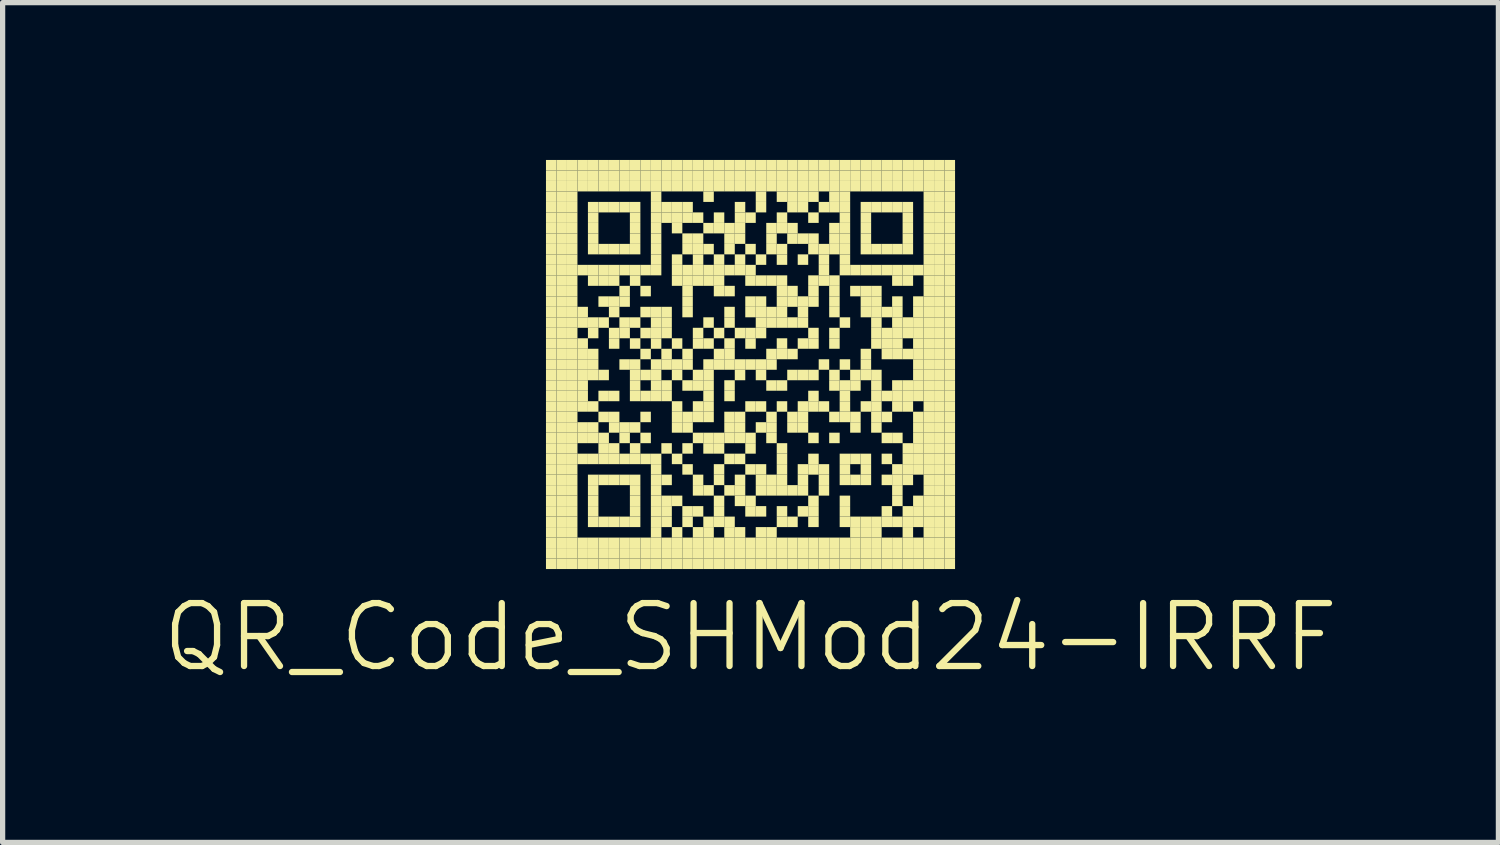
<source format=kicad_pcb>
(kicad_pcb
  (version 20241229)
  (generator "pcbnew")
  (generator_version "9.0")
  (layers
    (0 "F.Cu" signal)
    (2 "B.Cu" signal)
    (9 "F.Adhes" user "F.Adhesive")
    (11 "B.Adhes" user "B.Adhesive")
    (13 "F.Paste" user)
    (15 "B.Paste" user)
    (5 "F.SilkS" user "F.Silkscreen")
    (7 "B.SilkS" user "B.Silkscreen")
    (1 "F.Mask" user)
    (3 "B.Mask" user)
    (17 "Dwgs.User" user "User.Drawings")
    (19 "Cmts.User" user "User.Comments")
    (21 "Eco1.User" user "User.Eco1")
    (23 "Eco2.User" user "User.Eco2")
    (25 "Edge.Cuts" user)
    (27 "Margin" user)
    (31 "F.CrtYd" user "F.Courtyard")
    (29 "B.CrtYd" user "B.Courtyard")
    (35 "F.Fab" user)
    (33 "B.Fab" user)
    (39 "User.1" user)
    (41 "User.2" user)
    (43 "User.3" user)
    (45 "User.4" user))
  (footprint "QR_Code_SHMod24-IRRF"
    (layer "F.Cu")
    (at 11.26 3.9)
    (property "Reference" "QR_Code_SHMod24-IRRF" (at 0 5.2 0) (layer "F.SilkS") (effects (font (size 1.2 1.2) (thickness 0.12))))
    (attr through_hole)
    (fp_poly (pts (xy -3.7 -3.7) (xy -3.7 -3.9) (xy -3.9 -3.9) (xy -3.9 -3.7)) (stroke (width 0) (type solid)) (fill yes) (layer "F.SilkS"))
    (fp_poly (pts (xy -3.7 -3.5) (xy -3.7 -3.7) (xy -3.9 -3.7) (xy -3.9 -3.5)) (stroke (width 0) (type solid)) (fill yes) (layer "F.SilkS"))
    (fp_poly (pts (xy -3.7 -3.3) (xy -3.7 -3.5) (xy -3.9 -3.5) (xy -3.9 -3.3)) (stroke (width 0) (type solid)) (fill yes) (layer "F.SilkS"))
    (fp_poly (pts (xy -3.7 -3.1) (xy -3.7 -3.3) (xy -3.9 -3.3) (xy -3.9 -3.1)) (stroke (width 0) (type solid)) (fill yes) (layer "F.SilkS"))
    (fp_poly (pts (xy -3.7 -2.9) (xy -3.7 -3.1) (xy -3.9 -3.1) (xy -3.9 -2.9)) (stroke (width 0) (type solid)) (fill yes) (layer "F.SilkS"))
    (fp_poly (pts (xy -3.7 -2.7) (xy -3.7 -2.9) (xy -3.9 -2.9) (xy -3.9 -2.7)) (stroke (width 0) (type solid)) (fill yes) (layer "F.SilkS"))
    (fp_poly (pts (xy -3.7 -2.5) (xy -3.7 -2.7) (xy -3.9 -2.7) (xy -3.9 -2.5)) (stroke (width 0) (type solid)) (fill yes) (layer "F.SilkS"))
    (fp_poly (pts (xy -3.7 -2.3) (xy -3.7 -2.5) (xy -3.9 -2.5) (xy -3.9 -2.3)) (stroke (width 0) (type solid)) (fill yes) (layer "F.SilkS"))
    (fp_poly (pts (xy -3.7 -2.1) (xy -3.7 -2.3) (xy -3.9 -2.3) (xy -3.9 -2.1)) (stroke (width 0) (type solid)) (fill yes) (layer "F.SilkS"))
    (fp_poly (pts (xy -3.7 -1.9) (xy -3.7 -2.1) (xy -3.9 -2.1) (xy -3.9 -1.9)) (stroke (width 0) (type solid)) (fill yes) (layer "F.SilkS"))
    (fp_poly (pts (xy -3.7 -1.7) (xy -3.7 -1.9) (xy -3.9 -1.9) (xy -3.9 -1.7)) (stroke (width 0) (type solid)) (fill yes) (layer "F.SilkS"))
    (fp_poly (pts (xy -3.7 -1.5) (xy -3.7 -1.7) (xy -3.9 -1.7) (xy -3.9 -1.5)) (stroke (width 0) (type solid)) (fill yes) (layer "F.SilkS"))
    (fp_poly (pts (xy -3.7 -1.3) (xy -3.7 -1.5) (xy -3.9 -1.5) (xy -3.9 -1.3)) (stroke (width 0) (type solid)) (fill yes) (layer "F.SilkS"))
    (fp_poly (pts (xy -3.7 -1.1) (xy -3.7 -1.3) (xy -3.9 -1.3) (xy -3.9 -1.1)) (stroke (width 0) (type solid)) (fill yes) (layer "F.SilkS"))
    (fp_poly (pts (xy -3.7 -0.9) (xy -3.7 -1.1) (xy -3.9 -1.1) (xy -3.9 -0.9)) (stroke (width 0) (type solid)) (fill yes) (layer "F.SilkS"))
    (fp_poly (pts (xy -3.7 -0.7) (xy -3.7 -0.9) (xy -3.9 -0.9) (xy -3.9 -0.7)) (stroke (width 0) (type solid)) (fill yes) (layer "F.SilkS"))
    (fp_poly (pts (xy -3.7 -0.5) (xy -3.7 -0.7) (xy -3.9 -0.7) (xy -3.9 -0.5)) (stroke (width 0) (type solid)) (fill yes) (layer "F.SilkS"))
    (fp_poly (pts (xy -3.7 -0.3) (xy -3.7 -0.5) (xy -3.9 -0.5) (xy -3.9 -0.3)) (stroke (width 0) (type solid)) (fill yes) (layer "F.SilkS"))
    (fp_poly (pts (xy -3.7 -0.1) (xy -3.7 -0.3) (xy -3.9 -0.3) (xy -3.9 -0.1)) (stroke (width 0) (type solid)) (fill yes) (layer "F.SilkS"))
    (fp_poly (pts (xy -3.7 0.1) (xy -3.7 -0.1) (xy -3.9 -0.1) (xy -3.9 0.1)) (stroke (width 0) (type solid)) (fill yes) (layer "F.SilkS"))
    (fp_poly (pts (xy -3.7 0.3) (xy -3.7 0.1) (xy -3.9 0.1) (xy -3.9 0.3)) (stroke (width 0) (type solid)) (fill yes) (layer "F.SilkS"))
    (fp_poly (pts (xy -3.7 0.5) (xy -3.7 0.3) (xy -3.9 0.3) (xy -3.9 0.5)) (stroke (width 0) (type solid)) (fill yes) (layer "F.SilkS"))
    (fp_poly (pts (xy -3.7 0.7) (xy -3.7 0.5) (xy -3.9 0.5) (xy -3.9 0.7)) (stroke (width 0) (type solid)) (fill yes) (layer "F.SilkS"))
    (fp_poly (pts (xy -3.7 0.9) (xy -3.7 0.7) (xy -3.9 0.7) (xy -3.9 0.9)) (stroke (width 0) (type solid)) (fill yes) (layer "F.SilkS"))
    (fp_poly (pts (xy -3.7 1.1) (xy -3.7 0.9) (xy -3.9 0.9) (xy -3.9 1.1)) (stroke (width 0) (type solid)) (fill yes) (layer "F.SilkS"))
    (fp_poly (pts (xy -3.7 1.3) (xy -3.7 1.1) (xy -3.9 1.1) (xy -3.9 1.3)) (stroke (width 0) (type solid)) (fill yes) (layer "F.SilkS"))
    (fp_poly (pts (xy -3.7 1.5) (xy -3.7 1.3) (xy -3.9 1.3) (xy -3.9 1.5)) (stroke (width 0) (type solid)) (fill yes) (layer "F.SilkS"))
    (fp_poly (pts (xy -3.7 1.7) (xy -3.7 1.5) (xy -3.9 1.5) (xy -3.9 1.7)) (stroke (width 0) (type solid)) (fill yes) (layer "F.SilkS"))
    (fp_poly (pts (xy -3.7 1.9) (xy -3.7 1.7) (xy -3.9 1.7) (xy -3.9 1.9)) (stroke (width 0) (type solid)) (fill yes) (layer "F.SilkS"))
    (fp_poly (pts (xy -3.7 2.1) (xy -3.7 1.9) (xy -3.9 1.9) (xy -3.9 2.1)) (stroke (width 0) (type solid)) (fill yes) (layer "F.SilkS"))
    (fp_poly (pts (xy -3.7 2.3) (xy -3.7 2.1) (xy -3.9 2.1) (xy -3.9 2.3)) (stroke (width 0) (type solid)) (fill yes) (layer "F.SilkS"))
    (fp_poly (pts (xy -3.7 2.5) (xy -3.7 2.3) (xy -3.9 2.3) (xy -3.9 2.5)) (stroke (width 0) (type solid)) (fill yes) (layer "F.SilkS"))
    (fp_poly (pts (xy -3.7 2.7) (xy -3.7 2.5) (xy -3.9 2.5) (xy -3.9 2.7)) (stroke (width 0) (type solid)) (fill yes) (layer "F.SilkS"))
    (fp_poly (pts (xy -3.7 2.9) (xy -3.7 2.7) (xy -3.9 2.7) (xy -3.9 2.9)) (stroke (width 0) (type solid)) (fill yes) (layer "F.SilkS"))
    (fp_poly (pts (xy -3.7 3.1) (xy -3.7 2.9) (xy -3.9 2.9) (xy -3.9 3.1)) (stroke (width 0) (type solid)) (fill yes) (layer "F.SilkS"))
    (fp_poly (pts (xy -3.7 3.3) (xy -3.7 3.1) (xy -3.9 3.1) (xy -3.9 3.3)) (stroke (width 0) (type solid)) (fill yes) (layer "F.SilkS"))
    (fp_poly (pts (xy -3.7 3.5) (xy -3.7 3.3) (xy -3.9 3.3) (xy -3.9 3.5)) (stroke (width 0) (type solid)) (fill yes) (layer "F.SilkS"))
    (fp_poly (pts (xy -3.7 3.7) (xy -3.7 3.5) (xy -3.9 3.5) (xy -3.9 3.7)) (stroke (width 0) (type solid)) (fill yes) (layer "F.SilkS"))
    (fp_poly (pts (xy -3.7 3.9) (xy -3.7 3.7) (xy -3.9 3.7) (xy -3.9 3.9)) (stroke (width 0) (type solid)) (fill yes) (layer "F.SilkS"))
    (fp_poly (pts (xy -3.5 -3.7) (xy -3.5 -3.9) (xy -3.7 -3.9) (xy -3.7 -3.7)) (stroke (width 0) (type solid)) (fill yes) (layer "F.SilkS"))
    (fp_poly (pts (xy -3.5 -3.5) (xy -3.5 -3.7) (xy -3.7 -3.7) (xy -3.7 -3.5)) (stroke (width 0) (type solid)) (fill yes) (layer "F.SilkS"))
    (fp_poly (pts (xy -3.5 -3.3) (xy -3.5 -3.5) (xy -3.7 -3.5) (xy -3.7 -3.3)) (stroke (width 0) (type solid)) (fill yes) (layer "F.SilkS"))
    (fp_poly (pts (xy -3.5 -3.1) (xy -3.5 -3.3) (xy -3.7 -3.3) (xy -3.7 -3.1)) (stroke (width 0) (type solid)) (fill yes) (layer "F.SilkS"))
    (fp_poly (pts (xy -3.5 -2.9) (xy -3.5 -3.1) (xy -3.7 -3.1) (xy -3.7 -2.9)) (stroke (width 0) (type solid)) (fill yes) (layer "F.SilkS"))
    (fp_poly (pts (xy -3.5 -2.7) (xy -3.5 -2.9) (xy -3.7 -2.9) (xy -3.7 -2.7)) (stroke (width 0) (type solid)) (fill yes) (layer "F.SilkS"))
    (fp_poly (pts (xy -3.5 -2.5) (xy -3.5 -2.7) (xy -3.7 -2.7) (xy -3.7 -2.5)) (stroke (width 0) (type solid)) (fill yes) (layer "F.SilkS"))
    (fp_poly (pts (xy -3.5 -2.3) (xy -3.5 -2.5) (xy -3.7 -2.5) (xy -3.7 -2.3)) (stroke (width 0) (type solid)) (fill yes) (layer "F.SilkS"))
    (fp_poly (pts (xy -3.5 -2.1) (xy -3.5 -2.3) (xy -3.7 -2.3) (xy -3.7 -2.1)) (stroke (width 0) (type solid)) (fill yes) (layer "F.SilkS"))
    (fp_poly (pts (xy -3.5 -1.9) (xy -3.5 -2.1) (xy -3.7 -2.1) (xy -3.7 -1.9)) (stroke (width 0) (type solid)) (fill yes) (layer "F.SilkS"))
    (fp_poly (pts (xy -3.5 -1.7) (xy -3.5 -1.9) (xy -3.7 -1.9) (xy -3.7 -1.7)) (stroke (width 0) (type solid)) (fill yes) (layer "F.SilkS"))
    (fp_poly (pts (xy -3.5 -1.5) (xy -3.5 -1.7) (xy -3.7 -1.7) (xy -3.7 -1.5)) (stroke (width 0) (type solid)) (fill yes) (layer "F.SilkS"))
    (fp_poly (pts (xy -3.5 -1.3) (xy -3.5 -1.5) (xy -3.7 -1.5) (xy -3.7 -1.3)) (stroke (width 0) (type solid)) (fill yes) (layer "F.SilkS"))
    (fp_poly (pts (xy -3.5 -1.1) (xy -3.5 -1.3) (xy -3.7 -1.3) (xy -3.7 -1.1)) (stroke (width 0) (type solid)) (fill yes) (layer "F.SilkS"))
    (fp_poly (pts (xy -3.5 -0.9) (xy -3.5 -1.1) (xy -3.7 -1.1) (xy -3.7 -0.9)) (stroke (width 0) (type solid)) (fill yes) (layer "F.SilkS"))
    (fp_poly (pts (xy -3.5 -0.7) (xy -3.5 -0.9) (xy -3.7 -0.9) (xy -3.7 -0.7)) (stroke (width 0) (type solid)) (fill yes) (layer "F.SilkS"))
    (fp_poly (pts (xy -3.5 -0.5) (xy -3.5 -0.7) (xy -3.7 -0.7) (xy -3.7 -0.5)) (stroke (width 0) (type solid)) (fill yes) (layer "F.SilkS"))
    (fp_poly (pts (xy -3.5 -0.3) (xy -3.5 -0.5) (xy -3.7 -0.5) (xy -3.7 -0.3)) (stroke (width 0) (type solid)) (fill yes) (layer "F.SilkS"))
    (fp_poly (pts (xy -3.5 -0.1) (xy -3.5 -0.3) (xy -3.7 -0.3) (xy -3.7 -0.1)) (stroke (width 0) (type solid)) (fill yes) (layer "F.SilkS"))
    (fp_poly (pts (xy -3.5 0.1) (xy -3.5 -0.1) (xy -3.7 -0.1) (xy -3.7 0.1)) (stroke (width 0) (type solid)) (fill yes) (layer "F.SilkS"))
    (fp_poly (pts (xy -3.5 0.3) (xy -3.5 0.1) (xy -3.7 0.1) (xy -3.7 0.3)) (stroke (width 0) (type solid)) (fill yes) (layer "F.SilkS"))
    (fp_poly (pts (xy -3.5 0.5) (xy -3.5 0.3) (xy -3.7 0.3) (xy -3.7 0.5)) (stroke (width 0) (type solid)) (fill yes) (layer "F.SilkS"))
    (fp_poly (pts (xy -3.5 0.7) (xy -3.5 0.5) (xy -3.7 0.5) (xy -3.7 0.7)) (stroke (width 0) (type solid)) (fill yes) (layer "F.SilkS"))
    (fp_poly (pts (xy -3.5 0.9) (xy -3.5 0.7) (xy -3.7 0.7) (xy -3.7 0.9)) (stroke (width 0) (type solid)) (fill yes) (layer "F.SilkS"))
    (fp_poly (pts (xy -3.5 1.1) (xy -3.5 0.9) (xy -3.7 0.9) (xy -3.7 1.1)) (stroke (width 0) (type solid)) (fill yes) (layer "F.SilkS"))
    (fp_poly (pts (xy -3.5 1.3) (xy -3.5 1.1) (xy -3.7 1.1) (xy -3.7 1.3)) (stroke (width 0) (type solid)) (fill yes) (layer "F.SilkS"))
    (fp_poly (pts (xy -3.5 1.5) (xy -3.5 1.3) (xy -3.7 1.3) (xy -3.7 1.5)) (stroke (width 0) (type solid)) (fill yes) (layer "F.SilkS"))
    (fp_poly (pts (xy -3.5 1.7) (xy -3.5 1.5) (xy -3.7 1.5) (xy -3.7 1.7)) (stroke (width 0) (type solid)) (fill yes) (layer "F.SilkS"))
    (fp_poly (pts (xy -3.5 1.9) (xy -3.5 1.7) (xy -3.7 1.7) (xy -3.7 1.9)) (stroke (width 0) (type solid)) (fill yes) (layer "F.SilkS"))
    (fp_poly (pts (xy -3.5 2.1) (xy -3.5 1.9) (xy -3.7 1.9) (xy -3.7 2.1)) (stroke (width 0) (type solid)) (fill yes) (layer "F.SilkS"))
    (fp_poly (pts (xy -3.5 2.3) (xy -3.5 2.1) (xy -3.7 2.1) (xy -3.7 2.3)) (stroke (width 0) (type solid)) (fill yes) (layer "F.SilkS"))
    (fp_poly (pts (xy -3.5 2.5) (xy -3.5 2.3) (xy -3.7 2.3) (xy -3.7 2.5)) (stroke (width 0) (type solid)) (fill yes) (layer "F.SilkS"))
    (fp_poly (pts (xy -3.5 2.7) (xy -3.5 2.5) (xy -3.7 2.5) (xy -3.7 2.7)) (stroke (width 0) (type solid)) (fill yes) (layer "F.SilkS"))
    (fp_poly (pts (xy -3.5 2.9) (xy -3.5 2.7) (xy -3.7 2.7) (xy -3.7 2.9)) (stroke (width 0) (type solid)) (fill yes) (layer "F.SilkS"))
    (fp_poly (pts (xy -3.5 3.1) (xy -3.5 2.9) (xy -3.7 2.9) (xy -3.7 3.1)) (stroke (width 0) (type solid)) (fill yes) (layer "F.SilkS"))
    (fp_poly (pts (xy -3.5 3.3) (xy -3.5 3.1) (xy -3.7 3.1) (xy -3.7 3.3)) (stroke (width 0) (type solid)) (fill yes) (layer "F.SilkS"))
    (fp_poly (pts (xy -3.5 3.5) (xy -3.5 3.3) (xy -3.7 3.3) (xy -3.7 3.5)) (stroke (width 0) (type solid)) (fill yes) (layer "F.SilkS"))
    (fp_poly (pts (xy -3.5 3.7) (xy -3.5 3.5) (xy -3.7 3.5) (xy -3.7 3.7)) (stroke (width 0) (type solid)) (fill yes) (layer "F.SilkS"))
    (fp_poly (pts (xy -3.5 3.9) (xy -3.5 3.7) (xy -3.7 3.7) (xy -3.7 3.9)) (stroke (width 0) (type solid)) (fill yes) (layer "F.SilkS"))
    (fp_poly (pts (xy -3.3 -3.7) (xy -3.3 -3.9) (xy -3.5 -3.9) (xy -3.5 -3.7)) (stroke (width 0) (type solid)) (fill yes) (layer "F.SilkS"))
    (fp_poly (pts (xy -3.3 -3.5) (xy -3.3 -3.7) (xy -3.5 -3.7) (xy -3.5 -3.5)) (stroke (width 0) (type solid)) (fill yes) (layer "F.SilkS"))
    (fp_poly (pts (xy -3.3 -3.3) (xy -3.3 -3.5) (xy -3.5 -3.5) (xy -3.5 -3.3)) (stroke (width 0) (type solid)) (fill yes) (layer "F.SilkS"))
    (fp_poly (pts (xy -3.3 -3.1) (xy -3.3 -3.3) (xy -3.5 -3.3) (xy -3.5 -3.1)) (stroke (width 0) (type solid)) (fill yes) (layer "F.SilkS"))
    (fp_poly (pts (xy -3.3 -2.9) (xy -3.3 -3.1) (xy -3.5 -3.1) (xy -3.5 -2.9)) (stroke (width 0) (type solid)) (fill yes) (layer "F.SilkS"))
    (fp_poly (pts (xy -3.3 -2.7) (xy -3.3 -2.9) (xy -3.5 -2.9) (xy -3.5 -2.7)) (stroke (width 0) (type solid)) (fill yes) (layer "F.SilkS"))
    (fp_poly (pts (xy -3.3 -2.5) (xy -3.3 -2.7) (xy -3.5 -2.7) (xy -3.5 -2.5)) (stroke (width 0) (type solid)) (fill yes) (layer "F.SilkS"))
    (fp_poly (pts (xy -3.3 -2.3) (xy -3.3 -2.5) (xy -3.5 -2.5) (xy -3.5 -2.3)) (stroke (width 0) (type solid)) (fill yes) (layer "F.SilkS"))
    (fp_poly (pts (xy -3.3 -2.1) (xy -3.3 -2.3) (xy -3.5 -2.3) (xy -3.5 -2.1)) (stroke (width 0) (type solid)) (fill yes) (layer "F.SilkS"))
    (fp_poly (pts (xy -3.3 -1.9) (xy -3.3 -2.1) (xy -3.5 -2.1) (xy -3.5 -1.9)) (stroke (width 0) (type solid)) (fill yes) (layer "F.SilkS"))
    (fp_poly (pts (xy -3.3 -1.7) (xy -3.3 -1.9) (xy -3.5 -1.9) (xy -3.5 -1.7)) (stroke (width 0) (type solid)) (fill yes) (layer "F.SilkS"))
    (fp_poly (pts (xy -3.3 -1.5) (xy -3.3 -1.7) (xy -3.5 -1.7) (xy -3.5 -1.5)) (stroke (width 0) (type solid)) (fill yes) (layer "F.SilkS"))
    (fp_poly (pts (xy -3.3 -1.3) (xy -3.3 -1.5) (xy -3.5 -1.5) (xy -3.5 -1.3)) (stroke (width 0) (type solid)) (fill yes) (layer "F.SilkS"))
    (fp_poly (pts (xy -3.3 -1.1) (xy -3.3 -1.3) (xy -3.5 -1.3) (xy -3.5 -1.1)) (stroke (width 0) (type solid)) (fill yes) (layer "F.SilkS"))
    (fp_poly (pts (xy -3.3 -0.9) (xy -3.3 -1.1) (xy -3.5 -1.1) (xy -3.5 -0.9)) (stroke (width 0) (type solid)) (fill yes) (layer "F.SilkS"))
    (fp_poly (pts (xy -3.3 -0.7) (xy -3.3 -0.9) (xy -3.5 -0.9) (xy -3.5 -0.7)) (stroke (width 0) (type solid)) (fill yes) (layer "F.SilkS"))
    (fp_poly (pts (xy -3.3 -0.5) (xy -3.3 -0.7) (xy -3.5 -0.7) (xy -3.5 -0.5)) (stroke (width 0) (type solid)) (fill yes) (layer "F.SilkS"))
    (fp_poly (pts (xy -3.3 -0.3) (xy -3.3 -0.5) (xy -3.5 -0.5) (xy -3.5 -0.3)) (stroke (width 0) (type solid)) (fill yes) (layer "F.SilkS"))
    (fp_poly (pts (xy -3.3 -0.1) (xy -3.3 -0.3) (xy -3.5 -0.3) (xy -3.5 -0.1)) (stroke (width 0) (type solid)) (fill yes) (layer "F.SilkS"))
    (fp_poly (pts (xy -3.3 0.1) (xy -3.3 -0.1) (xy -3.5 -0.1) (xy -3.5 0.1)) (stroke (width 0) (type solid)) (fill yes) (layer "F.SilkS"))
    (fp_poly (pts (xy -3.3 0.3) (xy -3.3 0.1) (xy -3.5 0.1) (xy -3.5 0.3)) (stroke (width 0) (type solid)) (fill yes) (layer "F.SilkS"))
    (fp_poly (pts (xy -3.3 0.5) (xy -3.3 0.3) (xy -3.5 0.3) (xy -3.5 0.5)) (stroke (width 0) (type solid)) (fill yes) (layer "F.SilkS"))
    (fp_poly (pts (xy -3.3 0.7) (xy -3.3 0.5) (xy -3.5 0.5) (xy -3.5 0.7)) (stroke (width 0) (type solid)) (fill yes) (layer "F.SilkS"))
    (fp_poly (pts (xy -3.3 0.9) (xy -3.3 0.7) (xy -3.5 0.7) (xy -3.5 0.9)) (stroke (width 0) (type solid)) (fill yes) (layer "F.SilkS"))
    (fp_poly (pts (xy -3.3 1.1) (xy -3.3 0.9) (xy -3.5 0.9) (xy -3.5 1.1)) (stroke (width 0) (type solid)) (fill yes) (layer "F.SilkS"))
    (fp_poly (pts (xy -3.3 1.3) (xy -3.3 1.1) (xy -3.5 1.1) (xy -3.5 1.3)) (stroke (width 0) (type solid)) (fill yes) (layer "F.SilkS"))
    (fp_poly (pts (xy -3.3 1.5) (xy -3.3 1.3) (xy -3.5 1.3) (xy -3.5 1.5)) (stroke (width 0) (type solid)) (fill yes) (layer "F.SilkS"))
    (fp_poly (pts (xy -3.3 1.7) (xy -3.3 1.5) (xy -3.5 1.5) (xy -3.5 1.7)) (stroke (width 0) (type solid)) (fill yes) (layer "F.SilkS"))
    (fp_poly (pts (xy -3.3 1.9) (xy -3.3 1.7) (xy -3.5 1.7) (xy -3.5 1.9)) (stroke (width 0) (type solid)) (fill yes) (layer "F.SilkS"))
    (fp_poly (pts (xy -3.3 2.1) (xy -3.3 1.9) (xy -3.5 1.9) (xy -3.5 2.1)) (stroke (width 0) (type solid)) (fill yes) (layer "F.SilkS"))
    (fp_poly (pts (xy -3.3 2.3) (xy -3.3 2.1) (xy -3.5 2.1) (xy -3.5 2.3)) (stroke (width 0) (type solid)) (fill yes) (layer "F.SilkS"))
    (fp_poly (pts (xy -3.3 2.5) (xy -3.3 2.3) (xy -3.5 2.3) (xy -3.5 2.5)) (stroke (width 0) (type solid)) (fill yes) (layer "F.SilkS"))
    (fp_poly (pts (xy -3.3 2.7) (xy -3.3 2.5) (xy -3.5 2.5) (xy -3.5 2.7)) (stroke (width 0) (type solid)) (fill yes) (layer "F.SilkS"))
    (fp_poly (pts (xy -3.3 2.9) (xy -3.3 2.7) (xy -3.5 2.7) (xy -3.5 2.9)) (stroke (width 0) (type solid)) (fill yes) (layer "F.SilkS"))
    (fp_poly (pts (xy -3.3 3.1) (xy -3.3 2.9) (xy -3.5 2.9) (xy -3.5 3.1)) (stroke (width 0) (type solid)) (fill yes) (layer "F.SilkS"))
    (fp_poly (pts (xy -3.3 3.3) (xy -3.3 3.1) (xy -3.5 3.1) (xy -3.5 3.3)) (stroke (width 0) (type solid)) (fill yes) (layer "F.SilkS"))
    (fp_poly (pts (xy -3.3 3.5) (xy -3.3 3.3) (xy -3.5 3.3) (xy -3.5 3.5)) (stroke (width 0) (type solid)) (fill yes) (layer "F.SilkS"))
    (fp_poly (pts (xy -3.3 3.7) (xy -3.3 3.5) (xy -3.5 3.5) (xy -3.5 3.7)) (stroke (width 0) (type solid)) (fill yes) (layer "F.SilkS"))
    (fp_poly (pts (xy -3.3 3.9) (xy -3.3 3.7) (xy -3.5 3.7) (xy -3.5 3.9)) (stroke (width 0) (type solid)) (fill yes) (layer "F.SilkS"))
    (fp_poly (pts (xy -3.1 -3.7) (xy -3.1 -3.9) (xy -3.3 -3.9) (xy -3.3 -3.7)) (stroke (width 0) (type solid)) (fill yes) (layer "F.SilkS"))
    (fp_poly (pts (xy -3.1 -3.5) (xy -3.1 -3.7) (xy -3.3 -3.7) (xy -3.3 -3.5)) (stroke (width 0) (type solid)) (fill yes) (layer "F.SilkS"))
    (fp_poly (pts (xy -3.1 -3.3) (xy -3.1 -3.5) (xy -3.3 -3.5) (xy -3.3 -3.3)) (stroke (width 0) (type solid)) (fill yes) (layer "F.SilkS"))
    (fp_poly (pts (xy -3.1 -1.7) (xy -3.1 -1.9) (xy -3.3 -1.9) (xy -3.3 -1.7)) (stroke (width 0) (type solid)) (fill yes) (layer "F.SilkS"))
    (fp_poly (pts (xy -3.1 -0.9) (xy -3.1 -1.1) (xy -3.3 -1.1) (xy -3.3 -0.9)) (stroke (width 0) (type solid)) (fill yes) (layer "F.SilkS"))
    (fp_poly (pts (xy -3.1 -0.7) (xy -3.1 -0.9) (xy -3.3 -0.9) (xy -3.3 -0.7)) (stroke (width 0) (type solid)) (fill yes) (layer "F.SilkS"))
    (fp_poly (pts (xy -3.1 -0.3) (xy -3.1 -0.5) (xy -3.3 -0.5) (xy -3.3 -0.3)) (stroke (width 0) (type solid)) (fill yes) (layer "F.SilkS"))
    (fp_poly (pts (xy -3.1 -0.1) (xy -3.1 -0.3) (xy -3.3 -0.3) (xy -3.3 -0.1)) (stroke (width 0) (type solid)) (fill yes) (layer "F.SilkS"))
    (fp_poly (pts (xy -3.1 0.1) (xy -3.1 -0.1) (xy -3.3 -0.1) (xy -3.3 0.1)) (stroke (width 0) (type solid)) (fill yes) (layer "F.SilkS"))
    (fp_poly (pts (xy -3.1 0.3) (xy -3.1 0.1) (xy -3.3 0.1) (xy -3.3 0.3)) (stroke (width 0) (type solid)) (fill yes) (layer "F.SilkS"))
    (fp_poly (pts (xy -3.1 0.5) (xy -3.1 0.3) (xy -3.3 0.3) (xy -3.3 0.5)) (stroke (width 0) (type solid)) (fill yes) (layer "F.SilkS"))
    (fp_poly (pts (xy -3.1 0.7) (xy -3.1 0.5) (xy -3.3 0.5) (xy -3.3 0.7)) (stroke (width 0) (type solid)) (fill yes) (layer "F.SilkS"))
    (fp_poly (pts (xy -3.1 0.9) (xy -3.1 0.7) (xy -3.3 0.7) (xy -3.3 0.9)) (stroke (width 0) (type solid)) (fill yes) (layer "F.SilkS"))
    (fp_poly (pts (xy -3.1 1.3) (xy -3.1 1.1) (xy -3.3 1.1) (xy -3.3 1.3)) (stroke (width 0) (type solid)) (fill yes) (layer "F.SilkS"))
    (fp_poly (pts (xy -3.1 1.5) (xy -3.1 1.3) (xy -3.3 1.3) (xy -3.3 1.5)) (stroke (width 0) (type solid)) (fill yes) (layer "F.SilkS"))
    (fp_poly (pts (xy -3.1 1.9) (xy -3.1 1.7) (xy -3.3 1.7) (xy -3.3 1.9)) (stroke (width 0) (type solid)) (fill yes) (layer "F.SilkS"))
    (fp_poly (pts (xy -3.1 3.5) (xy -3.1 3.3) (xy -3.3 3.3) (xy -3.3 3.5)) (stroke (width 0) (type solid)) (fill yes) (layer "F.SilkS"))
    (fp_poly (pts (xy -3.1 3.7) (xy -3.1 3.5) (xy -3.3 3.5) (xy -3.3 3.7)) (stroke (width 0) (type solid)) (fill yes) (layer "F.SilkS"))
    (fp_poly (pts (xy -3.1 3.9) (xy -3.1 3.7) (xy -3.3 3.7) (xy -3.3 3.9)) (stroke (width 0) (type solid)) (fill yes) (layer "F.SilkS"))
    (fp_poly (pts (xy -2.9 -3.7) (xy -2.9 -3.9) (xy -3.1 -3.9) (xy -3.1 -3.7)) (stroke (width 0) (type solid)) (fill yes) (layer "F.SilkS"))
    (fp_poly (pts (xy -2.9 -3.5) (xy -2.9 -3.7) (xy -3.1 -3.7) (xy -3.1 -3.5)) (stroke (width 0) (type solid)) (fill yes) (layer "F.SilkS"))
    (fp_poly (pts (xy -2.9 -3.3) (xy -2.9 -3.5) (xy -3.1 -3.5) (xy -3.1 -3.3)) (stroke (width 0) (type solid)) (fill yes) (layer "F.SilkS"))
    (fp_poly (pts (xy -2.9 -2.9) (xy -2.9 -3.1) (xy -3.1 -3.1) (xy -3.1 -2.9)) (stroke (width 0) (type solid)) (fill yes) (layer "F.SilkS"))
    (fp_poly (pts (xy -2.9 -2.7) (xy -2.9 -2.9) (xy -3.1 -2.9) (xy -3.1 -2.7)) (stroke (width 0) (type solid)) (fill yes) (layer "F.SilkS"))
    (fp_poly (pts (xy -2.9 -2.5) (xy -2.9 -2.7) (xy -3.1 -2.7) (xy -3.1 -2.5)) (stroke (width 0) (type solid)) (fill yes) (layer "F.SilkS"))
    (fp_poly (pts (xy -2.9 -2.3) (xy -2.9 -2.5) (xy -3.1 -2.5) (xy -3.1 -2.3)) (stroke (width 0) (type solid)) (fill yes) (layer "F.SilkS"))
    (fp_poly (pts (xy -2.9 -2.1) (xy -2.9 -2.3) (xy -3.1 -2.3) (xy -3.1 -2.1)) (stroke (width 0) (type solid)) (fill yes) (layer "F.SilkS"))
    (fp_poly (pts (xy -2.9 -1.7) (xy -2.9 -1.9) (xy -3.1 -1.9) (xy -3.1 -1.7)) (stroke (width 0) (type solid)) (fill yes) (layer "F.SilkS"))
    (fp_poly (pts (xy -2.9 -1.5) (xy -2.9 -1.7) (xy -3.1 -1.7) (xy -3.1 -1.5)) (stroke (width 0) (type solid)) (fill yes) (layer "F.SilkS"))
    (fp_poly (pts (xy -2.9 -0.7) (xy -2.9 -0.9) (xy -3.1 -0.9) (xy -3.1 -0.7)) (stroke (width 0) (type solid)) (fill yes) (layer "F.SilkS"))
    (fp_poly (pts (xy -2.9 -0.5) (xy -2.9 -0.7) (xy -3.1 -0.7) (xy -3.1 -0.5)) (stroke (width 0) (type solid)) (fill yes) (layer "F.SilkS"))
    (fp_poly (pts (xy -2.9 -0.1) (xy -2.9 -0.3) (xy -3.1 -0.3) (xy -3.1 -0.1)) (stroke (width 0) (type solid)) (fill yes) (layer "F.SilkS"))
    (fp_poly (pts (xy -2.9 0.1) (xy -2.9 -0.1) (xy -3.1 -0.1) (xy -3.1 0.1)) (stroke (width 0) (type solid)) (fill yes) (layer "F.SilkS"))
    (fp_poly (pts (xy -2.9 0.3) (xy -2.9 0.1) (xy -3.1 0.1) (xy -3.1 0.3)) (stroke (width 0) (type solid)) (fill yes) (layer "F.SilkS"))
    (fp_poly (pts (xy -2.9 0.9) (xy -2.9 0.7) (xy -3.1 0.7) (xy -3.1 0.9)) (stroke (width 0) (type solid)) (fill yes) (layer "F.SilkS"))
    (fp_poly (pts (xy -2.9 1.3) (xy -2.9 1.1) (xy -3.1 1.1) (xy -3.1 1.3)) (stroke (width 0) (type solid)) (fill yes) (layer "F.SilkS"))
    (fp_poly (pts (xy -2.9 1.5) (xy -2.9 1.3) (xy -3.1 1.3) (xy -3.1 1.5)) (stroke (width 0) (type solid)) (fill yes) (layer "F.SilkS"))
    (fp_poly (pts (xy -2.9 1.9) (xy -2.9 1.7) (xy -3.1 1.7) (xy -3.1 1.9)) (stroke (width 0) (type solid)) (fill yes) (layer "F.SilkS"))
    (fp_poly (pts (xy -2.9 2.3) (xy -2.9 2.1) (xy -3.1 2.1) (xy -3.1 2.3)) (stroke (width 0) (type solid)) (fill yes) (layer "F.SilkS"))
    (fp_poly (pts (xy -2.9 2.5) (xy -2.9 2.3) (xy -3.1 2.3) (xy -3.1 2.5)) (stroke (width 0) (type solid)) (fill yes) (layer "F.SilkS"))
    (fp_poly (pts (xy -2.9 2.7) (xy -2.9 2.5) (xy -3.1 2.5) (xy -3.1 2.7)) (stroke (width 0) (type solid)) (fill yes) (layer "F.SilkS"))
    (fp_poly (pts (xy -2.9 2.9) (xy -2.9 2.7) (xy -3.1 2.7) (xy -3.1 2.9)) (stroke (width 0) (type solid)) (fill yes) (layer "F.SilkS"))
    (fp_poly (pts (xy -2.9 3.1) (xy -2.9 2.9) (xy -3.1 2.9) (xy -3.1 3.1)) (stroke (width 0) (type solid)) (fill yes) (layer "F.SilkS"))
    (fp_poly (pts (xy -2.9 3.5) (xy -2.9 3.3) (xy -3.1 3.3) (xy -3.1 3.5)) (stroke (width 0) (type solid)) (fill yes) (layer "F.SilkS"))
    (fp_poly (pts (xy -2.9 3.7) (xy -2.9 3.5) (xy -3.1 3.5) (xy -3.1 3.7)) (stroke (width 0) (type solid)) (fill yes) (layer "F.SilkS"))
    (fp_poly (pts (xy -2.9 3.9) (xy -2.9 3.7) (xy -3.1 3.7) (xy -3.1 3.9)) (stroke (width 0) (type solid)) (fill yes) (layer "F.SilkS"))
    (fp_poly (pts (xy -2.7 -3.7) (xy -2.7 -3.9) (xy -2.9 -3.9) (xy -2.9 -3.7)) (stroke (width 0) (type solid)) (fill yes) (layer "F.SilkS"))
    (fp_poly (pts (xy -2.7 -3.5) (xy -2.7 -3.7) (xy -2.9 -3.7) (xy -2.9 -3.5)) (stroke (width 0) (type solid)) (fill yes) (layer "F.SilkS"))
    (fp_poly (pts (xy -2.7 -3.3) (xy -2.7 -3.5) (xy -2.9 -3.5) (xy -2.9 -3.3)) (stroke (width 0) (type solid)) (fill yes) (layer "F.SilkS"))
    (fp_poly (pts (xy -2.7 -2.9) (xy -2.7 -3.1) (xy -2.9 -3.1) (xy -2.9 -2.9)) (stroke (width 0) (type solid)) (fill yes) (layer "F.SilkS"))
    (fp_poly (pts (xy -2.7 -2.1) (xy -2.7 -2.3) (xy -2.9 -2.3) (xy -2.9 -2.1)) (stroke (width 0) (type solid)) (fill yes) (layer "F.SilkS"))
    (fp_poly (pts (xy -2.7 -1.7) (xy -2.7 -1.9) (xy -2.9 -1.9) (xy -2.9 -1.7)) (stroke (width 0) (type solid)) (fill yes) (layer "F.SilkS"))
    (fp_poly (pts (xy -2.7 -1.5) (xy -2.7 -1.7) (xy -2.9 -1.7) (xy -2.9 -1.5)) (stroke (width 0) (type solid)) (fill yes) (layer "F.SilkS"))
    (fp_poly (pts (xy -2.7 -1.1) (xy -2.7 -1.3) (xy -2.9 -1.3) (xy -2.9 -1.1)) (stroke (width 0) (type solid)) (fill yes) (layer "F.SilkS"))
    (fp_poly (pts (xy -2.7 -0.7) (xy -2.7 -0.9) (xy -2.9 -0.9) (xy -2.9 -0.7)) (stroke (width 0) (type solid)) (fill yes) (layer "F.SilkS"))
    (fp_poly (pts (xy -2.7 0.3) (xy -2.7 0.1) (xy -2.9 0.1) (xy -2.9 0.3)) (stroke (width 0) (type solid)) (fill yes) (layer "F.SilkS"))
    (fp_poly (pts (xy -2.7 0.7) (xy -2.7 0.5) (xy -2.9 0.5) (xy -2.9 0.7)) (stroke (width 0) (type solid)) (fill yes) (layer "F.SilkS"))
    (fp_poly (pts (xy -2.7 1.1) (xy -2.7 0.9) (xy -2.9 0.9) (xy -2.9 1.1)) (stroke (width 0) (type solid)) (fill yes) (layer "F.SilkS"))
    (fp_poly (pts (xy -2.7 1.5) (xy -2.7 1.3) (xy -2.9 1.3) (xy -2.9 1.5)) (stroke (width 0) (type solid)) (fill yes) (layer "F.SilkS"))
    (fp_poly (pts (xy -2.7 1.7) (xy -2.7 1.5) (xy -2.9 1.5) (xy -2.9 1.7)) (stroke (width 0) (type solid)) (fill yes) (layer "F.SilkS"))
    (fp_poly (pts (xy -2.7 1.9) (xy -2.7 1.7) (xy -2.9 1.7) (xy -2.9 1.9)) (stroke (width 0) (type solid)) (fill yes) (layer "F.SilkS"))
    (fp_poly (pts (xy -2.7 2.3) (xy -2.7 2.1) (xy -2.9 2.1) (xy -2.9 2.3)) (stroke (width 0) (type solid)) (fill yes) (layer "F.SilkS"))
    (fp_poly (pts (xy -2.7 3.1) (xy -2.7 2.9) (xy -2.9 2.9) (xy -2.9 3.1)) (stroke (width 0) (type solid)) (fill yes) (layer "F.SilkS"))
    (fp_poly (pts (xy -2.7 3.5) (xy -2.7 3.3) (xy -2.9 3.3) (xy -2.9 3.5)) (stroke (width 0) (type solid)) (fill yes) (layer "F.SilkS"))
    (fp_poly (pts (xy -2.7 3.7) (xy -2.7 3.5) (xy -2.9 3.5) (xy -2.9 3.7)) (stroke (width 0) (type solid)) (fill yes) (layer "F.SilkS"))
    (fp_poly (pts (xy -2.7 3.9) (xy -2.7 3.7) (xy -2.9 3.7) (xy -2.9 3.9)) (stroke (width 0) (type solid)) (fill yes) (layer "F.SilkS"))
    (fp_poly (pts (xy -2.5 -3.7) (xy -2.5 -3.9) (xy -2.7 -3.9) (xy -2.7 -3.7)) (stroke (width 0) (type solid)) (fill yes) (layer "F.SilkS"))
    (fp_poly (pts (xy -2.5 -3.5) (xy -2.5 -3.7) (xy -2.7 -3.7) (xy -2.7 -3.5)) (stroke (width 0) (type solid)) (fill yes) (layer "F.SilkS"))
    (fp_poly (pts (xy -2.5 -3.3) (xy -2.5 -3.5) (xy -2.7 -3.5) (xy -2.7 -3.3)) (stroke (width 0) (type solid)) (fill yes) (layer "F.SilkS"))
    (fp_poly (pts (xy -2.5 -2.9) (xy -2.5 -3.1) (xy -2.7 -3.1) (xy -2.7 -2.9)) (stroke (width 0) (type solid)) (fill yes) (layer "F.SilkS"))
    (fp_poly (pts (xy -2.5 -2.1) (xy -2.5 -2.3) (xy -2.7 -2.3) (xy -2.7 -2.1)) (stroke (width 0) (type solid)) (fill yes) (layer "F.SilkS"))
    (fp_poly (pts (xy -2.5 -1.7) (xy -2.5 -1.9) (xy -2.7 -1.9) (xy -2.7 -1.7)) (stroke (width 0) (type solid)) (fill yes) (layer "F.SilkS"))
    (fp_poly (pts (xy -2.5 -1.5) (xy -2.5 -1.7) (xy -2.7 -1.7) (xy -2.7 -1.5)) (stroke (width 0) (type solid)) (fill yes) (layer "F.SilkS"))
    (fp_poly (pts (xy -2.5 -1.1) (xy -2.5 -1.3) (xy -2.7 -1.3) (xy -2.7 -1.1)) (stroke (width 0) (type solid)) (fill yes) (layer "F.SilkS"))
    (fp_poly (pts (xy -2.5 -0.9) (xy -2.5 -1.1) (xy -2.7 -1.1) (xy -2.7 -0.9)) (stroke (width 0) (type solid)) (fill yes) (layer "F.SilkS"))
    (fp_poly (pts (xy -2.5 -0.5) (xy -2.5 -0.7) (xy -2.7 -0.7) (xy -2.7 -0.5)) (stroke (width 0) (type solid)) (fill yes) (layer "F.SilkS"))
    (fp_poly (pts (xy -2.5 -0.3) (xy -2.5 -0.5) (xy -2.7 -0.5) (xy -2.7 -0.3)) (stroke (width 0) (type solid)) (fill yes) (layer "F.SilkS"))
    (fp_poly (pts (xy -2.5 0.7) (xy -2.5 0.5) (xy -2.7 0.5) (xy -2.7 0.7)) (stroke (width 0) (type solid)) (fill yes) (layer "F.SilkS"))
    (fp_poly (pts (xy -2.5 1.1) (xy -2.5 0.9) (xy -2.7 0.9) (xy -2.7 1.1)) (stroke (width 0) (type solid)) (fill yes) (layer "F.SilkS"))
    (fp_poly (pts (xy -2.5 1.3) (xy -2.5 1.1) (xy -2.7 1.1) (xy -2.7 1.3)) (stroke (width 0) (type solid)) (fill yes) (layer "F.SilkS"))
    (fp_poly (pts (xy -2.5 1.7) (xy -2.5 1.5) (xy -2.7 1.5) (xy -2.7 1.7)) (stroke (width 0) (type solid)) (fill yes) (layer "F.SilkS"))
    (fp_poly (pts (xy -2.5 1.9) (xy -2.5 1.7) (xy -2.7 1.7) (xy -2.7 1.9)) (stroke (width 0) (type solid)) (fill yes) (layer "F.SilkS"))
    (fp_poly (pts (xy -2.5 2.3) (xy -2.5 2.1) (xy -2.7 2.1) (xy -2.7 2.3)) (stroke (width 0) (type solid)) (fill yes) (layer "F.SilkS"))
    (fp_poly (pts (xy -2.5 3.1) (xy -2.5 2.9) (xy -2.7 2.9) (xy -2.7 3.1)) (stroke (width 0) (type solid)) (fill yes) (layer "F.SilkS"))
    (fp_poly (pts (xy -2.5 3.5) (xy -2.5 3.3) (xy -2.7 3.3) (xy -2.7 3.5)) (stroke (width 0) (type solid)) (fill yes) (layer "F.SilkS"))
    (fp_poly (pts (xy -2.5 3.7) (xy -2.5 3.5) (xy -2.7 3.5) (xy -2.7 3.7)) (stroke (width 0) (type solid)) (fill yes) (layer "F.SilkS"))
    (fp_poly (pts (xy -2.5 3.9) (xy -2.5 3.7) (xy -2.7 3.7) (xy -2.7 3.9)) (stroke (width 0) (type solid)) (fill yes) (layer "F.SilkS"))
    (fp_poly (pts (xy -2.3 -3.7) (xy -2.3 -3.9) (xy -2.5 -3.9) (xy -2.5 -3.7)) (stroke (width 0) (type solid)) (fill yes) (layer "F.SilkS"))
    (fp_poly (pts (xy -2.3 -3.5) (xy -2.3 -3.7) (xy -2.5 -3.7) (xy -2.5 -3.5)) (stroke (width 0) (type solid)) (fill yes) (layer "F.SilkS"))
    (fp_poly (pts (xy -2.3 -3.3) (xy -2.3 -3.5) (xy -2.5 -3.5) (xy -2.5 -3.3)) (stroke (width 0) (type solid)) (fill yes) (layer "F.SilkS"))
    (fp_poly (pts (xy -2.3 -2.9) (xy -2.3 -3.1) (xy -2.5 -3.1) (xy -2.5 -2.9)) (stroke (width 0) (type solid)) (fill yes) (layer "F.SilkS"))
    (fp_poly (pts (xy -2.3 -2.1) (xy -2.3 -2.3) (xy -2.5 -2.3) (xy -2.5 -2.1)) (stroke (width 0) (type solid)) (fill yes) (layer "F.SilkS"))
    (fp_poly (pts (xy -2.3 -1.7) (xy -2.3 -1.9) (xy -2.5 -1.9) (xy -2.5 -1.7)) (stroke (width 0) (type solid)) (fill yes) (layer "F.SilkS"))
    (fp_poly (pts (xy -2.3 -1.3) (xy -2.3 -1.5) (xy -2.5 -1.5) (xy -2.5 -1.3)) (stroke (width 0) (type solid)) (fill yes) (layer "F.SilkS"))
    (fp_poly (pts (xy -2.3 -1.1) (xy -2.3 -1.3) (xy -2.5 -1.3) (xy -2.5 -1.1)) (stroke (width 0) (type solid)) (fill yes) (layer "F.SilkS"))
    (fp_poly (pts (xy -2.3 -0.7) (xy -2.3 -0.9) (xy -2.5 -0.9) (xy -2.5 -0.7)) (stroke (width 0) (type solid)) (fill yes) (layer "F.SilkS"))
    (fp_poly (pts (xy -2.3 -0.5) (xy -2.3 -0.7) (xy -2.5 -0.7) (xy -2.5 -0.5)) (stroke (width 0) (type solid)) (fill yes) (layer "F.SilkS"))
    (fp_poly (pts (xy -2.3 0.1) (xy -2.3 -0.1) (xy -2.5 -0.1) (xy -2.5 0.1)) (stroke (width 0) (type solid)) (fill yes) (layer "F.SilkS"))
    (fp_poly (pts (xy -2.3 1.3) (xy -2.3 1.1) (xy -2.5 1.1) (xy -2.5 1.3)) (stroke (width 0) (type solid)) (fill yes) (layer "F.SilkS"))
    (fp_poly (pts (xy -2.3 1.5) (xy -2.3 1.3) (xy -2.5 1.3) (xy -2.5 1.5)) (stroke (width 0) (type solid)) (fill yes) (layer "F.SilkS"))
    (fp_poly (pts (xy -2.3 1.9) (xy -2.3 1.7) (xy -2.5 1.7) (xy -2.5 1.9)) (stroke (width 0) (type solid)) (fill yes) (layer "F.SilkS"))
    (fp_poly (pts (xy -2.3 2.3) (xy -2.3 2.1) (xy -2.5 2.1) (xy -2.5 2.3)) (stroke (width 0) (type solid)) (fill yes) (layer "F.SilkS"))
    (fp_poly (pts (xy -2.3 3.1) (xy -2.3 2.9) (xy -2.5 2.9) (xy -2.5 3.1)) (stroke (width 0) (type solid)) (fill yes) (layer "F.SilkS"))
    (fp_poly (pts (xy -2.3 3.5) (xy -2.3 3.3) (xy -2.5 3.3) (xy -2.5 3.5)) (stroke (width 0) (type solid)) (fill yes) (layer "F.SilkS"))
    (fp_poly (pts (xy -2.3 3.7) (xy -2.3 3.5) (xy -2.5 3.5) (xy -2.5 3.7)) (stroke (width 0) (type solid)) (fill yes) (layer "F.SilkS"))
    (fp_poly (pts (xy -2.3 3.9) (xy -2.3 3.7) (xy -2.5 3.7) (xy -2.5 3.9)) (stroke (width 0) (type solid)) (fill yes) (layer "F.SilkS"))
    (fp_poly (pts (xy -2.1 -3.7) (xy -2.1 -3.9) (xy -2.3 -3.9) (xy -2.3 -3.7)) (stroke (width 0) (type solid)) (fill yes) (layer "F.SilkS"))
    (fp_poly (pts (xy -2.1 -3.5) (xy -2.1 -3.7) (xy -2.3 -3.7) (xy -2.3 -3.5)) (stroke (width 0) (type solid)) (fill yes) (layer "F.SilkS"))
    (fp_poly (pts (xy -2.1 -3.3) (xy -2.1 -3.5) (xy -2.3 -3.5) (xy -2.3 -3.3)) (stroke (width 0) (type solid)) (fill yes) (layer "F.SilkS"))
    (fp_poly (pts (xy -2.1 -2.9) (xy -2.1 -3.1) (xy -2.3 -3.1) (xy -2.3 -2.9)) (stroke (width 0) (type solid)) (fill yes) (layer "F.SilkS"))
    (fp_poly (pts (xy -2.1 -2.7) (xy -2.1 -2.9) (xy -2.3 -2.9) (xy -2.3 -2.7)) (stroke (width 0) (type solid)) (fill yes) (layer "F.SilkS"))
    (fp_poly (pts (xy -2.1 -2.5) (xy -2.1 -2.7) (xy -2.3 -2.7) (xy -2.3 -2.5)) (stroke (width 0) (type solid)) (fill yes) (layer "F.SilkS"))
    (fp_poly (pts (xy -2.1 -2.3) (xy -2.1 -2.5) (xy -2.3 -2.5) (xy -2.3 -2.3)) (stroke (width 0) (type solid)) (fill yes) (layer "F.SilkS"))
    (fp_poly (pts (xy -2.1 -2.1) (xy -2.1 -2.3) (xy -2.3 -2.3) (xy -2.3 -2.1)) (stroke (width 0) (type solid)) (fill yes) (layer "F.SilkS"))
    (fp_poly (pts (xy -2.1 -1.7) (xy -2.1 -1.9) (xy -2.3 -1.9) (xy -2.3 -1.7)) (stroke (width 0) (type solid)) (fill yes) (layer "F.SilkS"))
    (fp_poly (pts (xy -2.1 -1.5) (xy -2.1 -1.7) (xy -2.3 -1.7) (xy -2.3 -1.5)) (stroke (width 0) (type solid)) (fill yes) (layer "F.SilkS"))
    (fp_poly (pts (xy -2.1 -0.7) (xy -2.1 -0.9) (xy -2.3 -0.9) (xy -2.3 -0.7)) (stroke (width 0) (type solid)) (fill yes) (layer "F.SilkS"))
    (fp_poly (pts (xy -2.1 -0.3) (xy -2.1 -0.5) (xy -2.3 -0.5) (xy -2.3 -0.3)) (stroke (width 0) (type solid)) (fill yes) (layer "F.SilkS"))
    (fp_poly (pts (xy -2.1 0.1) (xy -2.1 -0.1) (xy -2.3 -0.1) (xy -2.3 0.1)) (stroke (width 0) (type solid)) (fill yes) (layer "F.SilkS"))
    (fp_poly (pts (xy -2.1 0.3) (xy -2.1 0.1) (xy -2.3 0.1) (xy -2.3 0.3)) (stroke (width 0) (type solid)) (fill yes) (layer "F.SilkS"))
    (fp_poly (pts (xy -2.1 0.5) (xy -2.1 0.3) (xy -2.3 0.3) (xy -2.3 0.5)) (stroke (width 0) (type solid)) (fill yes) (layer "F.SilkS"))
    (fp_poly (pts (xy -2.1 0.7) (xy -2.1 0.5) (xy -2.3 0.5) (xy -2.3 0.7)) (stroke (width 0) (type solid)) (fill yes) (layer "F.SilkS"))
    (fp_poly (pts (xy -2.1 1.3) (xy -2.1 1.1) (xy -2.3 1.1) (xy -2.3 1.3)) (stroke (width 0) (type solid)) (fill yes) (layer "F.SilkS"))
    (fp_poly (pts (xy -2.1 1.7) (xy -2.1 1.5) (xy -2.3 1.5) (xy -2.3 1.7)) (stroke (width 0) (type solid)) (fill yes) (layer "F.SilkS"))
    (fp_poly (pts (xy -2.1 1.9) (xy -2.1 1.7) (xy -2.3 1.7) (xy -2.3 1.9)) (stroke (width 0) (type solid)) (fill yes) (layer "F.SilkS"))
    (fp_poly (pts (xy -2.1 2.3) (xy -2.1 2.1) (xy -2.3 2.1) (xy -2.3 2.3)) (stroke (width 0) (type solid)) (fill yes) (layer "F.SilkS"))
    (fp_poly (pts (xy -2.1 2.5) (xy -2.1 2.3) (xy -2.3 2.3) (xy -2.3 2.5)) (stroke (width 0) (type solid)) (fill yes) (layer "F.SilkS"))
    (fp_poly (pts (xy -2.1 2.7) (xy -2.1 2.5) (xy -2.3 2.5) (xy -2.3 2.7)) (stroke (width 0) (type solid)) (fill yes) (layer "F.SilkS"))
    (fp_poly (pts (xy -2.1 2.9) (xy -2.1 2.7) (xy -2.3 2.7) (xy -2.3 2.9)) (stroke (width 0) (type solid)) (fill yes) (layer "F.SilkS"))
    (fp_poly (pts (xy -2.1 3.1) (xy -2.1 2.9) (xy -2.3 2.9) (xy -2.3 3.1)) (stroke (width 0) (type solid)) (fill yes) (layer "F.SilkS"))
    (fp_poly (pts (xy -2.1 3.5) (xy -2.1 3.3) (xy -2.3 3.3) (xy -2.3 3.5)) (stroke (width 0) (type solid)) (fill yes) (layer "F.SilkS"))
    (fp_poly (pts (xy -2.1 3.7) (xy -2.1 3.5) (xy -2.3 3.5) (xy -2.3 3.7)) (stroke (width 0) (type solid)) (fill yes) (layer "F.SilkS"))
    (fp_poly (pts (xy -2.1 3.9) (xy -2.1 3.7) (xy -2.3 3.7) (xy -2.3 3.9)) (stroke (width 0) (type solid)) (fill yes) (layer "F.SilkS"))
    (fp_poly (pts (xy -1.9 -3.7) (xy -1.9 -3.9) (xy -2.1 -3.9) (xy -2.1 -3.7)) (stroke (width 0) (type solid)) (fill yes) (layer "F.SilkS"))
    (fp_poly (pts (xy -1.9 -3.5) (xy -1.9 -3.7) (xy -2.1 -3.7) (xy -2.1 -3.5)) (stroke (width 0) (type solid)) (fill yes) (layer "F.SilkS"))
    (fp_poly (pts (xy -1.9 -3.3) (xy -1.9 -3.5) (xy -2.1 -3.5) (xy -2.1 -3.3)) (stroke (width 0) (type solid)) (fill yes) (layer "F.SilkS"))
    (fp_poly (pts (xy -1.9 -1.7) (xy -1.9 -1.9) (xy -2.1 -1.9) (xy -2.1 -1.7)) (stroke (width 0) (type solid)) (fill yes) (layer "F.SilkS"))
    (fp_poly (pts (xy -1.9 -1.3) (xy -1.9 -1.5) (xy -2.1 -1.5) (xy -2.1 -1.3)) (stroke (width 0) (type solid)) (fill yes) (layer "F.SilkS"))
    (fp_poly (pts (xy -1.9 -0.9) (xy -1.9 -1.1) (xy -2.1 -1.1) (xy -2.1 -0.9)) (stroke (width 0) (type solid)) (fill yes) (layer "F.SilkS"))
    (fp_poly (pts (xy -1.9 -0.5) (xy -1.9 -0.7) (xy -2.1 -0.7) (xy -2.1 -0.5)) (stroke (width 0) (type solid)) (fill yes) (layer "F.SilkS"))
    (fp_poly (pts (xy -1.9 -0.1) (xy -1.9 -0.3) (xy -2.1 -0.3) (xy -2.1 -0.1)) (stroke (width 0) (type solid)) (fill yes) (layer "F.SilkS"))
    (fp_poly (pts (xy -1.9 0.3) (xy -1.9 0.1) (xy -2.1 0.1) (xy -2.1 0.3)) (stroke (width 0) (type solid)) (fill yes) (layer "F.SilkS"))
    (fp_poly (pts (xy -1.9 0.7) (xy -1.9 0.5) (xy -2.1 0.5) (xy -2.1 0.7)) (stroke (width 0) (type solid)) (fill yes) (layer "F.SilkS"))
    (fp_poly (pts (xy -1.9 1.1) (xy -1.9 0.9) (xy -2.1 0.9) (xy -2.1 1.1)) (stroke (width 0) (type solid)) (fill yes) (layer "F.SilkS"))
    (fp_poly (pts (xy -1.9 1.5) (xy -1.9 1.3) (xy -2.1 1.3) (xy -2.1 1.5)) (stroke (width 0) (type solid)) (fill yes) (layer "F.SilkS"))
    (fp_poly (pts (xy -1.9 1.9) (xy -1.9 1.7) (xy -2.1 1.7) (xy -2.1 1.9)) (stroke (width 0) (type solid)) (fill yes) (layer "F.SilkS"))
    (fp_poly (pts (xy -1.9 3.5) (xy -1.9 3.3) (xy -2.1 3.3) (xy -2.1 3.5)) (stroke (width 0) (type solid)) (fill yes) (layer "F.SilkS"))
    (fp_poly (pts (xy -1.9 3.7) (xy -1.9 3.5) (xy -2.1 3.5) (xy -2.1 3.7)) (stroke (width 0) (type solid)) (fill yes) (layer "F.SilkS"))
    (fp_poly (pts (xy -1.9 3.9) (xy -1.9 3.7) (xy -2.1 3.7) (xy -2.1 3.9)) (stroke (width 0) (type solid)) (fill yes) (layer "F.SilkS"))
    (fp_poly (pts (xy -1.7 -3.7) (xy -1.7 -3.9) (xy -1.9 -3.9) (xy -1.9 -3.7)) (stroke (width 0) (type solid)) (fill yes) (layer "F.SilkS"))
    (fp_poly (pts (xy -1.7 -3.5) (xy -1.7 -3.7) (xy -1.9 -3.7) (xy -1.9 -3.5)) (stroke (width 0) (type solid)) (fill yes) (layer "F.SilkS"))
    (fp_poly (pts (xy -1.7 -3.3) (xy -1.7 -3.5) (xy -1.9 -3.5) (xy -1.9 -3.3)) (stroke (width 0) (type solid)) (fill yes) (layer "F.SilkS"))
    (fp_poly (pts (xy -1.7 -3.1) (xy -1.7 -3.3) (xy -1.9 -3.3) (xy -1.9 -3.1)) (stroke (width 0) (type solid)) (fill yes) (layer "F.SilkS"))
    (fp_poly (pts (xy -1.7 -2.9) (xy -1.7 -3.1) (xy -1.9 -3.1) (xy -1.9 -2.9)) (stroke (width 0) (type solid)) (fill yes) (layer "F.SilkS"))
    (fp_poly (pts (xy -1.7 -2.7) (xy -1.7 -2.9) (xy -1.9 -2.9) (xy -1.9 -2.7)) (stroke (width 0) (type solid)) (fill yes) (layer "F.SilkS"))
    (fp_poly (pts (xy -1.7 -2.5) (xy -1.7 -2.7) (xy -1.9 -2.7) (xy -1.9 -2.5)) (stroke (width 0) (type solid)) (fill yes) (layer "F.SilkS"))
    (fp_poly (pts (xy -1.7 -2.3) (xy -1.7 -2.5) (xy -1.9 -2.5) (xy -1.9 -2.3)) (stroke (width 0) (type solid)) (fill yes) (layer "F.SilkS"))
    (fp_poly (pts (xy -1.7 -2.1) (xy -1.7 -2.3) (xy -1.9 -2.3) (xy -1.9 -2.1)) (stroke (width 0) (type solid)) (fill yes) (layer "F.SilkS"))
    (fp_poly (pts (xy -1.7 -1.9) (xy -1.7 -2.1) (xy -1.9 -2.1) (xy -1.9 -1.9)) (stroke (width 0) (type solid)) (fill yes) (layer "F.SilkS"))
    (fp_poly (pts (xy -1.7 -1.7) (xy -1.7 -1.9) (xy -1.9 -1.9) (xy -1.9 -1.7)) (stroke (width 0) (type solid)) (fill yes) (layer "F.SilkS"))
    (fp_poly (pts (xy -1.7 -0.9) (xy -1.7 -1.1) (xy -1.9 -1.1) (xy -1.9 -0.9)) (stroke (width 0) (type solid)) (fill yes) (layer "F.SilkS"))
    (fp_poly (pts (xy -1.7 -0.7) (xy -1.7 -0.9) (xy -1.9 -0.9) (xy -1.9 -0.7)) (stroke (width 0) (type solid)) (fill yes) (layer "F.SilkS"))
    (fp_poly (pts (xy -1.7 -0.5) (xy -1.7 -0.7) (xy -1.9 -0.7) (xy -1.9 -0.5)) (stroke (width 0) (type solid)) (fill yes) (layer "F.SilkS"))
    (fp_poly (pts (xy -1.7 -0.3) (xy -1.7 -0.5) (xy -1.9 -0.5) (xy -1.9 -0.3)) (stroke (width 0) (type solid)) (fill yes) (layer "F.SilkS"))
    (fp_poly (pts (xy -1.7 0.1) (xy -1.7 -0.1) (xy -1.9 -0.1) (xy -1.9 0.1)) (stroke (width 0) (type solid)) (fill yes) (layer "F.SilkS"))
    (fp_poly (pts (xy -1.7 0.3) (xy -1.7 0.1) (xy -1.9 0.1) (xy -1.9 0.3)) (stroke (width 0) (type solid)) (fill yes) (layer "F.SilkS"))
    (fp_poly (pts (xy -1.7 0.5) (xy -1.7 0.3) (xy -1.9 0.3) (xy -1.9 0.5)) (stroke (width 0) (type solid)) (fill yes) (layer "F.SilkS"))
    (fp_poly (pts (xy -1.7 0.7) (xy -1.7 0.5) (xy -1.9 0.5) (xy -1.9 0.7)) (stroke (width 0) (type solid)) (fill yes) (layer "F.SilkS"))
    (fp_poly (pts (xy -1.7 1.9) (xy -1.7 1.7) (xy -1.9 1.7) (xy -1.9 1.9)) (stroke (width 0) (type solid)) (fill yes) (layer "F.SilkS"))
    (fp_poly (pts (xy -1.7 2.1) (xy -1.7 1.9) (xy -1.9 1.9) (xy -1.9 2.1)) (stroke (width 0) (type solid)) (fill yes) (layer "F.SilkS"))
    (fp_poly (pts (xy -1.7 2.3) (xy -1.7 2.1) (xy -1.9 2.1) (xy -1.9 2.3)) (stroke (width 0) (type solid)) (fill yes) (layer "F.SilkS"))
    (fp_poly (pts (xy -1.7 2.5) (xy -1.7 2.3) (xy -1.9 2.3) (xy -1.9 2.5)) (stroke (width 0) (type solid)) (fill yes) (layer "F.SilkS"))
    (fp_poly (pts (xy -1.7 2.7) (xy -1.7 2.5) (xy -1.9 2.5) (xy -1.9 2.7)) (stroke (width 0) (type solid)) (fill yes) (layer "F.SilkS"))
    (fp_poly (pts (xy -1.7 2.9) (xy -1.7 2.7) (xy -1.9 2.7) (xy -1.9 2.9)) (stroke (width 0) (type solid)) (fill yes) (layer "F.SilkS"))
    (fp_poly (pts (xy -1.7 3.1) (xy -1.7 2.9) (xy -1.9 2.9) (xy -1.9 3.1)) (stroke (width 0) (type solid)) (fill yes) (layer "F.SilkS"))
    (fp_poly (pts (xy -1.7 3.3) (xy -1.7 3.1) (xy -1.9 3.1) (xy -1.9 3.3)) (stroke (width 0) (type solid)) (fill yes) (layer "F.SilkS"))
    (fp_poly (pts (xy -1.7 3.5) (xy -1.7 3.3) (xy -1.9 3.3) (xy -1.9 3.5)) (stroke (width 0) (type solid)) (fill yes) (layer "F.SilkS"))
    (fp_poly (pts (xy -1.7 3.7) (xy -1.7 3.5) (xy -1.9 3.5) (xy -1.9 3.7)) (stroke (width 0) (type solid)) (fill yes) (layer "F.SilkS"))
    (fp_poly (pts (xy -1.7 3.9) (xy -1.7 3.7) (xy -1.9 3.7) (xy -1.9 3.9)) (stroke (width 0) (type solid)) (fill yes) (layer "F.SilkS"))
    (fp_poly (pts (xy -1.5 -3.7) (xy -1.5 -3.9) (xy -1.7 -3.9) (xy -1.7 -3.7)) (stroke (width 0) (type solid)) (fill yes) (layer "F.SilkS"))
    (fp_poly (pts (xy -1.5 -3.5) (xy -1.5 -3.7) (xy -1.7 -3.7) (xy -1.7 -3.5)) (stroke (width 0) (type solid)) (fill yes) (layer "F.SilkS"))
    (fp_poly (pts (xy -1.5 -3.3) (xy -1.5 -3.5) (xy -1.7 -3.5) (xy -1.7 -3.3)) (stroke (width 0) (type solid)) (fill yes) (layer "F.SilkS"))
    (fp_poly (pts (xy -1.5 -2.9) (xy -1.5 -3.1) (xy -1.7 -3.1) (xy -1.7 -2.9)) (stroke (width 0) (type solid)) (fill yes) (layer "F.SilkS"))
    (fp_poly (pts (xy -1.5 -2.7) (xy -1.5 -2.9) (xy -1.7 -2.9) (xy -1.7 -2.7)) (stroke (width 0) (type solid)) (fill yes) (layer "F.SilkS"))
    (fp_poly (pts (xy -1.5 -0.9) (xy -1.5 -1.1) (xy -1.7 -1.1) (xy -1.7 -0.9)) (stroke (width 0) (type solid)) (fill yes) (layer "F.SilkS"))
    (fp_poly (pts (xy -1.5 -0.7) (xy -1.5 -0.9) (xy -1.7 -0.9) (xy -1.7 -0.7)) (stroke (width 0) (type solid)) (fill yes) (layer "F.SilkS"))
    (fp_poly (pts (xy -1.5 -0.5) (xy -1.5 -0.7) (xy -1.7 -0.7) (xy -1.7 -0.5)) (stroke (width 0) (type solid)) (fill yes) (layer "F.SilkS"))
    (fp_poly (pts (xy -1.5 -0.1) (xy -1.5 -0.3) (xy -1.7 -0.3) (xy -1.7 -0.1)) (stroke (width 0) (type solid)) (fill yes) (layer "F.SilkS"))
    (fp_poly (pts (xy -1.5 0.1) (xy -1.5 -0.1) (xy -1.7 -0.1) (xy -1.7 0.1)) (stroke (width 0) (type solid)) (fill yes) (layer "F.SilkS"))
    (fp_poly (pts (xy -1.5 0.5) (xy -1.5 0.3) (xy -1.7 0.3) (xy -1.7 0.5)) (stroke (width 0) (type solid)) (fill yes) (layer "F.SilkS"))
    (fp_poly (pts (xy -1.5 0.7) (xy -1.5 0.5) (xy -1.7 0.5) (xy -1.7 0.7)) (stroke (width 0) (type solid)) (fill yes) (layer "F.SilkS"))
    (fp_poly (pts (xy -1.5 1.7) (xy -1.5 1.5) (xy -1.7 1.5) (xy -1.7 1.7)) (stroke (width 0) (type solid)) (fill yes) (layer "F.SilkS"))
    (fp_poly (pts (xy -1.5 2.3) (xy -1.5 2.1) (xy -1.7 2.1) (xy -1.7 2.3)) (stroke (width 0) (type solid)) (fill yes) (layer "F.SilkS"))
    (fp_poly (pts (xy -1.5 2.7) (xy -1.5 2.5) (xy -1.7 2.5) (xy -1.7 2.7)) (stroke (width 0) (type solid)) (fill yes) (layer "F.SilkS"))
    (fp_poly (pts (xy -1.5 2.9) (xy -1.5 2.7) (xy -1.7 2.7) (xy -1.7 2.9)) (stroke (width 0) (type solid)) (fill yes) (layer "F.SilkS"))
    (fp_poly (pts (xy -1.5 3.1) (xy -1.5 2.9) (xy -1.7 2.9) (xy -1.7 3.1)) (stroke (width 0) (type solid)) (fill yes) (layer "F.SilkS"))
    (fp_poly (pts (xy -1.5 3.5) (xy -1.5 3.3) (xy -1.7 3.3) (xy -1.7 3.5)) (stroke (width 0) (type solid)) (fill yes) (layer "F.SilkS"))
    (fp_poly (pts (xy -1.5 3.7) (xy -1.5 3.5) (xy -1.7 3.5) (xy -1.7 3.7)) (stroke (width 0) (type solid)) (fill yes) (layer "F.SilkS"))
    (fp_poly (pts (xy -1.5 3.9) (xy -1.5 3.7) (xy -1.7 3.7) (xy -1.7 3.9)) (stroke (width 0) (type solid)) (fill yes) (layer "F.SilkS"))
    (fp_poly (pts (xy -1.3 -3.7) (xy -1.3 -3.9) (xy -1.5 -3.9) (xy -1.5 -3.7)) (stroke (width 0) (type solid)) (fill yes) (layer "F.SilkS"))
    (fp_poly (pts (xy -1.3 -3.5) (xy -1.3 -3.7) (xy -1.5 -3.7) (xy -1.5 -3.5)) (stroke (width 0) (type solid)) (fill yes) (layer "F.SilkS"))
    (fp_poly (pts (xy -1.3 -3.3) (xy -1.3 -3.5) (xy -1.5 -3.5) (xy -1.5 -3.3)) (stroke (width 0) (type solid)) (fill yes) (layer "F.SilkS"))
    (fp_poly (pts (xy -1.3 -2.9) (xy -1.3 -3.1) (xy -1.5 -3.1) (xy -1.5 -2.9)) (stroke (width 0) (type solid)) (fill yes) (layer "F.SilkS"))
    (fp_poly (pts (xy -1.3 -2.7) (xy -1.3 -2.9) (xy -1.5 -2.9) (xy -1.5 -2.7)) (stroke (width 0) (type solid)) (fill yes) (layer "F.SilkS"))
    (fp_poly (pts (xy -1.3 -2.5) (xy -1.3 -2.7) (xy -1.5 -2.7) (xy -1.5 -2.5)) (stroke (width 0) (type solid)) (fill yes) (layer "F.SilkS"))
    (fp_poly (pts (xy -1.3 -1.9) (xy -1.3 -2.1) (xy -1.5 -2.1) (xy -1.5 -1.9)) (stroke (width 0) (type solid)) (fill yes) (layer "F.SilkS"))
    (fp_poly (pts (xy -1.3 -1.7) (xy -1.3 -1.9) (xy -1.5 -1.9) (xy -1.5 -1.7)) (stroke (width 0) (type solid)) (fill yes) (layer "F.SilkS"))
    (fp_poly (pts (xy -1.3 -1.5) (xy -1.3 -1.7) (xy -1.5 -1.7) (xy -1.5 -1.5)) (stroke (width 0) (type solid)) (fill yes) (layer "F.SilkS"))
    (fp_poly (pts (xy -1.3 -0.3) (xy -1.3 -0.5) (xy -1.5 -0.5) (xy -1.5 -0.3)) (stroke (width 0) (type solid)) (fill yes) (layer "F.SilkS"))
    (fp_poly (pts (xy -1.3 0.1) (xy -1.3 -0.1) (xy -1.5 -0.1) (xy -1.5 0.1)) (stroke (width 0) (type solid)) (fill yes) (layer "F.SilkS"))
    (fp_poly (pts (xy -1.3 0.3) (xy -1.3 0.1) (xy -1.5 0.1) (xy -1.5 0.3)) (stroke (width 0) (type solid)) (fill yes) (layer "F.SilkS"))
    (fp_poly (pts (xy -1.3 0.9) (xy -1.3 0.7) (xy -1.5 0.7) (xy -1.5 0.9)) (stroke (width 0) (type solid)) (fill yes) (layer "F.SilkS"))
    (fp_poly (pts (xy -1.3 1.1) (xy -1.3 0.9) (xy -1.5 0.9) (xy -1.5 1.1)) (stroke (width 0) (type solid)) (fill yes) (layer "F.SilkS"))
    (fp_poly (pts (xy -1.3 1.3) (xy -1.3 1.1) (xy -1.5 1.1) (xy -1.5 1.3)) (stroke (width 0) (type solid)) (fill yes) (layer "F.SilkS"))
    (fp_poly (pts (xy -1.3 1.9) (xy -1.3 1.7) (xy -1.5 1.7) (xy -1.5 1.9)) (stroke (width 0) (type solid)) (fill yes) (layer "F.SilkS"))
    (fp_poly (pts (xy -1.3 2.7) (xy -1.3 2.5) (xy -1.5 2.5) (xy -1.5 2.7)) (stroke (width 0) (type solid)) (fill yes) (layer "F.SilkS"))
    (fp_poly (pts (xy -1.3 3.3) (xy -1.3 3.1) (xy -1.5 3.1) (xy -1.5 3.3)) (stroke (width 0) (type solid)) (fill yes) (layer "F.SilkS"))
    (fp_poly (pts (xy -1.3 3.5) (xy -1.3 3.3) (xy -1.5 3.3) (xy -1.5 3.5)) (stroke (width 0) (type solid)) (fill yes) (layer "F.SilkS"))
    (fp_poly (pts (xy -1.3 3.7) (xy -1.3 3.5) (xy -1.5 3.5) (xy -1.5 3.7)) (stroke (width 0) (type solid)) (fill yes) (layer "F.SilkS"))
    (fp_poly (pts (xy -1.3 3.9) (xy -1.3 3.7) (xy -1.5 3.7) (xy -1.5 3.9)) (stroke (width 0) (type solid)) (fill yes) (layer "F.SilkS"))
    (fp_poly (pts (xy -1.1 -3.7) (xy -1.1 -3.9) (xy -1.3 -3.9) (xy -1.3 -3.7)) (stroke (width 0) (type solid)) (fill yes) (layer "F.SilkS"))
    (fp_poly (pts (xy -1.1 -3.5) (xy -1.1 -3.7) (xy -1.3 -3.7) (xy -1.3 -3.5)) (stroke (width 0) (type solid)) (fill yes) (layer "F.SilkS"))
    (fp_poly (pts (xy -1.1 -3.3) (xy -1.1 -3.5) (xy -1.3 -3.5) (xy -1.3 -3.3)) (stroke (width 0) (type solid)) (fill yes) (layer "F.SilkS"))
    (fp_poly (pts (xy -1.1 -2.9) (xy -1.1 -3.1) (xy -1.3 -3.1) (xy -1.3 -2.9)) (stroke (width 0) (type solid)) (fill yes) (layer "F.SilkS"))
    (fp_poly (pts (xy -1.1 -2.7) (xy -1.1 -2.9) (xy -1.3 -2.9) (xy -1.3 -2.7)) (stroke (width 0) (type solid)) (fill yes) (layer "F.SilkS"))
    (fp_poly (pts (xy -1.1 -2.3) (xy -1.1 -2.5) (xy -1.3 -2.5) (xy -1.3 -2.3)) (stroke (width 0) (type solid)) (fill yes) (layer "F.SilkS"))
    (fp_poly (pts (xy -1.1 -2.1) (xy -1.1 -2.3) (xy -1.3 -2.3) (xy -1.3 -2.1)) (stroke (width 0) (type solid)) (fill yes) (layer "F.SilkS"))
    (fp_poly (pts (xy -1.1 -1.7) (xy -1.1 -1.9) (xy -1.3 -1.9) (xy -1.3 -1.7)) (stroke (width 0) (type solid)) (fill yes) (layer "F.SilkS"))
    (fp_poly (pts (xy -1.1 -1.5) (xy -1.1 -1.7) (xy -1.3 -1.7) (xy -1.3 -1.5)) (stroke (width 0) (type solid)) (fill yes) (layer "F.SilkS"))
    (fp_poly (pts (xy -1.1 -1.3) (xy -1.1 -1.5) (xy -1.3 -1.5) (xy -1.3 -1.3)) (stroke (width 0) (type solid)) (fill yes) (layer "F.SilkS"))
    (fp_poly (pts (xy -1.1 -1.1) (xy -1.1 -1.3) (xy -1.3 -1.3) (xy -1.3 -1.1)) (stroke (width 0) (type solid)) (fill yes) (layer "F.SilkS"))
    (fp_poly (pts (xy -1.1 -0.9) (xy -1.1 -1.1) (xy -1.3 -1.1) (xy -1.3 -0.9)) (stroke (width 0) (type solid)) (fill yes) (layer "F.SilkS"))
    (fp_poly (pts (xy -1.1 -0.1) (xy -1.1 -0.3) (xy -1.3 -0.3) (xy -1.3 -0.1)) (stroke (width 0) (type solid)) (fill yes) (layer "F.SilkS"))
    (fp_poly (pts (xy -1.1 0.1) (xy -1.1 -0.1) (xy -1.3 -0.1) (xy -1.3 0.1)) (stroke (width 0) (type solid)) (fill yes) (layer "F.SilkS"))
    (fp_poly (pts (xy -1.1 0.5) (xy -1.1 0.3) (xy -1.3 0.3) (xy -1.3 0.5)) (stroke (width 0) (type solid)) (fill yes) (layer "F.SilkS"))
    (fp_poly (pts (xy -1.1 1.1) (xy -1.1 0.9) (xy -1.3 0.9) (xy -1.3 1.1)) (stroke (width 0) (type solid)) (fill yes) (layer "F.SilkS"))
    (fp_poly (pts (xy -1.1 1.3) (xy -1.1 1.1) (xy -1.3 1.1) (xy -1.3 1.3)) (stroke (width 0) (type solid)) (fill yes) (layer "F.SilkS"))
    (fp_poly (pts (xy -1.1 1.7) (xy -1.1 1.5) (xy -1.3 1.5) (xy -1.3 1.7)) (stroke (width 0) (type solid)) (fill yes) (layer "F.SilkS"))
    (fp_poly (pts (xy -1.1 2.1) (xy -1.1 1.9) (xy -1.3 1.9) (xy -1.3 2.1)) (stroke (width 0) (type solid)) (fill yes) (layer "F.SilkS"))
    (fp_poly (pts (xy -1.1 2.9) (xy -1.1 2.7) (xy -1.3 2.7) (xy -1.3 2.9)) (stroke (width 0) (type solid)) (fill yes) (layer "F.SilkS"))
    (fp_poly (pts (xy -1.1 3.1) (xy -1.1 2.9) (xy -1.3 2.9) (xy -1.3 3.1)) (stroke (width 0) (type solid)) (fill yes) (layer "F.SilkS"))
    (fp_poly (pts (xy -1.1 3.5) (xy -1.1 3.3) (xy -1.3 3.3) (xy -1.3 3.5)) (stroke (width 0) (type solid)) (fill yes) (layer "F.SilkS"))
    (fp_poly (pts (xy -1.1 3.7) (xy -1.1 3.5) (xy -1.3 3.5) (xy -1.3 3.7)) (stroke (width 0) (type solid)) (fill yes) (layer "F.SilkS"))
    (fp_poly (pts (xy -1.1 3.9) (xy -1.1 3.7) (xy -1.3 3.7) (xy -1.3 3.9)) (stroke (width 0) (type solid)) (fill yes) (layer "F.SilkS"))
    (fp_poly (pts (xy -0.9 -3.7) (xy -0.9 -3.9) (xy -1.1 -3.9) (xy -1.1 -3.7)) (stroke (width 0) (type solid)) (fill yes) (layer "F.SilkS"))
    (fp_poly (pts (xy -0.9 -3.5) (xy -0.9 -3.7) (xy -1.1 -3.7) (xy -1.1 -3.5)) (stroke (width 0) (type solid)) (fill yes) (layer "F.SilkS"))
    (fp_poly (pts (xy -0.9 -3.3) (xy -0.9 -3.5) (xy -1.1 -3.5) (xy -1.1 -3.3)) (stroke (width 0) (type solid)) (fill yes) (layer "F.SilkS"))
    (fp_poly (pts (xy -0.9 -2.7) (xy -0.9 -2.9) (xy -1.1 -2.9) (xy -1.1 -2.7)) (stroke (width 0) (type solid)) (fill yes) (layer "F.SilkS"))
    (fp_poly (pts (xy -0.9 -2.3) (xy -0.9 -2.5) (xy -1.1 -2.5) (xy -1.1 -2.3)) (stroke (width 0) (type solid)) (fill yes) (layer "F.SilkS"))
    (fp_poly (pts (xy -0.9 -2.1) (xy -0.9 -2.3) (xy -1.1 -2.3) (xy -1.1 -2.1)) (stroke (width 0) (type solid)) (fill yes) (layer "F.SilkS"))
    (fp_poly (pts (xy -0.9 -1.9) (xy -0.9 -2.1) (xy -1.1 -2.1) (xy -1.1 -1.9)) (stroke (width 0) (type solid)) (fill yes) (layer "F.SilkS"))
    (fp_poly (pts (xy -0.9 -1.7) (xy -0.9 -1.9) (xy -1.1 -1.9) (xy -1.1 -1.7)) (stroke (width 0) (type solid)) (fill yes) (layer "F.SilkS"))
    (fp_poly (pts (xy -0.9 -1.5) (xy -0.9 -1.7) (xy -1.1 -1.7) (xy -1.1 -1.5)) (stroke (width 0) (type solid)) (fill yes) (layer "F.SilkS"))
    (fp_poly (pts (xy -0.9 -0.5) (xy -0.9 -0.7) (xy -1.1 -0.7) (xy -1.1 -0.5)) (stroke (width 0) (type solid)) (fill yes) (layer "F.SilkS"))
    (fp_poly (pts (xy -0.9 -0.3) (xy -0.9 -0.5) (xy -1.1 -0.5) (xy -1.1 -0.3)) (stroke (width 0) (type solid)) (fill yes) (layer "F.SilkS"))
    (fp_poly (pts (xy -0.9 0.3) (xy -0.9 0.1) (xy -1.1 0.1) (xy -1.1 0.3)) (stroke (width 0) (type solid)) (fill yes) (layer "F.SilkS"))
    (fp_poly (pts (xy -0.9 0.5) (xy -0.9 0.3) (xy -1.1 0.3) (xy -1.1 0.5)) (stroke (width 0) (type solid)) (fill yes) (layer "F.SilkS"))
    (fp_poly (pts (xy -0.9 0.9) (xy -0.9 0.7) (xy -1.1 0.7) (xy -1.1 0.9)) (stroke (width 0) (type solid)) (fill yes) (layer "F.SilkS"))
    (fp_poly (pts (xy -0.9 1.1) (xy -0.9 0.9) (xy -1.1 0.9) (xy -1.1 1.1)) (stroke (width 0) (type solid)) (fill yes) (layer "F.SilkS"))
    (fp_poly (pts (xy -0.9 1.5) (xy -0.9 1.3) (xy -1.1 1.3) (xy -1.1 1.5)) (stroke (width 0) (type solid)) (fill yes) (layer "F.SilkS"))
    (fp_poly (pts (xy -0.9 2.3) (xy -0.9 2.1) (xy -1.1 2.1) (xy -1.1 2.3)) (stroke (width 0) (type solid)) (fill yes) (layer "F.SilkS"))
    (fp_poly (pts (xy -0.9 2.5) (xy -0.9 2.3) (xy -1.1 2.3) (xy -1.1 2.5)) (stroke (width 0) (type solid)) (fill yes) (layer "F.SilkS"))
    (fp_poly (pts (xy -0.9 2.9) (xy -0.9 2.7) (xy -1.1 2.7) (xy -1.1 2.9)) (stroke (width 0) (type solid)) (fill yes) (layer "F.SilkS"))
    (fp_poly (pts (xy -0.9 3.3) (xy -0.9 3.1) (xy -1.1 3.1) (xy -1.1 3.3)) (stroke (width 0) (type solid)) (fill yes) (layer "F.SilkS"))
    (fp_poly (pts (xy -0.9 3.5) (xy -0.9 3.3) (xy -1.1 3.3) (xy -1.1 3.5)) (stroke (width 0) (type solid)) (fill yes) (layer "F.SilkS"))
    (fp_poly (pts (xy -0.9 3.7) (xy -0.9 3.5) (xy -1.1 3.5) (xy -1.1 3.7)) (stroke (width 0) (type solid)) (fill yes) (layer "F.SilkS"))
    (fp_poly (pts (xy -0.9 3.9) (xy -0.9 3.7) (xy -1.1 3.7) (xy -1.1 3.9)) (stroke (width 0) (type solid)) (fill yes) (layer "F.SilkS"))
    (fp_poly (pts (xy -0.7 -3.7) (xy -0.7 -3.9) (xy -0.9 -3.9) (xy -0.9 -3.7)) (stroke (width 0) (type solid)) (fill yes) (layer "F.SilkS"))
    (fp_poly (pts (xy -0.7 -3.5) (xy -0.7 -3.7) (xy -0.9 -3.7) (xy -0.9 -3.5)) (stroke (width 0) (type solid)) (fill yes) (layer "F.SilkS"))
    (fp_poly (pts (xy -0.7 -3.3) (xy -0.7 -3.5) (xy -0.9 -3.5) (xy -0.9 -3.3)) (stroke (width 0) (type solid)) (fill yes) (layer "F.SilkS"))
    (fp_poly (pts (xy -0.7 -3.1) (xy -0.7 -3.3) (xy -0.9 -3.3) (xy -0.9 -3.1)) (stroke (width 0) (type solid)) (fill yes) (layer "F.SilkS"))
    (fp_poly (pts (xy -0.7 -2.5) (xy -0.7 -2.7) (xy -0.9 -2.7) (xy -0.9 -2.5)) (stroke (width 0) (type solid)) (fill yes) (layer "F.SilkS"))
    (fp_poly (pts (xy -0.7 -2.1) (xy -0.7 -2.3) (xy -0.9 -2.3) (xy -0.9 -2.1)) (stroke (width 0) (type solid)) (fill yes) (layer "F.SilkS"))
    (fp_poly (pts (xy -0.7 -1.7) (xy -0.7 -1.9) (xy -0.9 -1.9) (xy -0.9 -1.7)) (stroke (width 0) (type solid)) (fill yes) (layer "F.SilkS"))
    (fp_poly (pts (xy -0.7 -1.5) (xy -0.7 -1.7) (xy -0.9 -1.7) (xy -0.9 -1.5)) (stroke (width 0) (type solid)) (fill yes) (layer "F.SilkS"))
    (fp_poly (pts (xy -0.7 -0.7) (xy -0.7 -0.9) (xy -0.9 -0.9) (xy -0.9 -0.7)) (stroke (width 0) (type solid)) (fill yes) (layer "F.SilkS"))
    (fp_poly (pts (xy -0.7 -0.3) (xy -0.7 -0.5) (xy -0.9 -0.5) (xy -0.9 -0.3)) (stroke (width 0) (type solid)) (fill yes) (layer "F.SilkS"))
    (fp_poly (pts (xy -0.7 0.1) (xy -0.7 -0.1) (xy -0.9 -0.1) (xy -0.9 0.1)) (stroke (width 0) (type solid)) (fill yes) (layer "F.SilkS"))
    (fp_poly (pts (xy -0.7 0.3) (xy -0.7 0.1) (xy -0.9 0.1) (xy -0.9 0.3)) (stroke (width 0) (type solid)) (fill yes) (layer "F.SilkS"))
    (fp_poly (pts (xy -0.7 0.5) (xy -0.7 0.3) (xy -0.9 0.3) (xy -0.9 0.5)) (stroke (width 0) (type solid)) (fill yes) (layer "F.SilkS"))
    (fp_poly (pts (xy -0.7 0.7) (xy -0.7 0.5) (xy -0.9 0.5) (xy -0.9 0.7)) (stroke (width 0) (type solid)) (fill yes) (layer "F.SilkS"))
    (fp_poly (pts (xy -0.7 0.9) (xy -0.7 0.7) (xy -0.9 0.7) (xy -0.9 0.9)) (stroke (width 0) (type solid)) (fill yes) (layer "F.SilkS"))
    (fp_poly (pts (xy -0.7 1.1) (xy -0.7 0.9) (xy -0.9 0.9) (xy -0.9 1.1)) (stroke (width 0) (type solid)) (fill yes) (layer "F.SilkS"))
    (fp_poly (pts (xy -0.7 1.5) (xy -0.7 1.3) (xy -0.9 1.3) (xy -0.9 1.5)) (stroke (width 0) (type solid)) (fill yes) (layer "F.SilkS"))
    (fp_poly (pts (xy -0.7 1.7) (xy -0.7 1.5) (xy -0.9 1.5) (xy -0.9 1.7)) (stroke (width 0) (type solid)) (fill yes) (layer "F.SilkS"))
    (fp_poly (pts (xy -0.7 2.5) (xy -0.7 2.3) (xy -0.9 2.3) (xy -0.9 2.5)) (stroke (width 0) (type solid)) (fill yes) (layer "F.SilkS"))
    (fp_poly (pts (xy -0.7 3.1) (xy -0.7 2.9) (xy -0.9 2.9) (xy -0.9 3.1)) (stroke (width 0) (type solid)) (fill yes) (layer "F.SilkS"))
    (fp_poly (pts (xy -0.7 3.3) (xy -0.7 3.1) (xy -0.9 3.1) (xy -0.9 3.3)) (stroke (width 0) (type solid)) (fill yes) (layer "F.SilkS"))
    (fp_poly (pts (xy -0.7 3.5) (xy -0.7 3.3) (xy -0.9 3.3) (xy -0.9 3.5)) (stroke (width 0) (type solid)) (fill yes) (layer "F.SilkS"))
    (fp_poly (pts (xy -0.7 3.7) (xy -0.7 3.5) (xy -0.9 3.5) (xy -0.9 3.7)) (stroke (width 0) (type solid)) (fill yes) (layer "F.SilkS"))
    (fp_poly (pts (xy -0.7 3.9) (xy -0.7 3.7) (xy -0.9 3.7) (xy -0.9 3.9)) (stroke (width 0) (type solid)) (fill yes) (layer "F.SilkS"))
    (fp_poly (pts (xy -0.5 -3.7) (xy -0.5 -3.9) (xy -0.7 -3.9) (xy -0.7 -3.7)) (stroke (width 0) (type solid)) (fill yes) (layer "F.SilkS"))
    (fp_poly (pts (xy -0.5 -3.5) (xy -0.5 -3.7) (xy -0.7 -3.7) (xy -0.7 -3.5)) (stroke (width 0) (type solid)) (fill yes) (layer "F.SilkS"))
    (fp_poly (pts (xy -0.5 -3.3) (xy -0.5 -3.5) (xy -0.7 -3.5) (xy -0.7 -3.3)) (stroke (width 0) (type solid)) (fill yes) (layer "F.SilkS"))
    (fp_poly (pts (xy -0.5 -2.7) (xy -0.5 -2.9) (xy -0.7 -2.9) (xy -0.7 -2.7)) (stroke (width 0) (type solid)) (fill yes) (layer "F.SilkS"))
    (fp_poly (pts (xy -0.5 -2.5) (xy -0.5 -2.7) (xy -0.7 -2.7) (xy -0.7 -2.5)) (stroke (width 0) (type solid)) (fill yes) (layer "F.SilkS"))
    (fp_poly (pts (xy -0.5 -1.9) (xy -0.5 -2.1) (xy -0.7 -2.1) (xy -0.7 -1.9)) (stroke (width 0) (type solid)) (fill yes) (layer "F.SilkS"))
    (fp_poly (pts (xy -0.5 -1.7) (xy -0.5 -1.9) (xy -0.7 -1.9) (xy -0.7 -1.7)) (stroke (width 0) (type solid)) (fill yes) (layer "F.SilkS"))
    (fp_poly (pts (xy -0.5 -1.5) (xy -0.5 -1.7) (xy -0.7 -1.7) (xy -0.7 -1.5)) (stroke (width 0) (type solid)) (fill yes) (layer "F.SilkS"))
    (fp_poly (pts (xy -0.5 -1.3) (xy -0.5 -1.5) (xy -0.7 -1.5) (xy -0.7 -1.3)) (stroke (width 0) (type solid)) (fill yes) (layer "F.SilkS"))
    (fp_poly (pts (xy -0.5 -0.5) (xy -0.5 -0.7) (xy -0.7 -0.7) (xy -0.7 -0.5)) (stroke (width 0) (type solid)) (fill yes) (layer "F.SilkS"))
    (fp_poly (pts (xy -0.5 -0.1) (xy -0.5 -0.3) (xy -0.7 -0.3) (xy -0.7 -0.1)) (stroke (width 0) (type solid)) (fill yes) (layer "F.SilkS"))
    (fp_poly (pts (xy -0.5 0.1) (xy -0.5 -0.1) (xy -0.7 -0.1) (xy -0.7 0.1)) (stroke (width 0) (type solid)) (fill yes) (layer "F.SilkS"))
    (fp_poly (pts (xy -0.5 1.5) (xy -0.5 1.3) (xy -0.7 1.3) (xy -0.7 1.5)) (stroke (width 0) (type solid)) (fill yes) (layer "F.SilkS"))
    (fp_poly (pts (xy -0.5 1.7) (xy -0.5 1.5) (xy -0.7 1.5) (xy -0.7 1.7)) (stroke (width 0) (type solid)) (fill yes) (layer "F.SilkS"))
    (fp_poly (pts (xy -0.5 2.1) (xy -0.5 1.9) (xy -0.7 1.9) (xy -0.7 2.1)) (stroke (width 0) (type solid)) (fill yes) (layer "F.SilkS"))
    (fp_poly (pts (xy -0.5 2.3) (xy -0.5 2.1) (xy -0.7 2.1) (xy -0.7 2.3)) (stroke (width 0) (type solid)) (fill yes) (layer "F.SilkS"))
    (fp_poly (pts (xy -0.5 2.7) (xy -0.5 2.5) (xy -0.7 2.5) (xy -0.7 2.7)) (stroke (width 0) (type solid)) (fill yes) (layer "F.SilkS"))
    (fp_poly (pts (xy -0.5 2.9) (xy -0.5 2.7) (xy -0.7 2.7) (xy -0.7 2.9)) (stroke (width 0) (type solid)) (fill yes) (layer "F.SilkS"))
    (fp_poly (pts (xy -0.5 3.1) (xy -0.5 2.9) (xy -0.7 2.9) (xy -0.7 3.1)) (stroke (width 0) (type solid)) (fill yes) (layer "F.SilkS"))
    (fp_poly (pts (xy -0.5 3.5) (xy -0.5 3.3) (xy -0.7 3.3) (xy -0.7 3.5)) (stroke (width 0) (type solid)) (fill yes) (layer "F.SilkS"))
    (fp_poly (pts (xy -0.5 3.7) (xy -0.5 3.5) (xy -0.7 3.5) (xy -0.7 3.7)) (stroke (width 0) (type solid)) (fill yes) (layer "F.SilkS"))
    (fp_poly (pts (xy -0.5 3.9) (xy -0.5 3.7) (xy -0.7 3.7) (xy -0.7 3.9)) (stroke (width 0) (type solid)) (fill yes) (layer "F.SilkS"))
    (fp_poly (pts (xy -0.3 -3.7) (xy -0.3 -3.9) (xy -0.5 -3.9) (xy -0.5 -3.7)) (stroke (width 0) (type solid)) (fill yes) (layer "F.SilkS"))
    (fp_poly (pts (xy -0.3 -3.5) (xy -0.3 -3.7) (xy -0.5 -3.7) (xy -0.5 -3.5)) (stroke (width 0) (type solid)) (fill yes) (layer "F.SilkS"))
    (fp_poly (pts (xy -0.3 -3.3) (xy -0.3 -3.5) (xy -0.5 -3.5) (xy -0.5 -3.3)) (stroke (width 0) (type solid)) (fill yes) (layer "F.SilkS"))
    (fp_poly (pts (xy -0.3 -2.5) (xy -0.3 -2.7) (xy -0.5 -2.7) (xy -0.5 -2.5)) (stroke (width 0) (type solid)) (fill yes) (layer "F.SilkS"))
    (fp_poly (pts (xy -0.3 -2.3) (xy -0.3 -2.5) (xy -0.5 -2.5) (xy -0.5 -2.3)) (stroke (width 0) (type solid)) (fill yes) (layer "F.SilkS"))
    (fp_poly (pts (xy -0.3 -2.1) (xy -0.3 -2.3) (xy -0.5 -2.3) (xy -0.5 -2.1)) (stroke (width 0) (type solid)) (fill yes) (layer "F.SilkS"))
    (fp_poly (pts (xy -0.3 -1.7) (xy -0.3 -1.9) (xy -0.5 -1.9) (xy -0.5 -1.7)) (stroke (width 0) (type solid)) (fill yes) (layer "F.SilkS"))
    (fp_poly (pts (xy -0.3 -1.3) (xy -0.3 -1.5) (xy -0.5 -1.5) (xy -0.5 -1.3)) (stroke (width 0) (type solid)) (fill yes) (layer "F.SilkS"))
    (fp_poly (pts (xy -0.3 -0.9) (xy -0.3 -1.1) (xy -0.5 -1.1) (xy -0.5 -0.9)) (stroke (width 0) (type solid)) (fill yes) (layer "F.SilkS"))
    (fp_poly (pts (xy -0.3 -0.7) (xy -0.3 -0.9) (xy -0.5 -0.9) (xy -0.5 -0.7)) (stroke (width 0) (type solid)) (fill yes) (layer "F.SilkS"))
    (fp_poly (pts (xy -0.3 -0.3) (xy -0.3 -0.5) (xy -0.5 -0.5) (xy -0.5 -0.3)) (stroke (width 0) (type solid)) (fill yes) (layer "F.SilkS"))
    (fp_poly (pts (xy -0.3 -0.1) (xy -0.3 -0.3) (xy -0.5 -0.3) (xy -0.5 -0.1)) (stroke (width 0) (type solid)) (fill yes) (layer "F.SilkS"))
    (fp_poly (pts (xy -0.3 0.1) (xy -0.3 -0.1) (xy -0.5 -0.1) (xy -0.5 0.1)) (stroke (width 0) (type solid)) (fill yes) (layer "F.SilkS"))
    (fp_poly (pts (xy -0.3 0.5) (xy -0.3 0.3) (xy -0.5 0.3) (xy -0.5 0.5)) (stroke (width 0) (type solid)) (fill yes) (layer "F.SilkS"))
    (fp_poly (pts (xy -0.3 0.7) (xy -0.3 0.5) (xy -0.5 0.5) (xy -0.5 0.7)) (stroke (width 0) (type solid)) (fill yes) (layer "F.SilkS"))
    (fp_poly (pts (xy -0.3 1.1) (xy -0.3 0.9) (xy -0.5 0.9) (xy -0.5 1.1)) (stroke (width 0) (type solid)) (fill yes) (layer "F.SilkS"))
    (fp_poly (pts (xy -0.3 1.3) (xy -0.3 1.1) (xy -0.5 1.1) (xy -0.5 1.3)) (stroke (width 0) (type solid)) (fill yes) (layer "F.SilkS"))
    (fp_poly (pts (xy -0.3 1.5) (xy -0.3 1.3) (xy -0.5 1.3) (xy -0.5 1.5)) (stroke (width 0) (type solid)) (fill yes) (layer "F.SilkS"))
    (fp_poly (pts (xy -0.3 1.9) (xy -0.3 1.7) (xy -0.5 1.7) (xy -0.5 1.9)) (stroke (width 0) (type solid)) (fill yes) (layer "F.SilkS"))
    (fp_poly (pts (xy -0.3 2.5) (xy -0.3 2.3) (xy -0.5 2.3) (xy -0.5 2.5)) (stroke (width 0) (type solid)) (fill yes) (layer "F.SilkS"))
    (fp_poly (pts (xy -0.3 3.1) (xy -0.3 2.9) (xy -0.5 2.9) (xy -0.5 3.1)) (stroke (width 0) (type solid)) (fill yes) (layer "F.SilkS"))
    (fp_poly (pts (xy -0.3 3.3) (xy -0.3 3.1) (xy -0.5 3.1) (xy -0.5 3.3)) (stroke (width 0) (type solid)) (fill yes) (layer "F.SilkS"))
    (fp_poly (pts (xy -0.3 3.5) (xy -0.3 3.3) (xy -0.5 3.3) (xy -0.5 3.5)) (stroke (width 0) (type solid)) (fill yes) (layer "F.SilkS"))
    (fp_poly (pts (xy -0.3 3.7) (xy -0.3 3.5) (xy -0.5 3.5) (xy -0.5 3.7)) (stroke (width 0) (type solid)) (fill yes) (layer "F.SilkS"))
    (fp_poly (pts (xy -0.3 3.9) (xy -0.3 3.7) (xy -0.5 3.7) (xy -0.5 3.9)) (stroke (width 0) (type solid)) (fill yes) (layer "F.SilkS"))
    (fp_poly (pts (xy -0.1 -3.7) (xy -0.1 -3.9) (xy -0.3 -3.9) (xy -0.3 -3.7)) (stroke (width 0) (type solid)) (fill yes) (layer "F.SilkS"))
    (fp_poly (pts (xy -0.1 -3.5) (xy -0.1 -3.7) (xy -0.3 -3.7) (xy -0.3 -3.5)) (stroke (width 0) (type solid)) (fill yes) (layer "F.SilkS"))
    (fp_poly (pts (xy -0.1 -3.3) (xy -0.1 -3.5) (xy -0.3 -3.5) (xy -0.3 -3.3)) (stroke (width 0) (type solid)) (fill yes) (layer "F.SilkS"))
    (fp_poly (pts (xy -0.1 -2.9) (xy -0.1 -3.1) (xy -0.3 -3.1) (xy -0.3 -2.9)) (stroke (width 0) (type solid)) (fill yes) (layer "F.SilkS"))
    (fp_poly (pts (xy -0.1 -2.7) (xy -0.1 -2.9) (xy -0.3 -2.9) (xy -0.3 -2.7)) (stroke (width 0) (type solid)) (fill yes) (layer "F.SilkS"))
    (fp_poly (pts (xy -0.1 -2.5) (xy -0.1 -2.7) (xy -0.3 -2.7) (xy -0.3 -2.5)) (stroke (width 0) (type solid)) (fill yes) (layer "F.SilkS"))
    (fp_poly (pts (xy -0.1 -2.3) (xy -0.1 -2.5) (xy -0.3 -2.5) (xy -0.3 -2.3)) (stroke (width 0) (type solid)) (fill yes) (layer "F.SilkS"))
    (fp_poly (pts (xy -0.1 -1.9) (xy -0.1 -2.1) (xy -0.3 -2.1) (xy -0.3 -1.9)) (stroke (width 0) (type solid)) (fill yes) (layer "F.SilkS"))
    (fp_poly (pts (xy -0.1 -1.7) (xy -0.1 -1.9) (xy -0.3 -1.9) (xy -0.3 -1.7)) (stroke (width 0) (type solid)) (fill yes) (layer "F.SilkS"))
    (fp_poly (pts (xy -0.1 -0.5) (xy -0.1 -0.7) (xy -0.3 -0.7) (xy -0.3 -0.5)) (stroke (width 0) (type solid)) (fill yes) (layer "F.SilkS"))
    (fp_poly (pts (xy -0.1 0.1) (xy -0.1 -0.1) (xy -0.3 -0.1) (xy -0.3 0.1)) (stroke (width 0) (type solid)) (fill yes) (layer "F.SilkS"))
    (fp_poly (pts (xy -0.1 0.3) (xy -0.1 0.1) (xy -0.3 0.1) (xy -0.3 0.3)) (stroke (width 0) (type solid)) (fill yes) (layer "F.SilkS"))
    (fp_poly (pts (xy -0.1 1.1) (xy -0.1 0.9) (xy -0.3 0.9) (xy -0.3 1.1)) (stroke (width 0) (type solid)) (fill yes) (layer "F.SilkS"))
    (fp_poly (pts (xy -0.1 1.3) (xy -0.1 1.1) (xy -0.3 1.1) (xy -0.3 1.3)) (stroke (width 0) (type solid)) (fill yes) (layer "F.SilkS"))
    (fp_poly (pts (xy -0.1 1.5) (xy -0.1 1.3) (xy -0.3 1.3) (xy -0.3 1.5)) (stroke (width 0) (type solid)) (fill yes) (layer "F.SilkS"))
    (fp_poly (pts (xy -0.1 1.9) (xy -0.1 1.7) (xy -0.3 1.7) (xy -0.3 1.9)) (stroke (width 0) (type solid)) (fill yes) (layer "F.SilkS"))
    (fp_poly (pts (xy -0.1 2.3) (xy -0.1 2.1) (xy -0.3 2.1) (xy -0.3 2.3)) (stroke (width 0) (type solid)) (fill yes) (layer "F.SilkS"))
    (fp_poly (pts (xy -0.1 2.5) (xy -0.1 2.3) (xy -0.3 2.3) (xy -0.3 2.5)) (stroke (width 0) (type solid)) (fill yes) (layer "F.SilkS"))
    (fp_poly (pts (xy -0.1 2.7) (xy -0.1 2.5) (xy -0.3 2.5) (xy -0.3 2.7)) (stroke (width 0) (type solid)) (fill yes) (layer "F.SilkS"))
    (fp_poly (pts (xy -0.1 3.3) (xy -0.1 3.1) (xy -0.3 3.1) (xy -0.3 3.3)) (stroke (width 0) (type solid)) (fill yes) (layer "F.SilkS"))
    (fp_poly (pts (xy -0.1 3.5) (xy -0.1 3.3) (xy -0.3 3.3) (xy -0.3 3.5)) (stroke (width 0) (type solid)) (fill yes) (layer "F.SilkS"))
    (fp_poly (pts (xy -0.1 3.7) (xy -0.1 3.5) (xy -0.3 3.5) (xy -0.3 3.7)) (stroke (width 0) (type solid)) (fill yes) (layer "F.SilkS"))
    (fp_poly (pts (xy -0.1 3.9) (xy -0.1 3.7) (xy -0.3 3.7) (xy -0.3 3.9)) (stroke (width 0) (type solid)) (fill yes) (layer "F.SilkS"))
    (fp_poly (pts (xy 0.1 -3.7) (xy 0.1 -3.9) (xy -0.1 -3.9) (xy -0.1 -3.7)) (stroke (width 0) (type solid)) (fill yes) (layer "F.SilkS"))
    (fp_poly (pts (xy 0.1 -3.5) (xy 0.1 -3.7) (xy -0.1 -3.7) (xy -0.1 -3.5)) (stroke (width 0) (type solid)) (fill yes) (layer "F.SilkS"))
    (fp_poly (pts (xy 0.1 -3.3) (xy 0.1 -3.5) (xy -0.1 -3.5) (xy -0.1 -3.3)) (stroke (width 0) (type solid)) (fill yes) (layer "F.SilkS"))
    (fp_poly (pts (xy 0.1 -2.7) (xy 0.1 -2.9) (xy -0.1 -2.9) (xy -0.1 -2.7)) (stroke (width 0) (type solid)) (fill yes) (layer "F.SilkS"))
    (fp_poly (pts (xy 0.1 -2.1) (xy 0.1 -2.3) (xy -0.1 -2.3) (xy -0.1 -2.1)) (stroke (width 0) (type solid)) (fill yes) (layer "F.SilkS"))
    (fp_poly (pts (xy 0.1 -1.7) (xy 0.1 -1.9) (xy -0.1 -1.9) (xy -0.1 -1.7)) (stroke (width 0) (type solid)) (fill yes) (layer "F.SilkS"))
    (fp_poly (pts (xy 0.1 -1.5) (xy 0.1 -1.7) (xy -0.1 -1.7) (xy -0.1 -1.5)) (stroke (width 0) (type solid)) (fill yes) (layer "F.SilkS"))
    (fp_poly (pts (xy 0.1 -1.1) (xy 0.1 -1.3) (xy -0.1 -1.3) (xy -0.1 -1.1)) (stroke (width 0) (type solid)) (fill yes) (layer "F.SilkS"))
    (fp_poly (pts (xy 0.1 -0.9) (xy 0.1 -1.1) (xy -0.1 -1.1) (xy -0.1 -0.9)) (stroke (width 0) (type solid)) (fill yes) (layer "F.SilkS"))
    (fp_poly (pts (xy 0.1 -0.5) (xy 0.1 -0.7) (xy -0.1 -0.7) (xy -0.1 -0.5)) (stroke (width 0) (type solid)) (fill yes) (layer "F.SilkS"))
    (fp_poly (pts (xy 0.1 -0.3) (xy 0.1 -0.5) (xy -0.1 -0.5) (xy -0.1 -0.3)) (stroke (width 0) (type solid)) (fill yes) (layer "F.SilkS"))
    (fp_poly (pts (xy 0.1 0.1) (xy 0.1 -0.1) (xy -0.1 -0.1) (xy -0.1 0.1)) (stroke (width 0) (type solid)) (fill yes) (layer "F.SilkS"))
    (fp_poly (pts (xy 0.1 0.9) (xy 0.1 0.7) (xy -0.1 0.7) (xy -0.1 0.9)) (stroke (width 0) (type solid)) (fill yes) (layer "F.SilkS"))
    (fp_poly (pts (xy 0.1 1.5) (xy 0.1 1.3) (xy -0.1 1.3) (xy -0.1 1.5)) (stroke (width 0) (type solid)) (fill yes) (layer "F.SilkS"))
    (fp_poly (pts (xy 0.1 1.7) (xy 0.1 1.5) (xy -0.1 1.5) (xy -0.1 1.7)) (stroke (width 0) (type solid)) (fill yes) (layer "F.SilkS"))
    (fp_poly (pts (xy 0.1 2.1) (xy 0.1 1.9) (xy -0.1 1.9) (xy -0.1 2.1)) (stroke (width 0) (type solid)) (fill yes) (layer "F.SilkS"))
    (fp_poly (pts (xy 0.1 2.7) (xy 0.1 2.5) (xy -0.1 2.5) (xy -0.1 2.7)) (stroke (width 0) (type solid)) (fill yes) (layer "F.SilkS"))
    (fp_poly (pts (xy 0.1 2.9) (xy 0.1 2.7) (xy -0.1 2.7) (xy -0.1 2.9)) (stroke (width 0) (type solid)) (fill yes) (layer "F.SilkS"))
    (fp_poly (pts (xy 0.1 3.5) (xy 0.1 3.3) (xy -0.1 3.3) (xy -0.1 3.5)) (stroke (width 0) (type solid)) (fill yes) (layer "F.SilkS"))
    (fp_poly (pts (xy 0.1 3.7) (xy 0.1 3.5) (xy -0.1 3.5) (xy -0.1 3.7)) (stroke (width 0) (type solid)) (fill yes) (layer "F.SilkS"))
    (fp_poly (pts (xy 0.1 3.9) (xy 0.1 3.7) (xy -0.1 3.7) (xy -0.1 3.9)) (stroke (width 0) (type solid)) (fill yes) (layer "F.SilkS"))
    (fp_poly (pts (xy 0.3 -3.7) (xy 0.3 -3.9) (xy 0.1 -3.9) (xy 0.1 -3.7)) (stroke (width 0) (type solid)) (fill yes) (layer "F.SilkS"))
    (fp_poly (pts (xy 0.3 -3.5) (xy 0.3 -3.7) (xy 0.1 -3.7) (xy 0.1 -3.5)) (stroke (width 0) (type solid)) (fill yes) (layer "F.SilkS"))
    (fp_poly (pts (xy 0.3 -3.3) (xy 0.3 -3.5) (xy 0.1 -3.5) (xy 0.1 -3.3)) (stroke (width 0) (type solid)) (fill yes) (layer "F.SilkS"))
    (fp_poly (pts (xy 0.3 -3.1) (xy 0.3 -3.3) (xy 0.1 -3.3) (xy 0.1 -3.1)) (stroke (width 0) (type solid)) (fill yes) (layer "F.SilkS"))
    (fp_poly (pts (xy 0.3 -2.9) (xy 0.3 -3.1) (xy 0.1 -3.1) (xy 0.1 -2.9)) (stroke (width 0) (type solid)) (fill yes) (layer "F.SilkS"))
    (fp_poly (pts (xy 0.3 -1.9) (xy 0.3 -2.1) (xy 0.1 -2.1) (xy 0.1 -1.9)) (stroke (width 0) (type solid)) (fill yes) (layer "F.SilkS"))
    (fp_poly (pts (xy 0.3 -1.5) (xy 0.3 -1.7) (xy 0.1 -1.7) (xy 0.1 -1.5)) (stroke (width 0) (type solid)) (fill yes) (layer "F.SilkS"))
    (fp_poly (pts (xy 0.3 -1.1) (xy 0.3 -1.3) (xy 0.1 -1.3) (xy 0.1 -1.1)) (stroke (width 0) (type solid)) (fill yes) (layer "F.SilkS"))
    (fp_poly (pts (xy 0.3 -0.9) (xy 0.3 -1.1) (xy 0.1 -1.1) (xy 0.1 -0.9)) (stroke (width 0) (type solid)) (fill yes) (layer "F.SilkS"))
    (fp_poly (pts (xy 0.3 -0.7) (xy 0.3 -0.9) (xy 0.1 -0.9) (xy 0.1 -0.7)) (stroke (width 0) (type solid)) (fill yes) (layer "F.SilkS"))
    (fp_poly (pts (xy 0.3 -0.5) (xy 0.3 -0.7) (xy 0.1 -0.7) (xy 0.1 -0.5)) (stroke (width 0) (type solid)) (fill yes) (layer "F.SilkS"))
    (fp_poly (pts (xy 0.3 0.1) (xy 0.3 -0.1) (xy 0.1 -0.1) (xy 0.1 0.1)) (stroke (width 0) (type solid)) (fill yes) (layer "F.SilkS"))
    (fp_poly (pts (xy 0.3 0.3) (xy 0.3 0.1) (xy 0.1 0.1) (xy 0.1 0.3)) (stroke (width 0) (type solid)) (fill yes) (layer "F.SilkS"))
    (fp_poly (pts (xy 0.3 0.9) (xy 0.3 0.7) (xy 0.1 0.7) (xy 0.1 0.9)) (stroke (width 0) (type solid)) (fill yes) (layer "F.SilkS"))
    (fp_poly (pts (xy 0.3 1.3) (xy 0.3 1.1) (xy 0.1 1.1) (xy 0.1 1.3)) (stroke (width 0) (type solid)) (fill yes) (layer "F.SilkS"))
    (fp_poly (pts (xy 0.3 2.1) (xy 0.3 1.9) (xy 0.1 1.9) (xy 0.1 2.1)) (stroke (width 0) (type solid)) (fill yes) (layer "F.SilkS"))
    (fp_poly (pts (xy 0.3 2.3) (xy 0.3 2.1) (xy 0.1 2.1) (xy 0.1 2.3)) (stroke (width 0) (type solid)) (fill yes) (layer "F.SilkS"))
    (fp_poly (pts (xy 0.3 2.5) (xy 0.3 2.3) (xy 0.1 2.3) (xy 0.1 2.5)) (stroke (width 0) (type solid)) (fill yes) (layer "F.SilkS"))
    (fp_poly (pts (xy 0.3 2.9) (xy 0.3 2.7) (xy 0.1 2.7) (xy 0.1 2.9)) (stroke (width 0) (type solid)) (fill yes) (layer "F.SilkS"))
    (fp_poly (pts (xy 0.3 3.3) (xy 0.3 3.1) (xy 0.1 3.1) (xy 0.1 3.3)) (stroke (width 0) (type solid)) (fill yes) (layer "F.SilkS"))
    (fp_poly (pts (xy 0.3 3.5) (xy 0.3 3.3) (xy 0.1 3.3) (xy 0.1 3.5)) (stroke (width 0) (type solid)) (fill yes) (layer "F.SilkS"))
    (fp_poly (pts (xy 0.3 3.7) (xy 0.3 3.5) (xy 0.1 3.5) (xy 0.1 3.7)) (stroke (width 0) (type solid)) (fill yes) (layer "F.SilkS"))
    (fp_poly (pts (xy 0.3 3.9) (xy 0.3 3.7) (xy 0.1 3.7) (xy 0.1 3.9)) (stroke (width 0) (type solid)) (fill yes) (layer "F.SilkS"))
    (fp_poly (pts (xy 0.5 -3.7) (xy 0.5 -3.9) (xy 0.3 -3.9) (xy 0.3 -3.7)) (stroke (width 0) (type solid)) (fill yes) (layer "F.SilkS"))
    (fp_poly (pts (xy 0.5 -3.5) (xy 0.5 -3.7) (xy 0.3 -3.7) (xy 0.3 -3.5)) (stroke (width 0) (type solid)) (fill yes) (layer "F.SilkS"))
    (fp_poly (pts (xy 0.5 -3.3) (xy 0.5 -3.5) (xy 0.3 -3.5) (xy 0.3 -3.3)) (stroke (width 0) (type solid)) (fill yes) (layer "F.SilkS"))
    (fp_poly (pts (xy 0.5 -2.5) (xy 0.5 -2.7) (xy 0.3 -2.7) (xy 0.3 -2.5)) (stroke (width 0) (type solid)) (fill yes) (layer "F.SilkS"))
    (fp_poly (pts (xy 0.5 -2.3) (xy 0.5 -2.5) (xy 0.3 -2.5) (xy 0.3 -2.3)) (stroke (width 0) (type solid)) (fill yes) (layer "F.SilkS"))
    (fp_poly (pts (xy 0.5 -2.1) (xy 0.5 -2.3) (xy 0.3 -2.3) (xy 0.3 -2.1)) (stroke (width 0) (type solid)) (fill yes) (layer "F.SilkS"))
    (fp_poly (pts (xy 0.5 -1.5) (xy 0.5 -1.7) (xy 0.3 -1.7) (xy 0.3 -1.5)) (stroke (width 0) (type solid)) (fill yes) (layer "F.SilkS"))
    (fp_poly (pts (xy 0.5 -0.9) (xy 0.5 -1.1) (xy 0.3 -1.1) (xy 0.3 -0.9)) (stroke (width 0) (type solid)) (fill yes) (layer "F.SilkS"))
    (fp_poly (pts (xy 0.5 -0.7) (xy 0.5 -0.9) (xy 0.3 -0.9) (xy 0.3 -0.7)) (stroke (width 0) (type solid)) (fill yes) (layer "F.SilkS"))
    (fp_poly (pts (xy 0.5 -0.1) (xy 0.5 -0.3) (xy 0.3 -0.3) (xy 0.3 -0.1)) (stroke (width 0) (type solid)) (fill yes) (layer "F.SilkS"))
    (fp_poly (pts (xy 0.5 0.1) (xy 0.5 -0.1) (xy 0.3 -0.1) (xy 0.3 0.1)) (stroke (width 0) (type solid)) (fill yes) (layer "F.SilkS"))
    (fp_poly (pts (xy 0.5 0.5) (xy 0.5 0.3) (xy 0.3 0.3) (xy 0.3 0.5)) (stroke (width 0) (type solid)) (fill yes) (layer "F.SilkS"))
    (fp_poly (pts (xy 0.5 1.1) (xy 0.5 0.9) (xy 0.3 0.9) (xy 0.3 1.1)) (stroke (width 0) (type solid)) (fill yes) (layer "F.SilkS"))
    (fp_poly (pts (xy 0.5 1.3) (xy 0.5 1.1) (xy 0.3 1.1) (xy 0.3 1.3)) (stroke (width 0) (type solid)) (fill yes) (layer "F.SilkS"))
    (fp_poly (pts (xy 0.5 1.5) (xy 0.5 1.3) (xy 0.3 1.3) (xy 0.3 1.5)) (stroke (width 0) (type solid)) (fill yes) (layer "F.SilkS"))
    (fp_poly (pts (xy 0.5 2.3) (xy 0.5 2.1) (xy 0.3 2.1) (xy 0.3 2.3)) (stroke (width 0) (type solid)) (fill yes) (layer "F.SilkS"))
    (fp_poly (pts (xy 0.5 2.5) (xy 0.5 2.3) (xy 0.3 2.3) (xy 0.3 2.5)) (stroke (width 0) (type solid)) (fill yes) (layer "F.SilkS"))
    (fp_poly (pts (xy 0.5 3.3) (xy 0.5 3.1) (xy 0.3 3.1) (xy 0.3 3.3)) (stroke (width 0) (type solid)) (fill yes) (layer "F.SilkS"))
    (fp_poly (pts (xy 0.5 3.5) (xy 0.5 3.3) (xy 0.3 3.3) (xy 0.3 3.5)) (stroke (width 0) (type solid)) (fill yes) (layer "F.SilkS"))
    (fp_poly (pts (xy 0.5 3.7) (xy 0.5 3.5) (xy 0.3 3.5) (xy 0.3 3.7)) (stroke (width 0) (type solid)) (fill yes) (layer "F.SilkS"))
    (fp_poly (pts (xy 0.5 3.9) (xy 0.5 3.7) (xy 0.3 3.7) (xy 0.3 3.9)) (stroke (width 0) (type solid)) (fill yes) (layer "F.SilkS"))
    (fp_poly (pts (xy 0.7 -3.7) (xy 0.7 -3.9) (xy 0.5 -3.9) (xy 0.5 -3.7)) (stroke (width 0) (type solid)) (fill yes) (layer "F.SilkS"))
    (fp_poly (pts (xy 0.7 -3.5) (xy 0.7 -3.7) (xy 0.5 -3.7) (xy 0.5 -3.5)) (stroke (width 0) (type solid)) (fill yes) (layer "F.SilkS"))
    (fp_poly (pts (xy 0.7 -3.3) (xy 0.7 -3.5) (xy 0.5 -3.5) (xy 0.5 -3.3)) (stroke (width 0) (type solid)) (fill yes) (layer "F.SilkS"))
    (fp_poly (pts (xy 0.7 -3.1) (xy 0.7 -3.3) (xy 0.5 -3.3) (xy 0.5 -3.1)) (stroke (width 0) (type solid)) (fill yes) (layer "F.SilkS"))
    (fp_poly (pts (xy 0.7 -2.7) (xy 0.7 -2.9) (xy 0.5 -2.9) (xy 0.5 -2.7)) (stroke (width 0) (type solid)) (fill yes) (layer "F.SilkS"))
    (fp_poly (pts (xy 0.7 -2.5) (xy 0.7 -2.7) (xy 0.5 -2.7) (xy 0.5 -2.5)) (stroke (width 0) (type solid)) (fill yes) (layer "F.SilkS"))
    (fp_poly (pts (xy 0.7 -2.1) (xy 0.7 -2.3) (xy 0.5 -2.3) (xy 0.5 -2.1)) (stroke (width 0) (type solid)) (fill yes) (layer "F.SilkS"))
    (fp_poly (pts (xy 0.7 -1.9) (xy 0.7 -2.1) (xy 0.5 -2.1) (xy 0.5 -1.9)) (stroke (width 0) (type solid)) (fill yes) (layer "F.SilkS"))
    (fp_poly (pts (xy 0.7 -1.5) (xy 0.7 -1.7) (xy 0.5 -1.7) (xy 0.5 -1.5)) (stroke (width 0) (type solid)) (fill yes) (layer "F.SilkS"))
    (fp_poly (pts (xy 0.7 -1.3) (xy 0.7 -1.5) (xy 0.5 -1.5) (xy 0.5 -1.3)) (stroke (width 0) (type solid)) (fill yes) (layer "F.SilkS"))
    (fp_poly (pts (xy 0.7 -1.1) (xy 0.7 -1.3) (xy 0.5 -1.3) (xy 0.5 -1.1)) (stroke (width 0) (type solid)) (fill yes) (layer "F.SilkS"))
    (fp_poly (pts (xy 0.7 -0.9) (xy 0.7 -1.1) (xy 0.5 -1.1) (xy 0.5 -0.9)) (stroke (width 0) (type solid)) (fill yes) (layer "F.SilkS"))
    (fp_poly (pts (xy 0.7 -0.7) (xy 0.7 -0.9) (xy 0.5 -0.9) (xy 0.5 -0.7)) (stroke (width 0) (type solid)) (fill yes) (layer "F.SilkS"))
    (fp_poly (pts (xy 0.7 -0.3) (xy 0.7 -0.5) (xy 0.5 -0.5) (xy 0.5 -0.3)) (stroke (width 0) (type solid)) (fill yes) (layer "F.SilkS"))
    (fp_poly (pts (xy 0.7 -0.1) (xy 0.7 -0.3) (xy 0.5 -0.3) (xy 0.5 -0.1)) (stroke (width 0) (type solid)) (fill yes) (layer "F.SilkS"))
    (fp_poly (pts (xy 0.7 0.5) (xy 0.7 0.3) (xy 0.5 0.3) (xy 0.5 0.5)) (stroke (width 0) (type solid)) (fill yes) (layer "F.SilkS"))
    (fp_poly (pts (xy 0.7 0.9) (xy 0.7 0.7) (xy 0.5 0.7) (xy 0.5 0.9)) (stroke (width 0) (type solid)) (fill yes) (layer "F.SilkS"))
    (fp_poly (pts (xy 0.7 1.7) (xy 0.7 1.5) (xy 0.5 1.5) (xy 0.5 1.7)) (stroke (width 0) (type solid)) (fill yes) (layer "F.SilkS"))
    (fp_poly (pts (xy 0.7 1.9) (xy 0.7 1.7) (xy 0.5 1.7) (xy 0.5 1.9)) (stroke (width 0) (type solid)) (fill yes) (layer "F.SilkS"))
    (fp_poly (pts (xy 0.7 2.1) (xy 0.7 1.9) (xy 0.5 1.9) (xy 0.5 2.1)) (stroke (width 0) (type solid)) (fill yes) (layer "F.SilkS"))
    (fp_poly (pts (xy 0.7 2.3) (xy 0.7 2.1) (xy 0.5 2.1) (xy 0.5 2.3)) (stroke (width 0) (type solid)) (fill yes) (layer "F.SilkS"))
    (fp_poly (pts (xy 0.7 2.5) (xy 0.7 2.3) (xy 0.5 2.3) (xy 0.5 2.5)) (stroke (width 0) (type solid)) (fill yes) (layer "F.SilkS"))
    (fp_poly (pts (xy 0.7 2.9) (xy 0.7 2.7) (xy 0.5 2.7) (xy 0.5 2.9)) (stroke (width 0) (type solid)) (fill yes) (layer "F.SilkS"))
    (fp_poly (pts (xy 0.7 3.1) (xy 0.7 2.9) (xy 0.5 2.9) (xy 0.5 3.1)) (stroke (width 0) (type solid)) (fill yes) (layer "F.SilkS"))
    (fp_poly (pts (xy 0.7 3.5) (xy 0.7 3.3) (xy 0.5 3.3) (xy 0.5 3.5)) (stroke (width 0) (type solid)) (fill yes) (layer "F.SilkS"))
    (fp_poly (pts (xy 0.7 3.7) (xy 0.7 3.5) (xy 0.5 3.5) (xy 0.5 3.7)) (stroke (width 0) (type solid)) (fill yes) (layer "F.SilkS"))
    (fp_poly (pts (xy 0.7 3.9) (xy 0.7 3.7) (xy 0.5 3.7) (xy 0.5 3.9)) (stroke (width 0) (type solid)) (fill yes) (layer "F.SilkS"))
    (fp_poly (pts (xy 0.9 -3.7) (xy 0.9 -3.9) (xy 0.7 -3.9) (xy 0.7 -3.7)) (stroke (width 0) (type solid)) (fill yes) (layer "F.SilkS"))
    (fp_poly (pts (xy 0.9 -3.5) (xy 0.9 -3.7) (xy 0.7 -3.7) (xy 0.7 -3.5)) (stroke (width 0) (type solid)) (fill yes) (layer "F.SilkS"))
    (fp_poly (pts (xy 0.9 -3.3) (xy 0.9 -3.5) (xy 0.7 -3.5) (xy 0.7 -3.3)) (stroke (width 0) (type solid)) (fill yes) (layer "F.SilkS"))
    (fp_poly (pts (xy 0.9 -3.1) (xy 0.9 -3.3) (xy 0.7 -3.3) (xy 0.7 -3.1)) (stroke (width 0) (type solid)) (fill yes) (layer "F.SilkS"))
    (fp_poly (pts (xy 0.9 -2.9) (xy 0.9 -3.1) (xy 0.7 -3.1) (xy 0.7 -2.9)) (stroke (width 0) (type solid)) (fill yes) (layer "F.SilkS"))
    (fp_poly (pts (xy 0.9 -2.5) (xy 0.9 -2.7) (xy 0.7 -2.7) (xy 0.7 -2.5)) (stroke (width 0) (type solid)) (fill yes) (layer "F.SilkS"))
    (fp_poly (pts (xy 0.9 -2.3) (xy 0.9 -2.5) (xy 0.7 -2.5) (xy 0.7 -2.3)) (stroke (width 0) (type solid)) (fill yes) (layer "F.SilkS"))
    (fp_poly (pts (xy 0.9 -1.3) (xy 0.9 -1.5) (xy 0.7 -1.5) (xy 0.7 -1.3)) (stroke (width 0) (type solid)) (fill yes) (layer "F.SilkS"))
    (fp_poly (pts (xy 0.9 -1.1) (xy 0.9 -1.3) (xy 0.7 -1.3) (xy 0.7 -1.1)) (stroke (width 0) (type solid)) (fill yes) (layer "F.SilkS"))
    (fp_poly (pts (xy 0.9 -0.7) (xy 0.9 -0.9) (xy 0.7 -0.9) (xy 0.7 -0.7)) (stroke (width 0) (type solid)) (fill yes) (layer "F.SilkS"))
    (fp_poly (pts (xy 0.9 -0.1) (xy 0.9 -0.3) (xy 0.7 -0.3) (xy 0.7 -0.1)) (stroke (width 0) (type solid)) (fill yes) (layer "F.SilkS"))
    (fp_poly (pts (xy 0.9 0.3) (xy 0.9 0.1) (xy 0.7 0.1) (xy 0.7 0.3)) (stroke (width 0) (type solid)) (fill yes) (layer "F.SilkS"))
    (fp_poly (pts (xy 0.9 1.1) (xy 0.9 0.9) (xy 0.7 0.9) (xy 0.7 1.1)) (stroke (width 0) (type solid)) (fill yes) (layer "F.SilkS"))
    (fp_poly (pts (xy 0.9 1.3) (xy 0.9 1.1) (xy 0.7 1.1) (xy 0.7 1.3)) (stroke (width 0) (type solid)) (fill yes) (layer "F.SilkS"))
    (fp_poly (pts (xy 0.9 2.5) (xy 0.9 2.3) (xy 0.7 2.3) (xy 0.7 2.5)) (stroke (width 0) (type solid)) (fill yes) (layer "F.SilkS"))
    (fp_poly (pts (xy 0.9 3.1) (xy 0.9 2.9) (xy 0.7 2.9) (xy 0.7 3.1)) (stroke (width 0) (type solid)) (fill yes) (layer "F.SilkS"))
    (fp_poly (pts (xy 0.9 3.5) (xy 0.9 3.3) (xy 0.7 3.3) (xy 0.7 3.5)) (stroke (width 0) (type solid)) (fill yes) (layer "F.SilkS"))
    (fp_poly (pts (xy 0.9 3.7) (xy 0.9 3.5) (xy 0.7 3.5) (xy 0.7 3.7)) (stroke (width 0) (type solid)) (fill yes) (layer "F.SilkS"))
    (fp_poly (pts (xy 0.9 3.9) (xy 0.9 3.7) (xy 0.7 3.7) (xy 0.7 3.9)) (stroke (width 0) (type solid)) (fill yes) (layer "F.SilkS"))
    (fp_poly (pts (xy 1.1 -3.7) (xy 1.1 -3.9) (xy 0.9 -3.9) (xy 0.9 -3.7)) (stroke (width 0) (type solid)) (fill yes) (layer "F.SilkS"))
    (fp_poly (pts (xy 1.1 -3.5) (xy 1.1 -3.7) (xy 0.9 -3.7) (xy 0.9 -3.5)) (stroke (width 0) (type solid)) (fill yes) (layer "F.SilkS"))
    (fp_poly (pts (xy 1.1 -3.3) (xy 1.1 -3.5) (xy 0.9 -3.5) (xy 0.9 -3.3)) (stroke (width 0) (type solid)) (fill yes) (layer "F.SilkS"))
    (fp_poly (pts (xy 1.1 -3.1) (xy 1.1 -3.3) (xy 0.9 -3.3) (xy 0.9 -3.1)) (stroke (width 0) (type solid)) (fill yes) (layer "F.SilkS"))
    (fp_poly (pts (xy 1.1 -2.9) (xy 1.1 -3.1) (xy 0.9 -3.1) (xy 0.9 -2.9)) (stroke (width 0) (type solid)) (fill yes) (layer "F.SilkS"))
    (fp_poly (pts (xy 1.1 -2.3) (xy 1.1 -2.5) (xy 0.9 -2.5) (xy 0.9 -2.3)) (stroke (width 0) (type solid)) (fill yes) (layer "F.SilkS"))
    (fp_poly (pts (xy 1.1 -1.9) (xy 1.1 -2.1) (xy 0.9 -2.1) (xy 0.9 -1.9)) (stroke (width 0) (type solid)) (fill yes) (layer "F.SilkS"))
    (fp_poly (pts (xy 1.1 -1.1) (xy 1.1 -1.3) (xy 0.9 -1.3) (xy 0.9 -1.1)) (stroke (width 0) (type solid)) (fill yes) (layer "F.SilkS"))
    (fp_poly (pts (xy 1.1 -0.9) (xy 1.1 -1.1) (xy 0.9 -1.1) (xy 0.9 -0.9)) (stroke (width 0) (type solid)) (fill yes) (layer "F.SilkS"))
    (fp_poly (pts (xy 1.1 -0.7) (xy 1.1 -0.9) (xy 0.9 -0.9) (xy 0.9 -0.7)) (stroke (width 0) (type solid)) (fill yes) (layer "F.SilkS"))
    (fp_poly (pts (xy 1.1 -0.3) (xy 1.1 -0.5) (xy 0.9 -0.5) (xy 0.9 -0.3)) (stroke (width 0) (type solid)) (fill yes) (layer "F.SilkS"))
    (fp_poly (pts (xy 1.1 0.3) (xy 1.1 0.1) (xy 0.9 0.1) (xy 0.9 0.3)) (stroke (width 0) (type solid)) (fill yes) (layer "F.SilkS"))
    (fp_poly (pts (xy 1.1 0.9) (xy 1.1 0.7) (xy 0.9 0.7) (xy 0.9 0.9)) (stroke (width 0) (type solid)) (fill yes) (layer "F.SilkS"))
    (fp_poly (pts (xy 1.1 1.1) (xy 1.1 0.9) (xy 0.9 0.9) (xy 0.9 1.1)) (stroke (width 0) (type solid)) (fill yes) (layer "F.SilkS"))
    (fp_poly (pts (xy 1.1 1.3) (xy 1.1 1.1) (xy 0.9 1.1) (xy 0.9 1.3)) (stroke (width 0) (type solid)) (fill yes) (layer "F.SilkS"))
    (fp_poly (pts (xy 1.1 2.1) (xy 1.1 1.9) (xy 0.9 1.9) (xy 0.9 2.1)) (stroke (width 0) (type solid)) (fill yes) (layer "F.SilkS"))
    (fp_poly (pts (xy 1.1 2.3) (xy 1.1 2.1) (xy 0.9 2.1) (xy 0.9 2.3)) (stroke (width 0) (type solid)) (fill yes) (layer "F.SilkS"))
    (fp_poly (pts (xy 1.1 2.5) (xy 1.1 2.3) (xy 0.9 2.3) (xy 0.9 2.5)) (stroke (width 0) (type solid)) (fill yes) (layer "F.SilkS"))
    (fp_poly (pts (xy 1.1 2.9) (xy 1.1 2.7) (xy 0.9 2.7) (xy 0.9 2.9)) (stroke (width 0) (type solid)) (fill yes) (layer "F.SilkS"))
    (fp_poly (pts (xy 1.1 3.5) (xy 1.1 3.3) (xy 0.9 3.3) (xy 0.9 3.5)) (stroke (width 0) (type solid)) (fill yes) (layer "F.SilkS"))
    (fp_poly (pts (xy 1.1 3.7) (xy 1.1 3.5) (xy 0.9 3.5) (xy 0.9 3.7)) (stroke (width 0) (type solid)) (fill yes) (layer "F.SilkS"))
    (fp_poly (pts (xy 1.1 3.9) (xy 1.1 3.7) (xy 0.9 3.7) (xy 0.9 3.9)) (stroke (width 0) (type solid)) (fill yes) (layer "F.SilkS"))
    (fp_poly (pts (xy 1.3 -3.7) (xy 1.3 -3.9) (xy 1.1 -3.9) (xy 1.1 -3.7)) (stroke (width 0) (type solid)) (fill yes) (layer "F.SilkS"))
    (fp_poly (pts (xy 1.3 -3.5) (xy 1.3 -3.7) (xy 1.1 -3.7) (xy 1.1 -3.5)) (stroke (width 0) (type solid)) (fill yes) (layer "F.SilkS"))
    (fp_poly (pts (xy 1.3 -3.3) (xy 1.3 -3.5) (xy 1.1 -3.5) (xy 1.1 -3.3)) (stroke (width 0) (type solid)) (fill yes) (layer "F.SilkS"))
    (fp_poly (pts (xy 1.3 -3.1) (xy 1.3 -3.3) (xy 1.1 -3.3) (xy 1.1 -3.1)) (stroke (width 0) (type solid)) (fill yes) (layer "F.SilkS"))
    (fp_poly (pts (xy 1.3 -2.7) (xy 1.3 -2.9) (xy 1.1 -2.9) (xy 1.1 -2.7)) (stroke (width 0) (type solid)) (fill yes) (layer "F.SilkS"))
    (fp_poly (pts (xy 1.3 -2.3) (xy 1.3 -2.5) (xy 1.1 -2.5) (xy 1.1 -2.3)) (stroke (width 0) (type solid)) (fill yes) (layer "F.SilkS"))
    (fp_poly (pts (xy 1.3 -2.1) (xy 1.3 -2.3) (xy 1.1 -2.3) (xy 1.1 -2.1)) (stroke (width 0) (type solid)) (fill yes) (layer "F.SilkS"))
    (fp_poly (pts (xy 1.3 -1.5) (xy 1.3 -1.7) (xy 1.1 -1.7) (xy 1.1 -1.5)) (stroke (width 0) (type solid)) (fill yes) (layer "F.SilkS"))
    (fp_poly (pts (xy 1.3 -1.3) (xy 1.3 -1.5) (xy 1.1 -1.5) (xy 1.1 -1.3)) (stroke (width 0) (type solid)) (fill yes) (layer "F.SilkS"))
    (fp_poly (pts (xy 1.3 -1.1) (xy 1.3 -1.3) (xy 1.1 -1.3) (xy 1.1 -1.1)) (stroke (width 0) (type solid)) (fill yes) (layer "F.SilkS"))
    (fp_poly (pts (xy 1.3 -0.5) (xy 1.3 -0.7) (xy 1.1 -0.7) (xy 1.1 -0.5)) (stroke (width 0) (type solid)) (fill yes) (layer "F.SilkS"))
    (fp_poly (pts (xy 1.3 -0.3) (xy 1.3 -0.5) (xy 1.1 -0.5) (xy 1.1 -0.3)) (stroke (width 0) (type solid)) (fill yes) (layer "F.SilkS"))
    (fp_poly (pts (xy 1.3 0.3) (xy 1.3 0.1) (xy 1.1 0.1) (xy 1.1 0.3)) (stroke (width 0) (type solid)) (fill yes) (layer "F.SilkS"))
    (fp_poly (pts (xy 1.3 0.7) (xy 1.3 0.5) (xy 1.1 0.5) (xy 1.1 0.7)) (stroke (width 0) (type solid)) (fill yes) (layer "F.SilkS"))
    (fp_poly (pts (xy 1.3 0.9) (xy 1.3 0.7) (xy 1.1 0.7) (xy 1.1 0.9)) (stroke (width 0) (type solid)) (fill yes) (layer "F.SilkS"))
    (fp_poly (pts (xy 1.3 1.5) (xy 1.3 1.3) (xy 1.1 1.3) (xy 1.1 1.5)) (stroke (width 0) (type solid)) (fill yes) (layer "F.SilkS"))
    (fp_poly (pts (xy 1.3 1.9) (xy 1.3 1.7) (xy 1.1 1.7) (xy 1.1 1.9)) (stroke (width 0) (type solid)) (fill yes) (layer "F.SilkS"))
    (fp_poly (pts (xy 1.3 2.1) (xy 1.3 1.9) (xy 1.1 1.9) (xy 1.1 2.1)) (stroke (width 0) (type solid)) (fill yes) (layer "F.SilkS"))
    (fp_poly (pts (xy 1.3 2.7) (xy 1.3 2.5) (xy 1.1 2.5) (xy 1.1 2.7)) (stroke (width 0) (type solid)) (fill yes) (layer "F.SilkS"))
    (fp_poly (pts (xy 1.3 2.9) (xy 1.3 2.7) (xy 1.1 2.7) (xy 1.1 2.9)) (stroke (width 0) (type solid)) (fill yes) (layer "F.SilkS"))
    (fp_poly (pts (xy 1.3 3.1) (xy 1.3 2.9) (xy 1.1 2.9) (xy 1.1 3.1)) (stroke (width 0) (type solid)) (fill yes) (layer "F.SilkS"))
    (fp_poly (pts (xy 1.3 3.5) (xy 1.3 3.3) (xy 1.1 3.3) (xy 1.1 3.5)) (stroke (width 0) (type solid)) (fill yes) (layer "F.SilkS"))
    (fp_poly (pts (xy 1.3 3.7) (xy 1.3 3.5) (xy 1.1 3.5) (xy 1.1 3.7)) (stroke (width 0) (type solid)) (fill yes) (layer "F.SilkS"))
    (fp_poly (pts (xy 1.3 3.9) (xy 1.3 3.7) (xy 1.1 3.7) (xy 1.1 3.9)) (stroke (width 0) (type solid)) (fill yes) (layer "F.SilkS"))
    (fp_poly (pts (xy 1.5 -3.7) (xy 1.5 -3.9) (xy 1.3 -3.9) (xy 1.3 -3.7)) (stroke (width 0) (type solid)) (fill yes) (layer "F.SilkS"))
    (fp_poly (pts (xy 1.5 -3.5) (xy 1.5 -3.7) (xy 1.3 -3.7) (xy 1.3 -3.5)) (stroke (width 0) (type solid)) (fill yes) (layer "F.SilkS"))
    (fp_poly (pts (xy 1.5 -3.3) (xy 1.5 -3.5) (xy 1.3 -3.5) (xy 1.3 -3.3)) (stroke (width 0) (type solid)) (fill yes) (layer "F.SilkS"))
    (fp_poly (pts (xy 1.5 -2.9) (xy 1.5 -3.1) (xy 1.3 -3.1) (xy 1.3 -2.9)) (stroke (width 0) (type solid)) (fill yes) (layer "F.SilkS"))
    (fp_poly (pts (xy 1.5 -2.1) (xy 1.5 -2.3) (xy 1.3 -2.3) (xy 1.3 -2.1)) (stroke (width 0) (type solid)) (fill yes) (layer "F.SilkS"))
    (fp_poly (pts (xy 1.5 -1.9) (xy 1.5 -2.1) (xy 1.3 -2.1) (xy 1.3 -1.9)) (stroke (width 0) (type solid)) (fill yes) (layer "F.SilkS"))
    (fp_poly (pts (xy 1.5 -1.7) (xy 1.5 -1.9) (xy 1.3 -1.9) (xy 1.3 -1.7)) (stroke (width 0) (type solid)) (fill yes) (layer "F.SilkS"))
    (fp_poly (pts (xy 1.5 -1.5) (xy 1.5 -1.7) (xy 1.3 -1.7) (xy 1.3 -1.5)) (stroke (width 0) (type solid)) (fill yes) (layer "F.SilkS"))
    (fp_poly (pts (xy 1.5 0.1) (xy 1.5 -0.1) (xy 1.3 -0.1) (xy 1.3 0.1)) (stroke (width 0) (type solid)) (fill yes) (layer "F.SilkS"))
    (fp_poly (pts (xy 1.5 0.9) (xy 1.5 0.7) (xy 1.3 0.7) (xy 1.3 0.9)) (stroke (width 0) (type solid)) (fill yes) (layer "F.SilkS"))
    (fp_poly (pts (xy 1.5 2.1) (xy 1.5 1.9) (xy 1.3 1.9) (xy 1.3 2.1)) (stroke (width 0) (type solid)) (fill yes) (layer "F.SilkS"))
    (fp_poly (pts (xy 1.5 2.3) (xy 1.5 2.1) (xy 1.3 2.1) (xy 1.3 2.3)) (stroke (width 0) (type solid)) (fill yes) (layer "F.SilkS"))
    (fp_poly (pts (xy 1.5 2.5) (xy 1.5 2.3) (xy 1.3 2.3) (xy 1.3 2.5)) (stroke (width 0) (type solid)) (fill yes) (layer "F.SilkS"))
    (fp_poly (pts (xy 1.5 3.5) (xy 1.5 3.3) (xy 1.3 3.3) (xy 1.3 3.5)) (stroke (width 0) (type solid)) (fill yes) (layer "F.SilkS"))
    (fp_poly (pts (xy 1.5 3.7) (xy 1.5 3.5) (xy 1.3 3.5) (xy 1.3 3.7)) (stroke (width 0) (type solid)) (fill yes) (layer "F.SilkS"))
    (fp_poly (pts (xy 1.5 3.9) (xy 1.5 3.7) (xy 1.3 3.7) (xy 1.3 3.9)) (stroke (width 0) (type solid)) (fill yes) (layer "F.SilkS"))
    (fp_poly (pts (xy 1.7 -3.7) (xy 1.7 -3.9) (xy 1.5 -3.9) (xy 1.5 -3.7)) (stroke (width 0) (type solid)) (fill yes) (layer "F.SilkS"))
    (fp_poly (pts (xy 1.7 -3.5) (xy 1.7 -3.7) (xy 1.5 -3.7) (xy 1.5 -3.5)) (stroke (width 0) (type solid)) (fill yes) (layer "F.SilkS"))
    (fp_poly (pts (xy 1.7 -3.3) (xy 1.7 -3.5) (xy 1.5 -3.5) (xy 1.5 -3.3)) (stroke (width 0) (type solid)) (fill yes) (layer "F.SilkS"))
    (fp_poly (pts (xy 1.7 -3.1) (xy 1.7 -3.3) (xy 1.5 -3.3) (xy 1.5 -3.1)) (stroke (width 0) (type solid)) (fill yes) (layer "F.SilkS"))
    (fp_poly (pts (xy 1.7 -2.9) (xy 1.7 -3.1) (xy 1.5 -3.1) (xy 1.5 -2.9)) (stroke (width 0) (type solid)) (fill yes) (layer "F.SilkS"))
    (fp_poly (pts (xy 1.7 -2.5) (xy 1.7 -2.7) (xy 1.5 -2.7) (xy 1.5 -2.5)) (stroke (width 0) (type solid)) (fill yes) (layer "F.SilkS"))
    (fp_poly (pts (xy 1.7 -2.3) (xy 1.7 -2.5) (xy 1.5 -2.5) (xy 1.5 -2.3)) (stroke (width 0) (type solid)) (fill yes) (layer "F.SilkS"))
    (fp_poly (pts (xy 1.7 -2.1) (xy 1.7 -2.3) (xy 1.5 -2.3) (xy 1.5 -2.1)) (stroke (width 0) (type solid)) (fill yes) (layer "F.SilkS"))
    (fp_poly (pts (xy 1.7 -1.5) (xy 1.7 -1.7) (xy 1.5 -1.7) (xy 1.5 -1.5)) (stroke (width 0) (type solid)) (fill yes) (layer "F.SilkS"))
    (fp_poly (pts (xy 1.7 -1.3) (xy 1.7 -1.5) (xy 1.5 -1.5) (xy 1.5 -1.3)) (stroke (width 0) (type solid)) (fill yes) (layer "F.SilkS"))
    (fp_poly (pts (xy 1.7 -1.1) (xy 1.7 -1.3) (xy 1.5 -1.3) (xy 1.5 -1.1)) (stroke (width 0) (type solid)) (fill yes) (layer "F.SilkS"))
    (fp_poly (pts (xy 1.7 -0.9) (xy 1.7 -1.1) (xy 1.5 -1.1) (xy 1.5 -0.9)) (stroke (width 0) (type solid)) (fill yes) (layer "F.SilkS"))
    (fp_poly (pts (xy 1.7 -0.5) (xy 1.7 -0.7) (xy 1.5 -0.7) (xy 1.5 -0.5)) (stroke (width 0) (type solid)) (fill yes) (layer "F.SilkS"))
    (fp_poly (pts (xy 1.7 -0.3) (xy 1.7 -0.5) (xy 1.5 -0.5) (xy 1.5 -0.3)) (stroke (width 0) (type solid)) (fill yes) (layer "F.SilkS"))
    (fp_poly (pts (xy 1.7 0.3) (xy 1.7 0.1) (xy 1.5 0.1) (xy 1.5 0.3)) (stroke (width 0) (type solid)) (fill yes) (layer "F.SilkS"))
    (fp_poly (pts (xy 1.7 0.5) (xy 1.7 0.3) (xy 1.5 0.3) (xy 1.5 0.5)) (stroke (width 0) (type solid)) (fill yes) (layer "F.SilkS"))
    (fp_poly (pts (xy 1.7 1.1) (xy 1.7 0.9) (xy 1.5 0.9) (xy 1.5 1.1)) (stroke (width 0) (type solid)) (fill yes) (layer "F.SilkS"))
    (fp_poly (pts (xy 1.7 1.5) (xy 1.7 1.3) (xy 1.5 1.3) (xy 1.5 1.5)) (stroke (width 0) (type solid)) (fill yes) (layer "F.SilkS"))
    (fp_poly (pts (xy 1.7 3.5) (xy 1.7 3.3) (xy 1.5 3.3) (xy 1.5 3.5)) (stroke (width 0) (type solid)) (fill yes) (layer "F.SilkS"))
    (fp_poly (pts (xy 1.7 3.7) (xy 1.7 3.5) (xy 1.5 3.5) (xy 1.5 3.7)) (stroke (width 0) (type solid)) (fill yes) (layer "F.SilkS"))
    (fp_poly (pts (xy 1.7 3.9) (xy 1.7 3.7) (xy 1.5 3.7) (xy 1.5 3.9)) (stroke (width 0) (type solid)) (fill yes) (layer "F.SilkS"))
    (fp_poly (pts (xy 1.9 -3.7) (xy 1.9 -3.9) (xy 1.7 -3.9) (xy 1.7 -3.7)) (stroke (width 0) (type solid)) (fill yes) (layer "F.SilkS"))
    (fp_poly (pts (xy 1.9 -3.5) (xy 1.9 -3.7) (xy 1.7 -3.7) (xy 1.7 -3.5)) (stroke (width 0) (type solid)) (fill yes) (layer "F.SilkS"))
    (fp_poly (pts (xy 1.9 -3.3) (xy 1.9 -3.5) (xy 1.7 -3.5) (xy 1.7 -3.3)) (stroke (width 0) (type solid)) (fill yes) (layer "F.SilkS"))
    (fp_poly (pts (xy 1.9 -3.1) (xy 1.9 -3.3) (xy 1.7 -3.3) (xy 1.7 -3.1)) (stroke (width 0) (type solid)) (fill yes) (layer "F.SilkS"))
    (fp_poly (pts (xy 1.9 -2.9) (xy 1.9 -3.1) (xy 1.7 -3.1) (xy 1.7 -2.9)) (stroke (width 0) (type solid)) (fill yes) (layer "F.SilkS"))
    (fp_poly (pts (xy 1.9 -2.7) (xy 1.9 -2.9) (xy 1.7 -2.9) (xy 1.7 -2.7)) (stroke (width 0) (type solid)) (fill yes) (layer "F.SilkS"))
    (fp_poly (pts (xy 1.9 -2.5) (xy 1.9 -2.7) (xy 1.7 -2.7) (xy 1.7 -2.5)) (stroke (width 0) (type solid)) (fill yes) (layer "F.SilkS"))
    (fp_poly (pts (xy 1.9 -2.3) (xy 1.9 -2.5) (xy 1.7 -2.5) (xy 1.7 -2.3)) (stroke (width 0) (type solid)) (fill yes) (layer "F.SilkS"))
    (fp_poly (pts (xy 1.9 -2.1) (xy 1.9 -2.3) (xy 1.7 -2.3) (xy 1.7 -2.1)) (stroke (width 0) (type solid)) (fill yes) (layer "F.SilkS"))
    (fp_poly (pts (xy 1.9 -1.9) (xy 1.9 -2.1) (xy 1.7 -2.1) (xy 1.7 -1.9)) (stroke (width 0) (type solid)) (fill yes) (layer "F.SilkS"))
    (fp_poly (pts (xy 1.9 -1.7) (xy 1.9 -1.9) (xy 1.7 -1.9) (xy 1.7 -1.7)) (stroke (width 0) (type solid)) (fill yes) (layer "F.SilkS"))
    (fp_poly (pts (xy 1.9 -0.7) (xy 1.9 -0.9) (xy 1.7 -0.9) (xy 1.7 -0.7)) (stroke (width 0) (type solid)) (fill yes) (layer "F.SilkS"))
    (fp_poly (pts (xy 1.9 0.1) (xy 1.9 -0.1) (xy 1.7 -0.1) (xy 1.7 0.1)) (stroke (width 0) (type solid)) (fill yes) (layer "F.SilkS"))
    (fp_poly (pts (xy 1.9 0.5) (xy 1.9 0.3) (xy 1.7 0.3) (xy 1.7 0.5)) (stroke (width 0) (type solid)) (fill yes) (layer "F.SilkS"))
    (fp_poly (pts (xy 1.9 0.7) (xy 1.9 0.5) (xy 1.7 0.5) (xy 1.7 0.7)) (stroke (width 0) (type solid)) (fill yes) (layer "F.SilkS"))
    (fp_poly (pts (xy 1.9 0.9) (xy 1.9 0.7) (xy 1.7 0.7) (xy 1.7 0.9)) (stroke (width 0) (type solid)) (fill yes) (layer "F.SilkS"))
    (fp_poly (pts (xy 1.9 1.1) (xy 1.9 0.9) (xy 1.7 0.9) (xy 1.7 1.1)) (stroke (width 0) (type solid)) (fill yes) (layer "F.SilkS"))
    (fp_poly (pts (xy 1.9 1.9) (xy 1.9 1.7) (xy 1.7 1.7) (xy 1.7 1.9)) (stroke (width 0) (type solid)) (fill yes) (layer "F.SilkS"))
    (fp_poly (pts (xy 1.9 2.1) (xy 1.9 1.9) (xy 1.7 1.9) (xy 1.7 2.1)) (stroke (width 0) (type solid)) (fill yes) (layer "F.SilkS"))
    (fp_poly (pts (xy 1.9 2.3) (xy 1.9 2.1) (xy 1.7 2.1) (xy 1.7 2.3)) (stroke (width 0) (type solid)) (fill yes) (layer "F.SilkS"))
    (fp_poly (pts (xy 1.9 2.7) (xy 1.9 2.5) (xy 1.7 2.5) (xy 1.7 2.7)) (stroke (width 0) (type solid)) (fill yes) (layer "F.SilkS"))
    (fp_poly (pts (xy 1.9 2.9) (xy 1.9 2.7) (xy 1.7 2.7) (xy 1.7 2.9)) (stroke (width 0) (type solid)) (fill yes) (layer "F.SilkS"))
    (fp_poly (pts (xy 1.9 3.1) (xy 1.9 2.9) (xy 1.7 2.9) (xy 1.7 3.1)) (stroke (width 0) (type solid)) (fill yes) (layer "F.SilkS"))
    (fp_poly (pts (xy 1.9 3.5) (xy 1.9 3.3) (xy 1.7 3.3) (xy 1.7 3.5)) (stroke (width 0) (type solid)) (fill yes) (layer "F.SilkS"))
    (fp_poly (pts (xy 1.9 3.7) (xy 1.9 3.5) (xy 1.7 3.5) (xy 1.7 3.7)) (stroke (width 0) (type solid)) (fill yes) (layer "F.SilkS"))
    (fp_poly (pts (xy 1.9 3.9) (xy 1.9 3.7) (xy 1.7 3.7) (xy 1.7 3.9)) (stroke (width 0) (type solid)) (fill yes) (layer "F.SilkS"))
    (fp_poly (pts (xy 2.1 -3.7) (xy 2.1 -3.9) (xy 1.9 -3.9) (xy 1.9 -3.7)) (stroke (width 0) (type solid)) (fill yes) (layer "F.SilkS"))
    (fp_poly (pts (xy 2.1 -3.5) (xy 2.1 -3.7) (xy 1.9 -3.7) (xy 1.9 -3.5)) (stroke (width 0) (type solid)) (fill yes) (layer "F.SilkS"))
    (fp_poly (pts (xy 2.1 -3.3) (xy 2.1 -3.5) (xy 1.9 -3.5) (xy 1.9 -3.3)) (stroke (width 0) (type solid)) (fill yes) (layer "F.SilkS"))
    (fp_poly (pts (xy 2.1 -1.7) (xy 2.1 -1.9) (xy 1.9 -1.9) (xy 1.9 -1.7)) (stroke (width 0) (type solid)) (fill yes) (layer "F.SilkS"))
    (fp_poly (pts (xy 2.1 -1.3) (xy 2.1 -1.5) (xy 1.9 -1.5) (xy 1.9 -1.3)) (stroke (width 0) (type solid)) (fill yes) (layer "F.SilkS"))
    (fp_poly (pts (xy 2.1 0.3) (xy 2.1 0.1) (xy 1.9 0.1) (xy 1.9 0.3)) (stroke (width 0) (type solid)) (fill yes) (layer "F.SilkS"))
    (fp_poly (pts (xy 2.1 0.5) (xy 2.1 0.3) (xy 1.9 0.3) (xy 1.9 0.5)) (stroke (width 0) (type solid)) (fill yes) (layer "F.SilkS"))
    (fp_poly (pts (xy 2.1 1.1) (xy 2.1 0.9) (xy 1.9 0.9) (xy 1.9 1.1)) (stroke (width 0) (type solid)) (fill yes) (layer "F.SilkS"))
    (fp_poly (pts (xy 2.1 1.3) (xy 2.1 1.1) (xy 1.9 1.1) (xy 1.9 1.3)) (stroke (width 0) (type solid)) (fill yes) (layer "F.SilkS"))
    (fp_poly (pts (xy 2.1 1.9) (xy 2.1 1.7) (xy 1.9 1.7) (xy 1.9 1.9)) (stroke (width 0) (type solid)) (fill yes) (layer "F.SilkS"))
    (fp_poly (pts (xy 2.1 2.3) (xy 2.1 2.1) (xy 1.9 2.1) (xy 1.9 2.3)) (stroke (width 0) (type solid)) (fill yes) (layer "F.SilkS"))
    (fp_poly (pts (xy 2.1 3.1) (xy 2.1 2.9) (xy 1.9 2.9) (xy 1.9 3.1)) (stroke (width 0) (type solid)) (fill yes) (layer "F.SilkS"))
    (fp_poly (pts (xy 2.1 3.3) (xy 2.1 3.1) (xy 1.9 3.1) (xy 1.9 3.3)) (stroke (width 0) (type solid)) (fill yes) (layer "F.SilkS"))
    (fp_poly (pts (xy 2.1 3.5) (xy 2.1 3.3) (xy 1.9 3.3) (xy 1.9 3.5)) (stroke (width 0) (type solid)) (fill yes) (layer "F.SilkS"))
    (fp_poly (pts (xy 2.1 3.7) (xy 2.1 3.5) (xy 1.9 3.5) (xy 1.9 3.7)) (stroke (width 0) (type solid)) (fill yes) (layer "F.SilkS"))
    (fp_poly (pts (xy 2.1 3.9) (xy 2.1 3.7) (xy 1.9 3.7) (xy 1.9 3.9)) (stroke (width 0) (type solid)) (fill yes) (layer "F.SilkS"))
    (fp_poly (pts (xy 2.3 -3.7) (xy 2.3 -3.9) (xy 2.1 -3.9) (xy 2.1 -3.7)) (stroke (width 0) (type solid)) (fill yes) (layer "F.SilkS"))
    (fp_poly (pts (xy 2.3 -3.5) (xy 2.3 -3.7) (xy 2.1 -3.7) (xy 2.1 -3.5)) (stroke (width 0) (type solid)) (fill yes) (layer "F.SilkS"))
    (fp_poly (pts (xy 2.3 -3.3) (xy 2.3 -3.5) (xy 2.1 -3.5) (xy 2.1 -3.3)) (stroke (width 0) (type solid)) (fill yes) (layer "F.SilkS"))
    (fp_poly (pts (xy 2.3 -2.9) (xy 2.3 -3.1) (xy 2.1 -3.1) (xy 2.1 -2.9)) (stroke (width 0) (type solid)) (fill yes) (layer "F.SilkS"))
    (fp_poly (pts (xy 2.3 -2.7) (xy 2.3 -2.9) (xy 2.1 -2.9) (xy 2.1 -2.7)) (stroke (width 0) (type solid)) (fill yes) (layer "F.SilkS"))
    (fp_poly (pts (xy 2.3 -2.5) (xy 2.3 -2.7) (xy 2.1 -2.7) (xy 2.1 -2.5)) (stroke (width 0) (type solid)) (fill yes) (layer "F.SilkS"))
    (fp_poly (pts (xy 2.3 -2.3) (xy 2.3 -2.5) (xy 2.1 -2.5) (xy 2.1 -2.3)) (stroke (width 0) (type solid)) (fill yes) (layer "F.SilkS"))
    (fp_poly (pts (xy 2.3 -2.1) (xy 2.3 -2.3) (xy 2.1 -2.3) (xy 2.1 -2.1)) (stroke (width 0) (type solid)) (fill yes) (layer "F.SilkS"))
    (fp_poly (pts (xy 2.3 -1.7) (xy 2.3 -1.9) (xy 2.1 -1.9) (xy 2.1 -1.7)) (stroke (width 0) (type solid)) (fill yes) (layer "F.SilkS"))
    (fp_poly (pts (xy 2.3 -1.3) (xy 2.3 -1.5) (xy 2.1 -1.5) (xy 2.1 -1.3)) (stroke (width 0) (type solid)) (fill yes) (layer "F.SilkS"))
    (fp_poly (pts (xy 2.3 -1.1) (xy 2.3 -1.3) (xy 2.1 -1.3) (xy 2.1 -1.1)) (stroke (width 0) (type solid)) (fill yes) (layer "F.SilkS"))
    (fp_poly (pts (xy 2.3 -0.9) (xy 2.3 -1.1) (xy 2.1 -1.1) (xy 2.1 -0.9)) (stroke (width 0) (type solid)) (fill yes) (layer "F.SilkS"))
    (fp_poly (pts (xy 2.3 -0.1) (xy 2.3 -0.3) (xy 2.1 -0.3) (xy 2.1 -0.1)) (stroke (width 0) (type solid)) (fill yes) (layer "F.SilkS"))
    (fp_poly (pts (xy 2.3 0.1) (xy 2.3 -0.1) (xy 2.1 -0.1) (xy 2.1 0.1)) (stroke (width 0) (type solid)) (fill yes) (layer "F.SilkS"))
    (fp_poly (pts (xy 2.3 0.3) (xy 2.3 0.1) (xy 2.1 0.1) (xy 2.1 0.3)) (stroke (width 0) (type solid)) (fill yes) (layer "F.SilkS"))
    (fp_poly (pts (xy 2.3 0.9) (xy 2.3 0.7) (xy 2.1 0.7) (xy 2.1 0.9)) (stroke (width 0) (type solid)) (fill yes) (layer "F.SilkS"))
    (fp_poly (pts (xy 2.3 1.9) (xy 2.3 1.7) (xy 2.1 1.7) (xy 2.1 1.9)) (stroke (width 0) (type solid)) (fill yes) (layer "F.SilkS"))
    (fp_poly (pts (xy 2.3 2.1) (xy 2.3 1.9) (xy 2.1 1.9) (xy 2.1 2.1)) (stroke (width 0) (type solid)) (fill yes) (layer "F.SilkS"))
    (fp_poly (pts (xy 2.3 2.3) (xy 2.3 2.1) (xy 2.1 2.1) (xy 2.1 2.3)) (stroke (width 0) (type solid)) (fill yes) (layer "F.SilkS"))
    (fp_poly (pts (xy 2.3 3.1) (xy 2.3 2.9) (xy 2.1 2.9) (xy 2.1 3.1)) (stroke (width 0) (type solid)) (fill yes) (layer "F.SilkS"))
    (fp_poly (pts (xy 2.3 3.3) (xy 2.3 3.1) (xy 2.1 3.1) (xy 2.1 3.3)) (stroke (width 0) (type solid)) (fill yes) (layer "F.SilkS"))
    (fp_poly (pts (xy 2.3 3.5) (xy 2.3 3.3) (xy 2.1 3.3) (xy 2.1 3.5)) (stroke (width 0) (type solid)) (fill yes) (layer "F.SilkS"))
    (fp_poly (pts (xy 2.3 3.7) (xy 2.3 3.5) (xy 2.1 3.5) (xy 2.1 3.7)) (stroke (width 0) (type solid)) (fill yes) (layer "F.SilkS"))
    (fp_poly (pts (xy 2.3 3.9) (xy 2.3 3.7) (xy 2.1 3.7) (xy 2.1 3.9)) (stroke (width 0) (type solid)) (fill yes) (layer "F.SilkS"))
    (fp_poly (pts (xy 2.5 -3.7) (xy 2.5 -3.9) (xy 2.3 -3.9) (xy 2.3 -3.7)) (stroke (width 0) (type solid)) (fill yes) (layer "F.SilkS"))
    (fp_poly (pts (xy 2.5 -3.5) (xy 2.5 -3.7) (xy 2.3 -3.7) (xy 2.3 -3.5)) (stroke (width 0) (type solid)) (fill yes) (layer "F.SilkS"))
    (fp_poly (pts (xy 2.5 -3.3) (xy 2.5 -3.5) (xy 2.3 -3.5) (xy 2.3 -3.3)) (stroke (width 0) (type solid)) (fill yes) (layer "F.SilkS"))
    (fp_poly (pts (xy 2.5 -2.9) (xy 2.5 -3.1) (xy 2.3 -3.1) (xy 2.3 -2.9)) (stroke (width 0) (type solid)) (fill yes) (layer "F.SilkS"))
    (fp_poly (pts (xy 2.5 -2.1) (xy 2.5 -2.3) (xy 2.3 -2.3) (xy 2.3 -2.1)) (stroke (width 0) (type solid)) (fill yes) (layer "F.SilkS"))
    (fp_poly (pts (xy 2.5 -1.7) (xy 2.5 -1.9) (xy 2.3 -1.9) (xy 2.3 -1.7)) (stroke (width 0) (type solid)) (fill yes) (layer "F.SilkS"))
    (fp_poly (pts (xy 2.5 -1.3) (xy 2.5 -1.5) (xy 2.3 -1.5) (xy 2.3 -1.3)) (stroke (width 0) (type solid)) (fill yes) (layer "F.SilkS"))
    (fp_poly (pts (xy 2.5 -1.1) (xy 2.5 -1.3) (xy 2.3 -1.3) (xy 2.3 -1.1)) (stroke (width 0) (type solid)) (fill yes) (layer "F.SilkS"))
    (fp_poly (pts (xy 2.5 -0.9) (xy 2.5 -1.1) (xy 2.3 -1.1) (xy 2.3 -0.9)) (stroke (width 0) (type solid)) (fill yes) (layer "F.SilkS"))
    (fp_poly (pts (xy 2.5 -0.7) (xy 2.5 -0.9) (xy 2.3 -0.9) (xy 2.3 -0.7)) (stroke (width 0) (type solid)) (fill yes) (layer "F.SilkS"))
    (fp_poly (pts (xy 2.5 -0.5) (xy 2.5 -0.7) (xy 2.3 -0.7) (xy 2.3 -0.5)) (stroke (width 0) (type solid)) (fill yes) (layer "F.SilkS"))
    (fp_poly (pts (xy 2.5 -0.3) (xy 2.5 -0.5) (xy 2.3 -0.5) (xy 2.3 -0.3)) (stroke (width 0) (type solid)) (fill yes) (layer "F.SilkS"))
    (fp_poly (pts (xy 2.5 0.3) (xy 2.5 0.1) (xy 2.3 0.1) (xy 2.3 0.3)) (stroke (width 0) (type solid)) (fill yes) (layer "F.SilkS"))
    (fp_poly (pts (xy 2.5 0.5) (xy 2.5 0.3) (xy 2.3 0.3) (xy 2.3 0.5)) (stroke (width 0) (type solid)) (fill yes) (layer "F.SilkS"))
    (fp_poly (pts (xy 2.5 0.7) (xy 2.5 0.5) (xy 2.3 0.5) (xy 2.3 0.7)) (stroke (width 0) (type solid)) (fill yes) (layer "F.SilkS"))
    (fp_poly (pts (xy 2.5 0.9) (xy 2.5 0.7) (xy 2.3 0.7) (xy 2.3 0.9)) (stroke (width 0) (type solid)) (fill yes) (layer "F.SilkS"))
    (fp_poly (pts (xy 2.5 1.1) (xy 2.5 0.9) (xy 2.3 0.9) (xy 2.3 1.1)) (stroke (width 0) (type solid)) (fill yes) (layer "F.SilkS"))
    (fp_poly (pts (xy 2.5 1.3) (xy 2.5 1.1) (xy 2.3 1.1) (xy 2.3 1.3)) (stroke (width 0) (type solid)) (fill yes) (layer "F.SilkS"))
    (fp_poly (pts (xy 2.5 3.1) (xy 2.5 2.9) (xy 2.3 2.9) (xy 2.3 3.1)) (stroke (width 0) (type solid)) (fill yes) (layer "F.SilkS"))
    (fp_poly (pts (xy 2.5 3.3) (xy 2.5 3.1) (xy 2.3 3.1) (xy 2.3 3.3)) (stroke (width 0) (type solid)) (fill yes) (layer "F.SilkS"))
    (fp_poly (pts (xy 2.5 3.5) (xy 2.5 3.3) (xy 2.3 3.3) (xy 2.3 3.5)) (stroke (width 0) (type solid)) (fill yes) (layer "F.SilkS"))
    (fp_poly (pts (xy 2.5 3.7) (xy 2.5 3.5) (xy 2.3 3.5) (xy 2.3 3.7)) (stroke (width 0) (type solid)) (fill yes) (layer "F.SilkS"))
    (fp_poly (pts (xy 2.5 3.9) (xy 2.5 3.7) (xy 2.3 3.7) (xy 2.3 3.9)) (stroke (width 0) (type solid)) (fill yes) (layer "F.SilkS"))
    (fp_poly (pts (xy 2.7 -3.7) (xy 2.7 -3.9) (xy 2.5 -3.9) (xy 2.5 -3.7)) (stroke (width 0) (type solid)) (fill yes) (layer "F.SilkS"))
    (fp_poly (pts (xy 2.7 -3.5) (xy 2.7 -3.7) (xy 2.5 -3.7) (xy 2.5 -3.5)) (stroke (width 0) (type solid)) (fill yes) (layer "F.SilkS"))
    (fp_poly (pts (xy 2.7 -3.3) (xy 2.7 -3.5) (xy 2.5 -3.5) (xy 2.5 -3.3)) (stroke (width 0) (type solid)) (fill yes) (layer "F.SilkS"))
    (fp_poly (pts (xy 2.7 -2.9) (xy 2.7 -3.1) (xy 2.5 -3.1) (xy 2.5 -2.9)) (stroke (width 0) (type solid)) (fill yes) (layer "F.SilkS"))
    (fp_poly (pts (xy 2.7 -2.1) (xy 2.7 -2.3) (xy 2.5 -2.3) (xy 2.5 -2.1)) (stroke (width 0) (type solid)) (fill yes) (layer "F.SilkS"))
    (fp_poly (pts (xy 2.7 -1.7) (xy 2.7 -1.9) (xy 2.5 -1.9) (xy 2.5 -1.7)) (stroke (width 0) (type solid)) (fill yes) (layer "F.SilkS"))
    (fp_poly (pts (xy 2.7 -0.9) (xy 2.7 -1.1) (xy 2.5 -1.1) (xy 2.5 -0.9)) (stroke (width 0) (type solid)) (fill yes) (layer "F.SilkS"))
    (fp_poly (pts (xy 2.7 -0.5) (xy 2.7 -0.7) (xy 2.5 -0.7) (xy 2.5 -0.5)) (stroke (width 0) (type solid)) (fill yes) (layer "F.SilkS"))
    (fp_poly (pts (xy 2.7 -0.3) (xy 2.7 -0.5) (xy 2.5 -0.5) (xy 2.5 -0.3)) (stroke (width 0) (type solid)) (fill yes) (layer "F.SilkS"))
    (fp_poly (pts (xy 2.7 -0.1) (xy 2.7 -0.3) (xy 2.5 -0.3) (xy 2.5 -0.1)) (stroke (width 0) (type solid)) (fill yes) (layer "F.SilkS"))
    (fp_poly (pts (xy 2.7 0.7) (xy 2.7 0.5) (xy 2.5 0.5) (xy 2.5 0.7)) (stroke (width 0) (type solid)) (fill yes) (layer "F.SilkS"))
    (fp_poly (pts (xy 2.7 1.1) (xy 2.7 0.9) (xy 2.5 0.9) (xy 2.5 1.1)) (stroke (width 0) (type solid)) (fill yes) (layer "F.SilkS"))
    (fp_poly (pts (xy 2.7 1.5) (xy 2.7 1.3) (xy 2.5 1.3) (xy 2.5 1.5)) (stroke (width 0) (type solid)) (fill yes) (layer "F.SilkS"))
    (fp_poly (pts (xy 2.7 1.9) (xy 2.7 1.7) (xy 2.5 1.7) (xy 2.5 1.9)) (stroke (width 0) (type solid)) (fill yes) (layer "F.SilkS"))
    (fp_poly (pts (xy 2.7 2.3) (xy 2.7 2.1) (xy 2.5 2.1) (xy 2.5 2.3)) (stroke (width 0) (type solid)) (fill yes) (layer "F.SilkS"))
    (fp_poly (pts (xy 2.7 2.9) (xy 2.7 2.7) (xy 2.5 2.7) (xy 2.5 2.9)) (stroke (width 0) (type solid)) (fill yes) (layer "F.SilkS"))
    (fp_poly (pts (xy 2.7 3.1) (xy 2.7 2.9) (xy 2.5 2.9) (xy 2.5 3.1)) (stroke (width 0) (type solid)) (fill yes) (layer "F.SilkS"))
    (fp_poly (pts (xy 2.7 3.5) (xy 2.7 3.3) (xy 2.5 3.3) (xy 2.5 3.5)) (stroke (width 0) (type solid)) (fill yes) (layer "F.SilkS"))
    (fp_poly (pts (xy 2.7 3.7) (xy 2.7 3.5) (xy 2.5 3.5) (xy 2.5 3.7)) (stroke (width 0) (type solid)) (fill yes) (layer "F.SilkS"))
    (fp_poly (pts (xy 2.7 3.9) (xy 2.7 3.7) (xy 2.5 3.7) (xy 2.5 3.9)) (stroke (width 0) (type solid)) (fill yes) (layer "F.SilkS"))
    (fp_poly (pts (xy 2.9 -3.7) (xy 2.9 -3.9) (xy 2.7 -3.9) (xy 2.7 -3.7)) (stroke (width 0) (type solid)) (fill yes) (layer "F.SilkS"))
    (fp_poly (pts (xy 2.9 -3.5) (xy 2.9 -3.7) (xy 2.7 -3.7) (xy 2.7 -3.5)) (stroke (width 0) (type solid)) (fill yes) (layer "F.SilkS"))
    (fp_poly (pts (xy 2.9 -3.3) (xy 2.9 -3.5) (xy 2.7 -3.5) (xy 2.7 -3.3)) (stroke (width 0) (type solid)) (fill yes) (layer "F.SilkS"))
    (fp_poly (pts (xy 2.9 -2.9) (xy 2.9 -3.1) (xy 2.7 -3.1) (xy 2.7 -2.9)) (stroke (width 0) (type solid)) (fill yes) (layer "F.SilkS"))
    (fp_poly (pts (xy 2.9 -2.1) (xy 2.9 -2.3) (xy 2.7 -2.3) (xy 2.7 -2.1)) (stroke (width 0) (type solid)) (fill yes) (layer "F.SilkS"))
    (fp_poly (pts (xy 2.9 -1.7) (xy 2.9 -1.9) (xy 2.7 -1.9) (xy 2.7 -1.7)) (stroke (width 0) (type solid)) (fill yes) (layer "F.SilkS"))
    (fp_poly (pts (xy 2.9 -1.5) (xy 2.9 -1.7) (xy 2.7 -1.7) (xy 2.7 -1.5)) (stroke (width 0) (type solid)) (fill yes) (layer "F.SilkS"))
    (fp_poly (pts (xy 2.9 -1.1) (xy 2.9 -1.3) (xy 2.7 -1.3) (xy 2.7 -1.1)) (stroke (width 0) (type solid)) (fill yes) (layer "F.SilkS"))
    (fp_poly (pts (xy 2.9 -0.9) (xy 2.9 -1.1) (xy 2.7 -1.1) (xy 2.7 -0.9)) (stroke (width 0) (type solid)) (fill yes) (layer "F.SilkS"))
    (fp_poly (pts (xy 2.9 -0.7) (xy 2.9 -0.9) (xy 2.7 -0.9) (xy 2.7 -0.7)) (stroke (width 0) (type solid)) (fill yes) (layer "F.SilkS"))
    (fp_poly (pts (xy 2.9 -0.5) (xy 2.9 -0.7) (xy 2.7 -0.7) (xy 2.7 -0.5)) (stroke (width 0) (type solid)) (fill yes) (layer "F.SilkS"))
    (fp_poly (pts (xy 2.9 -0.3) (xy 2.9 -0.5) (xy 2.7 -0.5) (xy 2.7 -0.3)) (stroke (width 0) (type solid)) (fill yes) (layer "F.SilkS"))
    (fp_poly (pts (xy 2.9 -0.1) (xy 2.9 -0.3) (xy 2.7 -0.3) (xy 2.7 -0.1)) (stroke (width 0) (type solid)) (fill yes) (layer "F.SilkS"))
    (fp_poly (pts (xy 2.9 0.5) (xy 2.9 0.3) (xy 2.7 0.3) (xy 2.7 0.5)) (stroke (width 0) (type solid)) (fill yes) (layer "F.SilkS"))
    (fp_poly (pts (xy 2.9 0.7) (xy 2.9 0.5) (xy 2.7 0.5) (xy 2.7 0.7)) (stroke (width 0) (type solid)) (fill yes) (layer "F.SilkS"))
    (fp_poly (pts (xy 2.9 0.9) (xy 2.9 0.7) (xy 2.7 0.7) (xy 2.7 0.9)) (stroke (width 0) (type solid)) (fill yes) (layer "F.SilkS"))
    (fp_poly (pts (xy 2.9 1.5) (xy 2.9 1.3) (xy 2.7 1.3) (xy 2.7 1.5)) (stroke (width 0) (type solid)) (fill yes) (layer "F.SilkS"))
    (fp_poly (pts (xy 2.9 2.1) (xy 2.9 1.9) (xy 2.7 1.9) (xy 2.7 2.1)) (stroke (width 0) (type solid)) (fill yes) (layer "F.SilkS"))
    (fp_poly (pts (xy 2.9 2.3) (xy 2.9 2.1) (xy 2.7 2.1) (xy 2.7 2.3)) (stroke (width 0) (type solid)) (fill yes) (layer "F.SilkS"))
    (fp_poly (pts (xy 2.9 2.5) (xy 2.9 2.3) (xy 2.7 2.3) (xy 2.7 2.5)) (stroke (width 0) (type solid)) (fill yes) (layer "F.SilkS"))
    (fp_poly (pts (xy 2.9 2.7) (xy 2.9 2.5) (xy 2.7 2.5) (xy 2.7 2.7)) (stroke (width 0) (type solid)) (fill yes) (layer "F.SilkS"))
    (fp_poly (pts (xy 2.9 3.1) (xy 2.9 2.9) (xy 2.7 2.9) (xy 2.7 3.1)) (stroke (width 0) (type solid)) (fill yes) (layer "F.SilkS"))
    (fp_poly (pts (xy 2.9 3.5) (xy 2.9 3.3) (xy 2.7 3.3) (xy 2.7 3.5)) (stroke (width 0) (type solid)) (fill yes) (layer "F.SilkS"))
    (fp_poly (pts (xy 2.9 3.7) (xy 2.9 3.5) (xy 2.7 3.5) (xy 2.7 3.7)) (stroke (width 0) (type solid)) (fill yes) (layer "F.SilkS"))
    (fp_poly (pts (xy 2.9 3.9) (xy 2.9 3.7) (xy 2.7 3.7) (xy 2.7 3.9)) (stroke (width 0) (type solid)) (fill yes) (layer "F.SilkS"))
    (fp_poly (pts (xy 3.1 -3.7) (xy 3.1 -3.9) (xy 2.9 -3.9) (xy 2.9 -3.7)) (stroke (width 0) (type solid)) (fill yes) (layer "F.SilkS"))
    (fp_poly (pts (xy 3.1 -3.5) (xy 3.1 -3.7) (xy 2.9 -3.7) (xy 2.9 -3.5)) (stroke (width 0) (type solid)) (fill yes) (layer "F.SilkS"))
    (fp_poly (pts (xy 3.1 -3.3) (xy 3.1 -3.5) (xy 2.9 -3.5) (xy 2.9 -3.3)) (stroke (width 0) (type solid)) (fill yes) (layer "F.SilkS"))
    (fp_poly (pts (xy 3.1 -2.9) (xy 3.1 -3.1) (xy 2.9 -3.1) (xy 2.9 -2.9)) (stroke (width 0) (type solid)) (fill yes) (layer "F.SilkS"))
    (fp_poly (pts (xy 3.1 -2.7) (xy 3.1 -2.9) (xy 2.9 -2.9) (xy 2.9 -2.7)) (stroke (width 0) (type solid)) (fill yes) (layer "F.SilkS"))
    (fp_poly (pts (xy 3.1 -2.5) (xy 3.1 -2.7) (xy 2.9 -2.7) (xy 2.9 -2.5)) (stroke (width 0) (type solid)) (fill yes) (layer "F.SilkS"))
    (fp_poly (pts (xy 3.1 -2.3) (xy 3.1 -2.5) (xy 2.9 -2.5) (xy 2.9 -2.3)) (stroke (width 0) (type solid)) (fill yes) (layer "F.SilkS"))
    (fp_poly (pts (xy 3.1 -2.1) (xy 3.1 -2.3) (xy 2.9 -2.3) (xy 2.9 -2.1)) (stroke (width 0) (type solid)) (fill yes) (layer "F.SilkS"))
    (fp_poly (pts (xy 3.1 -1.7) (xy 3.1 -1.9) (xy 2.9 -1.9) (xy 2.9 -1.7)) (stroke (width 0) (type solid)) (fill yes) (layer "F.SilkS"))
    (fp_poly (pts (xy 3.1 -1.5) (xy 3.1 -1.7) (xy 2.9 -1.7) (xy 2.9 -1.5)) (stroke (width 0) (type solid)) (fill yes) (layer "F.SilkS"))
    (fp_poly (pts (xy 3.1 -0.7) (xy 3.1 -0.9) (xy 2.9 -0.9) (xy 2.9 -0.7)) (stroke (width 0) (type solid)) (fill yes) (layer "F.SilkS"))
    (fp_poly (pts (xy 3.1 -0.5) (xy 3.1 -0.7) (xy 2.9 -0.7) (xy 2.9 -0.5)) (stroke (width 0) (type solid)) (fill yes) (layer "F.SilkS"))
    (fp_poly (pts (xy 3.1 -0.1) (xy 3.1 -0.3) (xy 2.9 -0.3) (xy 2.9 -0.1)) (stroke (width 0) (type solid)) (fill yes) (layer "F.SilkS"))
    (fp_poly (pts (xy 3.1 0.5) (xy 3.1 0.3) (xy 2.9 0.3) (xy 2.9 0.5)) (stroke (width 0) (type solid)) (fill yes) (layer "F.SilkS"))
    (fp_poly (pts (xy 3.1 0.7) (xy 3.1 0.5) (xy 2.9 0.5) (xy 2.9 0.7)) (stroke (width 0) (type solid)) (fill yes) (layer "F.SilkS"))
    (fp_poly (pts (xy 3.1 0.9) (xy 3.1 0.7) (xy 2.9 0.7) (xy 2.9 0.9)) (stroke (width 0) (type solid)) (fill yes) (layer "F.SilkS"))
    (fp_poly (pts (xy 3.1 1.7) (xy 3.1 1.5) (xy 2.9 1.5) (xy 2.9 1.7)) (stroke (width 0) (type solid)) (fill yes) (layer "F.SilkS"))
    (fp_poly (pts (xy 3.1 1.9) (xy 3.1 1.7) (xy 2.9 1.7) (xy 2.9 1.9)) (stroke (width 0) (type solid)) (fill yes) (layer "F.SilkS"))
    (fp_poly (pts (xy 3.1 2.1) (xy 3.1 1.9) (xy 2.9 1.9) (xy 2.9 2.1)) (stroke (width 0) (type solid)) (fill yes) (layer "F.SilkS"))
    (fp_poly (pts (xy 3.1 2.3) (xy 3.1 2.1) (xy 2.9 2.1) (xy 2.9 2.3)) (stroke (width 0) (type solid)) (fill yes) (layer "F.SilkS"))
    (fp_poly (pts (xy 3.1 2.9) (xy 3.1 2.7) (xy 2.9 2.7) (xy 2.9 2.9)) (stroke (width 0) (type solid)) (fill yes) (layer "F.SilkS"))
    (fp_poly (pts (xy 3.1 3.1) (xy 3.1 2.9) (xy 2.9 2.9) (xy 2.9 3.1)) (stroke (width 0) (type solid)) (fill yes) (layer "F.SilkS"))
    (fp_poly (pts (xy 3.1 3.3) (xy 3.1 3.1) (xy 2.9 3.1) (xy 2.9 3.3)) (stroke (width 0) (type solid)) (fill yes) (layer "F.SilkS"))
    (fp_poly (pts (xy 3.1 3.5) (xy 3.1 3.3) (xy 2.9 3.3) (xy 2.9 3.5)) (stroke (width 0) (type solid)) (fill yes) (layer "F.SilkS"))
    (fp_poly (pts (xy 3.1 3.7) (xy 3.1 3.5) (xy 2.9 3.5) (xy 2.9 3.7)) (stroke (width 0) (type solid)) (fill yes) (layer "F.SilkS"))
    (fp_poly (pts (xy 3.1 3.9) (xy 3.1 3.7) (xy 2.9 3.7) (xy 2.9 3.9)) (stroke (width 0) (type solid)) (fill yes) (layer "F.SilkS"))
    (fp_poly (pts (xy 3.3 -3.7) (xy 3.3 -3.9) (xy 3.1 -3.9) (xy 3.1 -3.7)) (stroke (width 0) (type solid)) (fill yes) (layer "F.SilkS"))
    (fp_poly (pts (xy 3.3 -3.5) (xy 3.3 -3.7) (xy 3.1 -3.7) (xy 3.1 -3.5)) (stroke (width 0) (type solid)) (fill yes) (layer "F.SilkS"))
    (fp_poly (pts (xy 3.3 -3.3) (xy 3.3 -3.5) (xy 3.1 -3.5) (xy 3.1 -3.3)) (stroke (width 0) (type solid)) (fill yes) (layer "F.SilkS"))
    (fp_poly (pts (xy 3.3 -1.7) (xy 3.3 -1.9) (xy 3.1 -1.9) (xy 3.1 -1.7)) (stroke (width 0) (type solid)) (fill yes) (layer "F.SilkS"))
    (fp_poly (pts (xy 3.3 -1.1) (xy 3.3 -1.3) (xy 3.1 -1.3) (xy 3.1 -1.1)) (stroke (width 0) (type solid)) (fill yes) (layer "F.SilkS"))
    (fp_poly (pts (xy 3.3 -0.9) (xy 3.3 -1.1) (xy 3.1 -1.1) (xy 3.1 -0.9)) (stroke (width 0) (type solid)) (fill yes) (layer "F.SilkS"))
    (fp_poly (pts (xy 3.3 -0.7) (xy 3.3 -0.9) (xy 3.1 -0.9) (xy 3.1 -0.7)) (stroke (width 0) (type solid)) (fill yes) (layer "F.SilkS"))
    (fp_poly (pts (xy 3.3 -0.5) (xy 3.3 -0.7) (xy 3.1 -0.7) (xy 3.1 -0.5)) (stroke (width 0) (type solid)) (fill yes) (layer "F.SilkS"))
    (fp_poly (pts (xy 3.3 -0.3) (xy 3.3 -0.5) (xy 3.1 -0.5) (xy 3.1 -0.3)) (stroke (width 0) (type solid)) (fill yes) (layer "F.SilkS"))
    (fp_poly (pts (xy 3.3 -0.1) (xy 3.3 -0.3) (xy 3.1 -0.3) (xy 3.1 -0.1)) (stroke (width 0) (type solid)) (fill yes) (layer "F.SilkS"))
    (fp_poly (pts (xy 3.3 0.1) (xy 3.3 -0.1) (xy 3.1 -0.1) (xy 3.1 0.1)) (stroke (width 0) (type solid)) (fill yes) (layer "F.SilkS"))
    (fp_poly (pts (xy 3.3 0.3) (xy 3.3 0.1) (xy 3.1 0.1) (xy 3.1 0.3)) (stroke (width 0) (type solid)) (fill yes) (layer "F.SilkS"))
    (fp_poly (pts (xy 3.3 0.5) (xy 3.3 0.3) (xy 3.1 0.3) (xy 3.1 0.5)) (stroke (width 0) (type solid)) (fill yes) (layer "F.SilkS"))
    (fp_poly (pts (xy 3.3 0.7) (xy 3.3 0.5) (xy 3.1 0.5) (xy 3.1 0.7)) (stroke (width 0) (type solid)) (fill yes) (layer "F.SilkS"))
    (fp_poly (pts (xy 3.3 1.1) (xy 3.3 0.9) (xy 3.1 0.9) (xy 3.1 1.1)) (stroke (width 0) (type solid)) (fill yes) (layer "F.SilkS"))
    (fp_poly (pts (xy 3.3 1.3) (xy 3.3 1.1) (xy 3.1 1.1) (xy 3.1 1.3)) (stroke (width 0) (type solid)) (fill yes) (layer "F.SilkS"))
    (fp_poly (pts (xy 3.3 1.5) (xy 3.3 1.3) (xy 3.1 1.3) (xy 3.1 1.5)) (stroke (width 0) (type solid)) (fill yes) (layer "F.SilkS"))
    (fp_poly (pts (xy 3.3 1.7) (xy 3.3 1.5) (xy 3.1 1.5) (xy 3.1 1.7)) (stroke (width 0) (type solid)) (fill yes) (layer "F.SilkS"))
    (fp_poly (pts (xy 3.3 1.9) (xy 3.3 1.7) (xy 3.1 1.7) (xy 3.1 1.9)) (stroke (width 0) (type solid)) (fill yes) (layer "F.SilkS"))
    (fp_poly (pts (xy 3.3 2.1) (xy 3.3 1.9) (xy 3.1 1.9) (xy 3.1 2.1)) (stroke (width 0) (type solid)) (fill yes) (layer "F.SilkS"))
    (fp_poly (pts (xy 3.3 2.7) (xy 3.3 2.5) (xy 3.1 2.5) (xy 3.1 2.7)) (stroke (width 0) (type solid)) (fill yes) (layer "F.SilkS"))
    (fp_poly (pts (xy 3.3 2.9) (xy 3.3 2.7) (xy 3.1 2.7) (xy 3.1 2.9)) (stroke (width 0) (type solid)) (fill yes) (layer "F.SilkS"))
    (fp_poly (pts (xy 3.3 3.1) (xy 3.3 2.9) (xy 3.1 2.9) (xy 3.1 3.1)) (stroke (width 0) (type solid)) (fill yes) (layer "F.SilkS"))
    (fp_poly (pts (xy 3.3 3.5) (xy 3.3 3.3) (xy 3.1 3.3) (xy 3.1 3.5)) (stroke (width 0) (type solid)) (fill yes) (layer "F.SilkS"))
    (fp_poly (pts (xy 3.3 3.7) (xy 3.3 3.5) (xy 3.1 3.5) (xy 3.1 3.7)) (stroke (width 0) (type solid)) (fill yes) (layer "F.SilkS"))
    (fp_poly (pts (xy 3.3 3.9) (xy 3.3 3.7) (xy 3.1 3.7) (xy 3.1 3.9)) (stroke (width 0) (type solid)) (fill yes) (layer "F.SilkS"))
    (fp_poly (pts (xy 3.5 -3.7) (xy 3.5 -3.9) (xy 3.3 -3.9) (xy 3.3 -3.7)) (stroke (width 0) (type solid)) (fill yes) (layer "F.SilkS"))
    (fp_poly (pts (xy 3.5 -3.5) (xy 3.5 -3.7) (xy 3.3 -3.7) (xy 3.3 -3.5)) (stroke (width 0) (type solid)) (fill yes) (layer "F.SilkS"))
    (fp_poly (pts (xy 3.5 -3.3) (xy 3.5 -3.5) (xy 3.3 -3.5) (xy 3.3 -3.3)) (stroke (width 0) (type solid)) (fill yes) (layer "F.SilkS"))
    (fp_poly (pts (xy 3.5 -3.1) (xy 3.5 -3.3) (xy 3.3 -3.3) (xy 3.3 -3.1)) (stroke (width 0) (type solid)) (fill yes) (layer "F.SilkS"))
    (fp_poly (pts (xy 3.5 -2.9) (xy 3.5 -3.1) (xy 3.3 -3.1) (xy 3.3 -2.9)) (stroke (width 0) (type solid)) (fill yes) (layer "F.SilkS"))
    (fp_poly (pts (xy 3.5 -2.7) (xy 3.5 -2.9) (xy 3.3 -2.9) (xy 3.3 -2.7)) (stroke (width 0) (type solid)) (fill yes) (layer "F.SilkS"))
    (fp_poly (pts (xy 3.5 -2.5) (xy 3.5 -2.7) (xy 3.3 -2.7) (xy 3.3 -2.5)) (stroke (width 0) (type solid)) (fill yes) (layer "F.SilkS"))
    (fp_poly (pts (xy 3.5 -2.3) (xy 3.5 -2.5) (xy 3.3 -2.5) (xy 3.3 -2.3)) (stroke (width 0) (type solid)) (fill yes) (layer "F.SilkS"))
    (fp_poly (pts (xy 3.5 -2.1) (xy 3.5 -2.3) (xy 3.3 -2.3) (xy 3.3 -2.1)) (stroke (width 0) (type solid)) (fill yes) (layer "F.SilkS"))
    (fp_poly (pts (xy 3.5 -1.9) (xy 3.5 -2.1) (xy 3.3 -2.1) (xy 3.3 -1.9)) (stroke (width 0) (type solid)) (fill yes) (layer "F.SilkS"))
    (fp_poly (pts (xy 3.5 -1.7) (xy 3.5 -1.9) (xy 3.3 -1.9) (xy 3.3 -1.7)) (stroke (width 0) (type solid)) (fill yes) (layer "F.SilkS"))
    (fp_poly (pts (xy 3.5 -1.5) (xy 3.5 -1.7) (xy 3.3 -1.7) (xy 3.3 -1.5)) (stroke (width 0) (type solid)) (fill yes) (layer "F.SilkS"))
    (fp_poly (pts (xy 3.5 -1.3) (xy 3.5 -1.5) (xy 3.3 -1.5) (xy 3.3 -1.3)) (stroke (width 0) (type solid)) (fill yes) (layer "F.SilkS"))
    (fp_poly (pts (xy 3.5 -1.1) (xy 3.5 -1.3) (xy 3.3 -1.3) (xy 3.3 -1.1)) (stroke (width 0) (type solid)) (fill yes) (layer "F.SilkS"))
    (fp_poly (pts (xy 3.5 -0.9) (xy 3.5 -1.1) (xy 3.3 -1.1) (xy 3.3 -0.9)) (stroke (width 0) (type solid)) (fill yes) (layer "F.SilkS"))
    (fp_poly (pts (xy 3.5 -0.7) (xy 3.5 -0.9) (xy 3.3 -0.9) (xy 3.3 -0.7)) (stroke (width 0) (type solid)) (fill yes) (layer "F.SilkS"))
    (fp_poly (pts (xy 3.5 -0.5) (xy 3.5 -0.7) (xy 3.3 -0.7) (xy 3.3 -0.5)) (stroke (width 0) (type solid)) (fill yes) (layer "F.SilkS"))
    (fp_poly (pts (xy 3.5 -0.3) (xy 3.5 -0.5) (xy 3.3 -0.5) (xy 3.3 -0.3)) (stroke (width 0) (type solid)) (fill yes) (layer "F.SilkS"))
    (fp_poly (pts (xy 3.5 -0.1) (xy 3.5 -0.3) (xy 3.3 -0.3) (xy 3.3 -0.1)) (stroke (width 0) (type solid)) (fill yes) (layer "F.SilkS"))
    (fp_poly (pts (xy 3.5 0.1) (xy 3.5 -0.1) (xy 3.3 -0.1) (xy 3.3 0.1)) (stroke (width 0) (type solid)) (fill yes) (layer "F.SilkS"))
    (fp_poly (pts (xy 3.5 0.3) (xy 3.5 0.1) (xy 3.3 0.1) (xy 3.3 0.3)) (stroke (width 0) (type solid)) (fill yes) (layer "F.SilkS"))
    (fp_poly (pts (xy 3.5 0.5) (xy 3.5 0.3) (xy 3.3 0.3) (xy 3.3 0.5)) (stroke (width 0) (type solid)) (fill yes) (layer "F.SilkS"))
    (fp_poly (pts (xy 3.5 0.7) (xy 3.5 0.5) (xy 3.3 0.5) (xy 3.3 0.7)) (stroke (width 0) (type solid)) (fill yes) (layer "F.SilkS"))
    (fp_poly (pts (xy 3.5 0.9) (xy 3.5 0.7) (xy 3.3 0.7) (xy 3.3 0.9)) (stroke (width 0) (type solid)) (fill yes) (layer "F.SilkS"))
    (fp_poly (pts (xy 3.5 1.1) (xy 3.5 0.9) (xy 3.3 0.9) (xy 3.3 1.1)) (stroke (width 0) (type solid)) (fill yes) (layer "F.SilkS"))
    (fp_poly (pts (xy 3.5 1.3) (xy 3.5 1.1) (xy 3.3 1.1) (xy 3.3 1.3)) (stroke (width 0) (type solid)) (fill yes) (layer "F.SilkS"))
    (fp_poly (pts (xy 3.5 1.5) (xy 3.5 1.3) (xy 3.3 1.3) (xy 3.3 1.5)) (stroke (width 0) (type solid)) (fill yes) (layer "F.SilkS"))
    (fp_poly (pts (xy 3.5 1.7) (xy 3.5 1.5) (xy 3.3 1.5) (xy 3.3 1.7)) (stroke (width 0) (type solid)) (fill yes) (layer "F.SilkS"))
    (fp_poly (pts (xy 3.5 1.9) (xy 3.5 1.7) (xy 3.3 1.7) (xy 3.3 1.9)) (stroke (width 0) (type solid)) (fill yes) (layer "F.SilkS"))
    (fp_poly (pts (xy 3.5 2.1) (xy 3.5 1.9) (xy 3.3 1.9) (xy 3.3 2.1)) (stroke (width 0) (type solid)) (fill yes) (layer "F.SilkS"))
    (fp_poly (pts (xy 3.5 2.3) (xy 3.5 2.1) (xy 3.3 2.1) (xy 3.3 2.3)) (stroke (width 0) (type solid)) (fill yes) (layer "F.SilkS"))
    (fp_poly (pts (xy 3.5 2.5) (xy 3.5 2.3) (xy 3.3 2.3) (xy 3.3 2.5)) (stroke (width 0) (type solid)) (fill yes) (layer "F.SilkS"))
    (fp_poly (pts (xy 3.5 2.7) (xy 3.5 2.5) (xy 3.3 2.5) (xy 3.3 2.7)) (stroke (width 0) (type solid)) (fill yes) (layer "F.SilkS"))
    (fp_poly (pts (xy 3.5 2.9) (xy 3.5 2.7) (xy 3.3 2.7) (xy 3.3 2.9)) (stroke (width 0) (type solid)) (fill yes) (layer "F.SilkS"))
    (fp_poly (pts (xy 3.5 3.1) (xy 3.5 2.9) (xy 3.3 2.9) (xy 3.3 3.1)) (stroke (width 0) (type solid)) (fill yes) (layer "F.SilkS"))
    (fp_poly (pts (xy 3.5 3.3) (xy 3.5 3.1) (xy 3.3 3.1) (xy 3.3 3.3)) (stroke (width 0) (type solid)) (fill yes) (layer "F.SilkS"))
    (fp_poly (pts (xy 3.5 3.5) (xy 3.5 3.3) (xy 3.3 3.3) (xy 3.3 3.5)) (stroke (width 0) (type solid)) (fill yes) (layer "F.SilkS"))
    (fp_poly (pts (xy 3.5 3.7) (xy 3.5 3.5) (xy 3.3 3.5) (xy 3.3 3.7)) (stroke (width 0) (type solid)) (fill yes) (layer "F.SilkS"))
    (fp_poly (pts (xy 3.5 3.9) (xy 3.5 3.7) (xy 3.3 3.7) (xy 3.3 3.9)) (stroke (width 0) (type solid)) (fill yes) (layer "F.SilkS"))
    (fp_poly (pts (xy 3.7 -3.7) (xy 3.7 -3.9) (xy 3.5 -3.9) (xy 3.5 -3.7)) (stroke (width 0) (type solid)) (fill yes) (layer "F.SilkS"))
    (fp_poly (pts (xy 3.7 -3.5) (xy 3.7 -3.7) (xy 3.5 -3.7) (xy 3.5 -3.5)) (stroke (width 0) (type solid)) (fill yes) (layer "F.SilkS"))
    (fp_poly (pts (xy 3.7 -3.3) (xy 3.7 -3.5) (xy 3.5 -3.5) (xy 3.5 -3.3)) (stroke (width 0) (type solid)) (fill yes) (layer "F.SilkS"))
    (fp_poly (pts (xy 3.7 -3.1) (xy 3.7 -3.3) (xy 3.5 -3.3) (xy 3.5 -3.1)) (stroke (width 0) (type solid)) (fill yes) (layer "F.SilkS"))
    (fp_poly (pts (xy 3.7 -2.9) (xy 3.7 -3.1) (xy 3.5 -3.1) (xy 3.5 -2.9)) (stroke (width 0) (type solid)) (fill yes) (layer "F.SilkS"))
    (fp_poly (pts (xy 3.7 -2.7) (xy 3.7 -2.9) (xy 3.5 -2.9) (xy 3.5 -2.7)) (stroke (width 0) (type solid)) (fill yes) (layer "F.SilkS"))
    (fp_poly (pts (xy 3.7 -2.5) (xy 3.7 -2.7) (xy 3.5 -2.7) (xy 3.5 -2.5)) (stroke (width 0) (type solid)) (fill yes) (layer "F.SilkS"))
    (fp_poly (pts (xy 3.7 -2.3) (xy 3.7 -2.5) (xy 3.5 -2.5) (xy 3.5 -2.3)) (stroke (width 0) (type solid)) (fill yes) (layer "F.SilkS"))
    (fp_poly (pts (xy 3.7 -2.1) (xy 3.7 -2.3) (xy 3.5 -2.3) (xy 3.5 -2.1)) (stroke (width 0) (type solid)) (fill yes) (layer "F.SilkS"))
    (fp_poly (pts (xy 3.7 -1.9) (xy 3.7 -2.1) (xy 3.5 -2.1) (xy 3.5 -1.9)) (stroke (width 0) (type solid)) (fill yes) (layer "F.SilkS"))
    (fp_poly (pts (xy 3.7 -1.7) (xy 3.7 -1.9) (xy 3.5 -1.9) (xy 3.5 -1.7)) (stroke (width 0) (type solid)) (fill yes) (layer "F.SilkS"))
    (fp_poly (pts (xy 3.7 -1.5) (xy 3.7 -1.7) (xy 3.5 -1.7) (xy 3.5 -1.5)) (stroke (width 0) (type solid)) (fill yes) (layer "F.SilkS"))
    (fp_poly (pts (xy 3.7 -1.3) (xy 3.7 -1.5) (xy 3.5 -1.5) (xy 3.5 -1.3)) (stroke (width 0) (type solid)) (fill yes) (layer "F.SilkS"))
    (fp_poly (pts (xy 3.7 -1.1) (xy 3.7 -1.3) (xy 3.5 -1.3) (xy 3.5 -1.1)) (stroke (width 0) (type solid)) (fill yes) (layer "F.SilkS"))
    (fp_poly (pts (xy 3.7 -0.9) (xy 3.7 -1.1) (xy 3.5 -1.1) (xy 3.5 -0.9)) (stroke (width 0) (type solid)) (fill yes) (layer "F.SilkS"))
    (fp_poly (pts (xy 3.7 -0.7) (xy 3.7 -0.9) (xy 3.5 -0.9) (xy 3.5 -0.7)) (stroke (width 0) (type solid)) (fill yes) (layer "F.SilkS"))
    (fp_poly (pts (xy 3.7 -0.5) (xy 3.7 -0.7) (xy 3.5 -0.7) (xy 3.5 -0.5)) (stroke (width 0) (type solid)) (fill yes) (layer "F.SilkS"))
    (fp_poly (pts (xy 3.7 -0.3) (xy 3.7 -0.5) (xy 3.5 -0.5) (xy 3.5 -0.3)) (stroke (width 0) (type solid)) (fill yes) (layer "F.SilkS"))
    (fp_poly (pts (xy 3.7 -0.1) (xy 3.7 -0.3) (xy 3.5 -0.3) (xy 3.5 -0.1)) (stroke (width 0) (type solid)) (fill yes) (layer "F.SilkS"))
    (fp_poly (pts (xy 3.7 0.1) (xy 3.7 -0.1) (xy 3.5 -0.1) (xy 3.5 0.1)) (stroke (width 0) (type solid)) (fill yes) (layer "F.SilkS"))
    (fp_poly (pts (xy 3.7 0.3) (xy 3.7 0.1) (xy 3.5 0.1) (xy 3.5 0.3)) (stroke (width 0) (type solid)) (fill yes) (layer "F.SilkS"))
    (fp_poly (pts (xy 3.7 0.5) (xy 3.7 0.3) (xy 3.5 0.3) (xy 3.5 0.5)) (stroke (width 0) (type solid)) (fill yes) (layer "F.SilkS"))
    (fp_poly (pts (xy 3.7 0.7) (xy 3.7 0.5) (xy 3.5 0.5) (xy 3.5 0.7)) (stroke (width 0) (type solid)) (fill yes) (layer "F.SilkS"))
    (fp_poly (pts (xy 3.7 0.9) (xy 3.7 0.7) (xy 3.5 0.7) (xy 3.5 0.9)) (stroke (width 0) (type solid)) (fill yes) (layer "F.SilkS"))
    (fp_poly (pts (xy 3.7 1.1) (xy 3.7 0.9) (xy 3.5 0.9) (xy 3.5 1.1)) (stroke (width 0) (type solid)) (fill yes) (layer "F.SilkS"))
    (fp_poly (pts (xy 3.7 1.3) (xy 3.7 1.1) (xy 3.5 1.1) (xy 3.5 1.3)) (stroke (width 0) (type solid)) (fill yes) (layer "F.SilkS"))
    (fp_poly (pts (xy 3.7 1.5) (xy 3.7 1.3) (xy 3.5 1.3) (xy 3.5 1.5)) (stroke (width 0) (type solid)) (fill yes) (layer "F.SilkS"))
    (fp_poly (pts (xy 3.7 1.7) (xy 3.7 1.5) (xy 3.5 1.5) (xy 3.5 1.7)) (stroke (width 0) (type solid)) (fill yes) (layer "F.SilkS"))
    (fp_poly (pts (xy 3.7 1.9) (xy 3.7 1.7) (xy 3.5 1.7) (xy 3.5 1.9)) (stroke (width 0) (type solid)) (fill yes) (layer "F.SilkS"))
    (fp_poly (pts (xy 3.7 2.1) (xy 3.7 1.9) (xy 3.5 1.9) (xy 3.5 2.1)) (stroke (width 0) (type solid)) (fill yes) (layer "F.SilkS"))
    (fp_poly (pts (xy 3.7 2.3) (xy 3.7 2.1) (xy 3.5 2.1) (xy 3.5 2.3)) (stroke (width 0) (type solid)) (fill yes) (layer "F.SilkS"))
    (fp_poly (pts (xy 3.7 2.5) (xy 3.7 2.3) (xy 3.5 2.3) (xy 3.5 2.5)) (stroke (width 0) (type solid)) (fill yes) (layer "F.SilkS"))
    (fp_poly (pts (xy 3.7 2.7) (xy 3.7 2.5) (xy 3.5 2.5) (xy 3.5 2.7)) (stroke (width 0) (type solid)) (fill yes) (layer "F.SilkS"))
    (fp_poly (pts (xy 3.7 2.9) (xy 3.7 2.7) (xy 3.5 2.7) (xy 3.5 2.9)) (stroke (width 0) (type solid)) (fill yes) (layer "F.SilkS"))
    (fp_poly (pts (xy 3.7 3.1) (xy 3.7 2.9) (xy 3.5 2.9) (xy 3.5 3.1)) (stroke (width 0) (type solid)) (fill yes) (layer "F.SilkS"))
    (fp_poly (pts (xy 3.7 3.3) (xy 3.7 3.1) (xy 3.5 3.1) (xy 3.5 3.3)) (stroke (width 0) (type solid)) (fill yes) (layer "F.SilkS"))
    (fp_poly (pts (xy 3.7 3.5) (xy 3.7 3.3) (xy 3.5 3.3) (xy 3.5 3.5)) (stroke (width 0) (type solid)) (fill yes) (layer "F.SilkS"))
    (fp_poly (pts (xy 3.7 3.7) (xy 3.7 3.5) (xy 3.5 3.5) (xy 3.5 3.7)) (stroke (width 0) (type solid)) (fill yes) (layer "F.SilkS"))
    (fp_poly (pts (xy 3.7 3.9) (xy 3.7 3.7) (xy 3.5 3.7) (xy 3.5 3.9)) (stroke (width 0) (type solid)) (fill yes) (layer "F.SilkS"))
    (fp_poly (pts (xy 3.9 -3.7) (xy 3.9 -3.9) (xy 3.7 -3.9) (xy 3.7 -3.7)) (stroke (width 0) (type solid)) (fill yes) (layer "F.SilkS"))
    (fp_poly (pts (xy 3.9 -3.5) (xy 3.9 -3.7) (xy 3.7 -3.7) (xy 3.7 -3.5)) (stroke (width 0) (type solid)) (fill yes) (layer "F.SilkS"))
    (fp_poly (pts (xy 3.9 -3.3) (xy 3.9 -3.5) (xy 3.7 -3.5) (xy 3.7 -3.3)) (stroke (width 0) (type solid)) (fill yes) (layer "F.SilkS"))
    (fp_poly (pts (xy 3.9 -3.1) (xy 3.9 -3.3) (xy 3.7 -3.3) (xy 3.7 -3.1)) (stroke (width 0) (type solid)) (fill yes) (layer "F.SilkS"))
    (fp_poly (pts (xy 3.9 -2.9) (xy 3.9 -3.1) (xy 3.7 -3.1) (xy 3.7 -2.9)) (stroke (width 0) (type solid)) (fill yes) (layer "F.SilkS"))
    (fp_poly (pts (xy 3.9 -2.7) (xy 3.9 -2.9) (xy 3.7 -2.9) (xy 3.7 -2.7)) (stroke (width 0) (type solid)) (fill yes) (layer "F.SilkS"))
    (fp_poly (pts (xy 3.9 -2.5) (xy 3.9 -2.7) (xy 3.7 -2.7) (xy 3.7 -2.5)) (stroke (width 0) (type solid)) (fill yes) (layer "F.SilkS"))
    (fp_poly (pts (xy 3.9 -2.3) (xy 3.9 -2.5) (xy 3.7 -2.5) (xy 3.7 -2.3)) (stroke (width 0) (type solid)) (fill yes) (layer "F.SilkS"))
    (fp_poly (pts (xy 3.9 -2.1) (xy 3.9 -2.3) (xy 3.7 -2.3) (xy 3.7 -2.1)) (stroke (width 0) (type solid)) (fill yes) (layer "F.SilkS"))
    (fp_poly (pts (xy 3.9 -1.9) (xy 3.9 -2.1) (xy 3.7 -2.1) (xy 3.7 -1.9)) (stroke (width 0) (type solid)) (fill yes) (layer "F.SilkS"))
    (fp_poly (pts (xy 3.9 -1.7) (xy 3.9 -1.9) (xy 3.7 -1.9) (xy 3.7 -1.7)) (stroke (width 0) (type solid)) (fill yes) (layer "F.SilkS"))
    (fp_poly (pts (xy 3.9 -1.5) (xy 3.9 -1.7) (xy 3.7 -1.7) (xy 3.7 -1.5)) (stroke (width 0) (type solid)) (fill yes) (layer "F.SilkS"))
    (fp_poly (pts (xy 3.9 -1.3) (xy 3.9 -1.5) (xy 3.7 -1.5) (xy 3.7 -1.3)) (stroke (width 0) (type solid)) (fill yes) (layer "F.SilkS"))
    (fp_poly (pts (xy 3.9 -1.1) (xy 3.9 -1.3) (xy 3.7 -1.3) (xy 3.7 -1.1)) (stroke (width 0) (type solid)) (fill yes) (layer "F.SilkS"))
    (fp_poly (pts (xy 3.9 -0.9) (xy 3.9 -1.1) (xy 3.7 -1.1) (xy 3.7 -0.9)) (stroke (width 0) (type solid)) (fill yes) (layer "F.SilkS"))
    (fp_poly (pts (xy 3.9 -0.7) (xy 3.9 -0.9) (xy 3.7 -0.9) (xy 3.7 -0.7)) (stroke (width 0) (type solid)) (fill yes) (layer "F.SilkS"))
    (fp_poly (pts (xy 3.9 -0.5) (xy 3.9 -0.7) (xy 3.7 -0.7) (xy 3.7 -0.5)) (stroke (width 0) (type solid)) (fill yes) (layer "F.SilkS"))
    (fp_poly (pts (xy 3.9 -0.3) (xy 3.9 -0.5) (xy 3.7 -0.5) (xy 3.7 -0.3)) (stroke (width 0) (type solid)) (fill yes) (layer "F.SilkS"))
    (fp_poly (pts (xy 3.9 -0.1) (xy 3.9 -0.3) (xy 3.7 -0.3) (xy 3.7 -0.1)) (stroke (width 0) (type solid)) (fill yes) (layer "F.SilkS"))
    (fp_poly (pts (xy 3.9 0.1) (xy 3.9 -0.1) (xy 3.7 -0.1) (xy 3.7 0.1)) (stroke (width 0) (type solid)) (fill yes) (layer "F.SilkS"))
    (fp_poly (pts (xy 3.9 0.3) (xy 3.9 0.1) (xy 3.7 0.1) (xy 3.7 0.3)) (stroke (width 0) (type solid)) (fill yes) (layer "F.SilkS"))
    (fp_poly (pts (xy 3.9 0.5) (xy 3.9 0.3) (xy 3.7 0.3) (xy 3.7 0.5)) (stroke (width 0) (type solid)) (fill yes) (layer "F.SilkS"))
    (fp_poly (pts (xy 3.9 0.7) (xy 3.9 0.5) (xy 3.7 0.5) (xy 3.7 0.7)) (stroke (width 0) (type solid)) (fill yes) (layer "F.SilkS"))
    (fp_poly (pts (xy 3.9 0.9) (xy 3.9 0.7) (xy 3.7 0.7) (xy 3.7 0.9)) (stroke (width 0) (type solid)) (fill yes) (layer "F.SilkS"))
    (fp_poly (pts (xy 3.9 1.1) (xy 3.9 0.9) (xy 3.7 0.9) (xy 3.7 1.1)) (stroke (width 0) (type solid)) (fill yes) (layer "F.SilkS"))
    (fp_poly (pts (xy 3.9 1.3) (xy 3.9 1.1) (xy 3.7 1.1) (xy 3.7 1.3)) (stroke (width 0) (type solid)) (fill yes) (layer "F.SilkS"))
    (fp_poly (pts (xy 3.9 1.5) (xy 3.9 1.3) (xy 3.7 1.3) (xy 3.7 1.5)) (stroke (width 0) (type solid)) (fill yes) (layer "F.SilkS"))
    (fp_poly (pts (xy 3.9 1.7) (xy 3.9 1.5) (xy 3.7 1.5) (xy 3.7 1.7)) (stroke (width 0) (type solid)) (fill yes) (layer "F.SilkS"))
    (fp_poly (pts (xy 3.9 1.9) (xy 3.9 1.7) (xy 3.7 1.7) (xy 3.7 1.9)) (stroke (width 0) (type solid)) (fill yes) (layer "F.SilkS"))
    (fp_poly (pts (xy 3.9 2.1) (xy 3.9 1.9) (xy 3.7 1.9) (xy 3.7 2.1)) (stroke (width 0) (type solid)) (fill yes) (layer "F.SilkS"))
    (fp_poly (pts (xy 3.9 2.3) (xy 3.9 2.1) (xy 3.7 2.1) (xy 3.7 2.3)) (stroke (width 0) (type solid)) (fill yes) (layer "F.SilkS"))
    (fp_poly (pts (xy 3.9 2.5) (xy 3.9 2.3) (xy 3.7 2.3) (xy 3.7 2.5)) (stroke (width 0) (type solid)) (fill yes) (layer "F.SilkS"))
    (fp_poly (pts (xy 3.9 2.7) (xy 3.9 2.5) (xy 3.7 2.5) (xy 3.7 2.7)) (stroke (width 0) (type solid)) (fill yes) (layer "F.SilkS"))
    (fp_poly (pts (xy 3.9 2.9) (xy 3.9 2.7) (xy 3.7 2.7) (xy 3.7 2.9)) (stroke (width 0) (type solid)) (fill yes) (layer "F.SilkS"))
    (fp_poly (pts (xy 3.9 3.1) (xy 3.9 2.9) (xy 3.7 2.9) (xy 3.7 3.1)) (stroke (width 0) (type solid)) (fill yes) (layer "F.SilkS"))
    (fp_poly (pts (xy 3.9 3.3) (xy 3.9 3.1) (xy 3.7 3.1) (xy 3.7 3.3)) (stroke (width 0) (type solid)) (fill yes) (layer "F.SilkS"))
    (fp_poly (pts (xy 3.9 3.5) (xy 3.9 3.3) (xy 3.7 3.3) (xy 3.7 3.5)) (stroke (width 0) (type solid)) (fill yes) (layer "F.SilkS"))
    (fp_poly (pts (xy 3.9 3.7) (xy 3.9 3.5) (xy 3.7 3.5) (xy 3.7 3.7)) (stroke (width 0) (type solid)) (fill yes) (layer "F.SilkS"))
    (fp_poly (pts (xy 3.9 3.9) (xy 3.9 3.7) (xy 3.7 3.7) (xy 3.7 3.9)) (stroke (width 0) (type solid)) (fill yes) (layer "F.SilkS")))
  (gr_rect
    (start -3 -3)
    (end 25.52 13.013)
    (stroke (width 0.1) (type default))
    (fill no)
    (layer "Edge.Cuts")))
</source>
